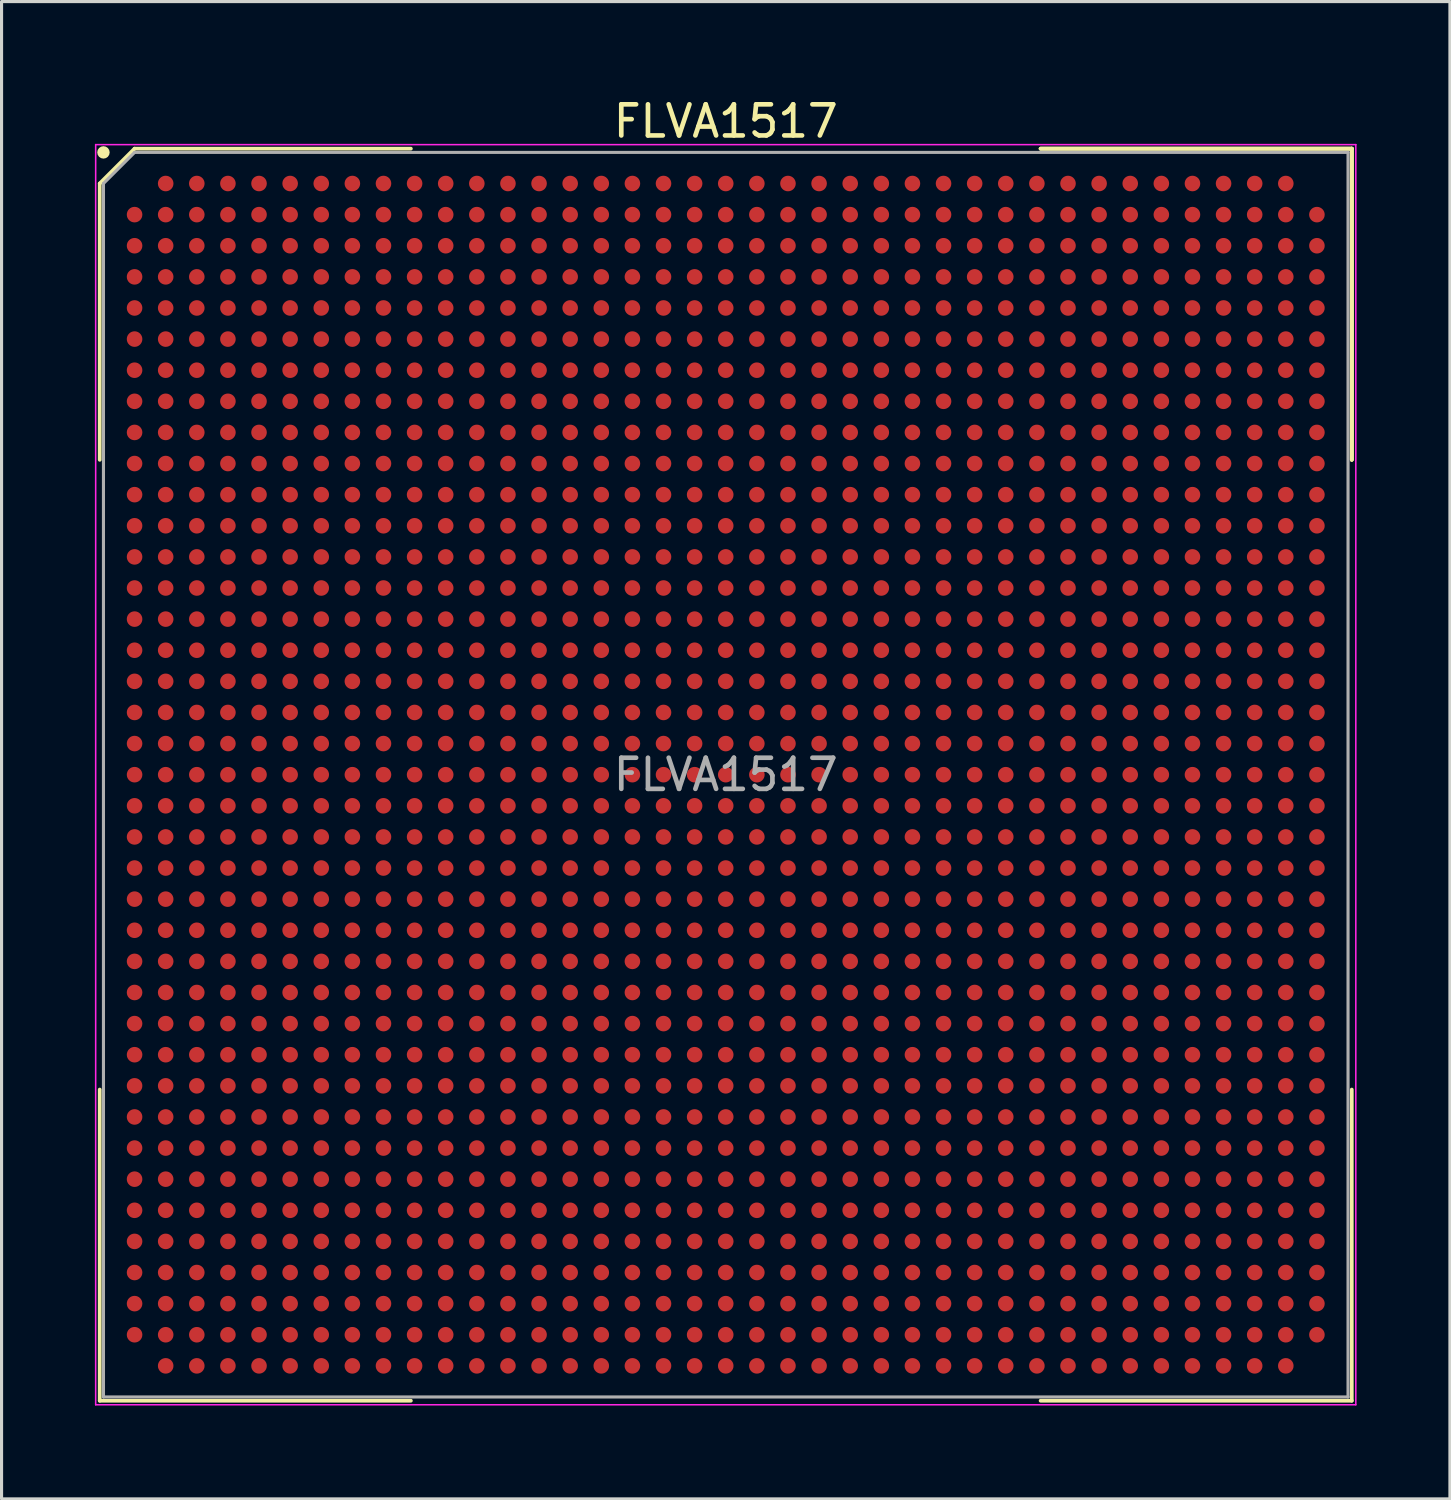
<source format=kicad_pcb>
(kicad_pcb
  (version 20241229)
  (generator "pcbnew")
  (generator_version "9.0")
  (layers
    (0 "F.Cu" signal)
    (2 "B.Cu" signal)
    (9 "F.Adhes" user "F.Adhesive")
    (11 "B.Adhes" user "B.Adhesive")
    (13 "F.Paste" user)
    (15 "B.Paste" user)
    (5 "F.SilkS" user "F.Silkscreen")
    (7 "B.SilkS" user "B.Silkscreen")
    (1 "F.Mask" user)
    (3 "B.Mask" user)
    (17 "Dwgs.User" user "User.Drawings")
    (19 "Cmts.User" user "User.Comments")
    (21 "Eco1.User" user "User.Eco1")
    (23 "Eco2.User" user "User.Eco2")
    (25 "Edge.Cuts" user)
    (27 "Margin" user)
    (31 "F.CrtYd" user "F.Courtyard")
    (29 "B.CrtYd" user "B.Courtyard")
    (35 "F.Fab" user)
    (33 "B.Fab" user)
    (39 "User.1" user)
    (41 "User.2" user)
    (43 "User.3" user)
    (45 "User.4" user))
  (footprint "FLVA1517"
    (layer "F.Cu")
    (at 20.275 21.848)
    (property "Reference" "FLVA1517" (at 0 -21 0) (layer "F.SilkS") (effects (font (size 1 1) (thickness 0.15))))
    (attr smd)
    (fp_line (start -20.12 -19) (end -20.12 -10.12) (stroke (width 0.12) (type solid)) (layer "F.SilkS"))
    (fp_line (start -20.12 20.12) (end -20.12 10.12) (stroke (width 0.12) (type solid)) (layer "F.SilkS"))
    (fp_line (start -19 -20.12) (end -20.12 -19) (stroke (width 0.12) (type solid)) (layer "F.SilkS"))
    (fp_line (start -10.12 -20.12) (end -19 -20.12) (stroke (width 0.12) (type solid)) (layer "F.SilkS"))
    (fp_line (start -10.12 20.12) (end -20.12 20.12) (stroke (width 0.12) (type solid)) (layer "F.SilkS"))
    (fp_line (start 10.12 -20.12) (end 20.12 -20.12) (stroke (width 0.12) (type solid)) (layer "F.SilkS"))
    (fp_line (start 10.12 -20.12) (end 20.12 -20.12) (stroke (width 0.12) (type solid)) (layer "F.SilkS"))
    (fp_line (start 10.12 -20.12) (end 20.12 -20.12) (stroke (width 0.12) (type solid)) (layer "F.SilkS"))
    (fp_line (start 10.12 20.12) (end 20.12 20.12) (stroke (width 0.12) (type solid)) (layer "F.SilkS"))
    (fp_line (start 20.12 -20.12) (end 20.12 -10.12) (stroke (width 0.12) (type solid)) (layer "F.SilkS"))
    (fp_line (start 20.12 -20.12) (end 20.12 -10.12) (stroke (width 0.12) (type solid)) (layer "F.SilkS"))
    (fp_line (start 20.12 -20.12) (end 20.12 -10.12) (stroke (width 0.12) (type solid)) (layer "F.SilkS"))
    (fp_line (start 20.12 20.12) (end 20.12 10.12) (stroke (width 0.12) (type solid)) (layer "F.SilkS"))
    (fp_circle (center -20 -20) (end -20 -19.9) (stroke (width 0.2) (type solid)) (fill no) (layer "F.SilkS"))
    (fp_line (start -20.25 -20.25) (end 20.25 -20.25) (stroke (width 0.05) (type solid)) (layer "F.CrtYd"))
    (fp_line (start -20.25 20.25) (end -20.25 -20.25) (stroke (width 0.05) (type solid)) (layer "F.CrtYd"))
    (fp_line (start 20.25 -20.25) (end 20.25 20.25) (stroke (width 0.05) (type solid)) (layer "F.CrtYd"))
    (fp_line (start 20.25 20.25) (end -20.25 20.25) (stroke (width 0.05) (type solid)) (layer "F.CrtYd"))
    (fp_line (start -20 -19) (end -20 20) (stroke (width 0.1) (type solid)) (layer "F.Fab"))
    (fp_line (start -20 20) (end 20 20) (stroke (width 0.1) (type solid)) (layer "F.Fab"))
    (fp_line (start -19 -20) (end -20 -19) (stroke (width 0.1) (type solid)) (layer "F.Fab"))
    (fp_line (start 20 -20) (end -19 -20) (stroke (width 0.1) (type solid)) (layer "F.Fab"))
    (fp_line (start 20 20) (end 20 -20) (stroke (width 0.1) (type solid)) (layer "F.Fab"))
    (fp_text user "${REFERENCE}" (at 0 0 0) (layer "F.Fab") (effects (font (size 1 1) (thickness 0.15))))
    (pad "A2" smd circle (at -18 -19) (size 0.5 0.5) (layers "F.Cu" "F.Mask" "F.Paste"))
    (pad "A3" smd circle (at -17 -19) (size 0.5 0.5) (layers "F.Cu" "F.Mask" "F.Paste"))
    (pad "A4" smd circle (at -16 -19) (size 0.5 0.5) (layers "F.Cu" "F.Mask" "F.Paste"))
    (pad "A5" smd circle (at -15 -19) (size 0.5 0.5) (layers "F.Cu" "F.Mask" "F.Paste"))
    (pad "A6" smd circle (at -14 -19) (size 0.5 0.5) (layers "F.Cu" "F.Mask" "F.Paste"))
    (pad "A7" smd circle (at -13 -19) (size 0.5 0.5) (layers "F.Cu" "F.Mask" "F.Paste"))
    (pad "A8" smd circle (at -12 -19) (size 0.5 0.5) (layers "F.Cu" "F.Mask" "F.Paste"))
    (pad "A9" smd circle (at -11 -19) (size 0.5 0.5) (layers "F.Cu" "F.Mask" "F.Paste"))
    (pad "A10" smd circle (at -10 -19) (size 0.5 0.5) (layers "F.Cu" "F.Mask" "F.Paste"))
    (pad "A11" smd circle (at -9 -19) (size 0.5 0.5) (layers "F.Cu" "F.Mask" "F.Paste"))
    (pad "A12" smd circle (at -8 -19) (size 0.5 0.5) (layers "F.Cu" "F.Mask" "F.Paste"))
    (pad "A13" smd circle (at -7 -19) (size 0.5 0.5) (layers "F.Cu" "F.Mask" "F.Paste"))
    (pad "A14" smd circle (at -6 -19) (size 0.5 0.5) (layers "F.Cu" "F.Mask" "F.Paste"))
    (pad "A15" smd circle (at -5 -19) (size 0.5 0.5) (layers "F.Cu" "F.Mask" "F.Paste"))
    (pad "A16" smd circle (at -4 -19) (size 0.5 0.5) (layers "F.Cu" "F.Mask" "F.Paste"))
    (pad "A17" smd circle (at -3 -19) (size 0.5 0.5) (layers "F.Cu" "F.Mask" "F.Paste"))
    (pad "A18" smd circle (at -2 -19) (size 0.5 0.5) (layers "F.Cu" "F.Mask" "F.Paste"))
    (pad "A19" smd circle (at -1 -19) (size 0.5 0.5) (layers "F.Cu" "F.Mask" "F.Paste"))
    (pad "A20" smd circle (at 0 -19) (size 0.5 0.5) (layers "F.Cu" "F.Mask" "F.Paste"))
    (pad "A21" smd circle (at 1 -19) (size 0.5 0.5) (layers "F.Cu" "F.Mask" "F.Paste"))
    (pad "A22" smd circle (at 2 -19) (size 0.5 0.5) (layers "F.Cu" "F.Mask" "F.Paste"))
    (pad "A23" smd circle (at 3 -19) (size 0.5 0.5) (layers "F.Cu" "F.Mask" "F.Paste"))
    (pad "A24" smd circle (at 4 -19) (size 0.5 0.5) (layers "F.Cu" "F.Mask" "F.Paste"))
    (pad "A25" smd circle (at 5 -19) (size 0.5 0.5) (layers "F.Cu" "F.Mask" "F.Paste"))
    (pad "A26" smd circle (at 6 -19) (size 0.5 0.5) (layers "F.Cu" "F.Mask" "F.Paste"))
    (pad "A27" smd circle (at 7 -19) (size 0.5 0.5) (layers "F.Cu" "F.Mask" "F.Paste"))
    (pad "A28" smd circle (at 8 -19) (size 0.5 0.5) (layers "F.Cu" "F.Mask" "F.Paste"))
    (pad "A29" smd circle (at 9 -19) (size 0.5 0.5) (layers "F.Cu" "F.Mask" "F.Paste"))
    (pad "A30" smd circle (at 10 -19) (size 0.5 0.5) (layers "F.Cu" "F.Mask" "F.Paste"))
    (pad "A31" smd circle (at 11 -19) (size 0.5 0.5) (layers "F.Cu" "F.Mask" "F.Paste"))
    (pad "A32" smd circle (at 12 -19) (size 0.5 0.5) (layers "F.Cu" "F.Mask" "F.Paste"))
    (pad "A33" smd circle (at 13 -19) (size 0.5 0.5) (layers "F.Cu" "F.Mask" "F.Paste"))
    (pad "A34" smd circle (at 14 -19) (size 0.5 0.5) (layers "F.Cu" "F.Mask" "F.Paste"))
    (pad "A35" smd circle (at 15 -19) (size 0.5 0.5) (layers "F.Cu" "F.Mask" "F.Paste"))
    (pad "A36" smd circle (at 16 -19) (size 0.5 0.5) (layers "F.Cu" "F.Mask" "F.Paste"))
    (pad "A37" smd circle (at 17 -19) (size 0.5 0.5) (layers "F.Cu" "F.Mask" "F.Paste"))
    (pad "A38" smd circle (at 18 -19) (size 0.5 0.5) (layers "F.Cu" "F.Mask" "F.Paste"))
    (pad "AA1" smd circle (at -19 1) (size 0.5 0.5) (layers "F.Cu" "F.Mask" "F.Paste"))
    (pad "AA2" smd circle (at -18 1) (size 0.5 0.5) (layers "F.Cu" "F.Mask" "F.Paste"))
    (pad "AA3" smd circle (at -17 1) (size 0.5 0.5) (layers "F.Cu" "F.Mask" "F.Paste"))
    (pad "AA4" smd circle (at -16 1) (size 0.5 0.5) (layers "F.Cu" "F.Mask" "F.Paste"))
    (pad "AA5" smd circle (at -15 1) (size 0.5 0.5) (layers "F.Cu" "F.Mask" "F.Paste"))
    (pad "AA6" smd circle (at -14 1) (size 0.5 0.5) (layers "F.Cu" "F.Mask" "F.Paste"))
    (pad "AA7" smd circle (at -13 1) (size 0.5 0.5) (layers "F.Cu" "F.Mask" "F.Paste"))
    (pad "AA8" smd circle (at -12 1) (size 0.5 0.5) (layers "F.Cu" "F.Mask" "F.Paste"))
    (pad "AA9" smd circle (at -11 1) (size 0.5 0.5) (layers "F.Cu" "F.Mask" "F.Paste"))
    (pad "AA10" smd circle (at -10 1) (size 0.5 0.5) (layers "F.Cu" "F.Mask" "F.Paste"))
    (pad "AA11" smd circle (at -9 1) (size 0.5 0.5) (layers "F.Cu" "F.Mask" "F.Paste"))
    (pad "AA12" smd circle (at -8 1) (size 0.5 0.5) (layers "F.Cu" "F.Mask" "F.Paste"))
    (pad "AA13" smd circle (at -7 1) (size 0.5 0.5) (layers "F.Cu" "F.Mask" "F.Paste"))
    (pad "AA14" smd circle (at -6 1) (size 0.5 0.5) (layers "F.Cu" "F.Mask" "F.Paste"))
    (pad "AA15" smd circle (at -5 1) (size 0.5 0.5) (layers "F.Cu" "F.Mask" "F.Paste"))
    (pad "AA16" smd circle (at -4 1) (size 0.5 0.5) (layers "F.Cu" "F.Mask" "F.Paste"))
    (pad "AA17" smd circle (at -3 1) (size 0.5 0.5) (layers "F.Cu" "F.Mask" "F.Paste"))
    (pad "AA18" smd circle (at -2 1) (size 0.5 0.5) (layers "F.Cu" "F.Mask" "F.Paste"))
    (pad "AA19" smd circle (at -1 1) (size 0.5 0.5) (layers "F.Cu" "F.Mask" "F.Paste"))
    (pad "AA20" smd circle (at 0 1) (size 0.5 0.5) (layers "F.Cu" "F.Mask" "F.Paste"))
    (pad "AA21" smd circle (at 1 1) (size 0.5 0.5) (layers "F.Cu" "F.Mask" "F.Paste"))
    (pad "AA22" smd circle (at 2 1) (size 0.5 0.5) (layers "F.Cu" "F.Mask" "F.Paste"))
    (pad "AA23" smd circle (at 3 1) (size 0.5 0.5) (layers "F.Cu" "F.Mask" "F.Paste"))
    (pad "AA24" smd circle (at 4 1) (size 0.5 0.5) (layers "F.Cu" "F.Mask" "F.Paste"))
    (pad "AA25" smd circle (at 5 1) (size 0.5 0.5) (layers "F.Cu" "F.Mask" "F.Paste"))
    (pad "AA26" smd circle (at 6 1) (size 0.5 0.5) (layers "F.Cu" "F.Mask" "F.Paste"))
    (pad "AA27" smd circle (at 7 1) (size 0.5 0.5) (layers "F.Cu" "F.Mask" "F.Paste"))
    (pad "AA28" smd circle (at 8 1) (size 0.5 0.5) (layers "F.Cu" "F.Mask" "F.Paste"))
    (pad "AA29" smd circle (at 9 1) (size 0.5 0.5) (layers "F.Cu" "F.Mask" "F.Paste"))
    (pad "AA30" smd circle (at 10 1) (size 0.5 0.5) (layers "F.Cu" "F.Mask" "F.Paste"))
    (pad "AA31" smd circle (at 11 1) (size 0.5 0.5) (layers "F.Cu" "F.Mask" "F.Paste"))
    (pad "AA32" smd circle (at 12 1) (size 0.5 0.5) (layers "F.Cu" "F.Mask" "F.Paste"))
    (pad "AA33" smd circle (at 13 1) (size 0.5 0.5) (layers "F.Cu" "F.Mask" "F.Paste"))
    (pad "AA34" smd circle (at 14 1) (size 0.5 0.5) (layers "F.Cu" "F.Mask" "F.Paste"))
    (pad "AA35" smd circle (at 15 1) (size 0.5 0.5) (layers "F.Cu" "F.Mask" "F.Paste"))
    (pad "AA36" smd circle (at 16 1) (size 0.5 0.5) (layers "F.Cu" "F.Mask" "F.Paste"))
    (pad "AA37" smd circle (at 17 1) (size 0.5 0.5) (layers "F.Cu" "F.Mask" "F.Paste"))
    (pad "AA38" smd circle (at 18 1) (size 0.5 0.5) (layers "F.Cu" "F.Mask" "F.Paste"))
    (pad "AA39" smd circle (at 19 1) (size 0.5 0.5) (layers "F.Cu" "F.Mask" "F.Paste"))
    (pad "AB1" smd circle (at -19 2) (size 0.5 0.5) (layers "F.Cu" "F.Mask" "F.Paste"))
    (pad "AB2" smd circle (at -18 2) (size 0.5 0.5) (layers "F.Cu" "F.Mask" "F.Paste"))
    (pad "AB3" smd circle (at -17 2) (size 0.5 0.5) (layers "F.Cu" "F.Mask" "F.Paste"))
    (pad "AB4" smd circle (at -16 2) (size 0.5 0.5) (layers "F.Cu" "F.Mask" "F.Paste"))
    (pad "AB5" smd circle (at -15 2) (size 0.5 0.5) (layers "F.Cu" "F.Mask" "F.Paste"))
    (pad "AB6" smd circle (at -14 2) (size 0.5 0.5) (layers "F.Cu" "F.Mask" "F.Paste"))
    (pad "AB7" smd circle (at -13 2) (size 0.5 0.5) (layers "F.Cu" "F.Mask" "F.Paste"))
    (pad "AB8" smd circle (at -12 2) (size 0.5 0.5) (layers "F.Cu" "F.Mask" "F.Paste"))
    (pad "AB9" smd circle (at -11 2) (size 0.5 0.5) (layers "F.Cu" "F.Mask" "F.Paste"))
    (pad "AB10" smd circle (at -10 2) (size 0.5 0.5) (layers "F.Cu" "F.Mask" "F.Paste"))
    (pad "AB11" smd circle (at -9 2) (size 0.5 0.5) (layers "F.Cu" "F.Mask" "F.Paste"))
    (pad "AB12" smd circle (at -8 2) (size 0.5 0.5) (layers "F.Cu" "F.Mask" "F.Paste"))
    (pad "AB13" smd circle (at -7 2) (size 0.5 0.5) (layers "F.Cu" "F.Mask" "F.Paste"))
    (pad "AB14" smd circle (at -6 2) (size 0.5 0.5) (layers "F.Cu" "F.Mask" "F.Paste"))
    (pad "AB15" smd circle (at -5 2) (size 0.5 0.5) (layers "F.Cu" "F.Mask" "F.Paste"))
    (pad "AB16" smd circle (at -4 2) (size 0.5 0.5) (layers "F.Cu" "F.Mask" "F.Paste"))
    (pad "AB17" smd circle (at -3 2) (size 0.5 0.5) (layers "F.Cu" "F.Mask" "F.Paste"))
    (pad "AB18" smd circle (at -2 2) (size 0.5 0.5) (layers "F.Cu" "F.Mask" "F.Paste"))
    (pad "AB19" smd circle (at -1 2) (size 0.5 0.5) (layers "F.Cu" "F.Mask" "F.Paste"))
    (pad "AB20" smd circle (at 0 2) (size 0.5 0.5) (layers "F.Cu" "F.Mask" "F.Paste"))
    (pad "AB21" smd circle (at 1 2) (size 0.5 0.5) (layers "F.Cu" "F.Mask" "F.Paste"))
    (pad "AB22" smd circle (at 2 2) (size 0.5 0.5) (layers "F.Cu" "F.Mask" "F.Paste"))
    (pad "AB23" smd circle (at 3 2) (size 0.5 0.5) (layers "F.Cu" "F.Mask" "F.Paste"))
    (pad "AB24" smd circle (at 4 2) (size 0.5 0.5) (layers "F.Cu" "F.Mask" "F.Paste"))
    (pad "AB25" smd circle (at 5 2) (size 0.5 0.5) (layers "F.Cu" "F.Mask" "F.Paste"))
    (pad "AB26" smd circle (at 6 2) (size 0.5 0.5) (layers "F.Cu" "F.Mask" "F.Paste"))
    (pad "AB27" smd circle (at 7 2) (size 0.5 0.5) (layers "F.Cu" "F.Mask" "F.Paste"))
    (pad "AB28" smd circle (at 8 2) (size 0.5 0.5) (layers "F.Cu" "F.Mask" "F.Paste"))
    (pad "AB29" smd circle (at 9 2) (size 0.5 0.5) (layers "F.Cu" "F.Mask" "F.Paste"))
    (pad "AB30" smd circle (at 10 2) (size 0.5 0.5) (layers "F.Cu" "F.Mask" "F.Paste"))
    (pad "AB31" smd circle (at 11 2) (size 0.5 0.5) (layers "F.Cu" "F.Mask" "F.Paste"))
    (pad "AB32" smd circle (at 12 2) (size 0.5 0.5) (layers "F.Cu" "F.Mask" "F.Paste"))
    (pad "AB33" smd circle (at 13 2) (size 0.5 0.5) (layers "F.Cu" "F.Mask" "F.Paste"))
    (pad "AB34" smd circle (at 14 2) (size 0.5 0.5) (layers "F.Cu" "F.Mask" "F.Paste"))
    (pad "AB35" smd circle (at 15 2) (size 0.5 0.5) (layers "F.Cu" "F.Mask" "F.Paste"))
    (pad "AB36" smd circle (at 16 2) (size 0.5 0.5) (layers "F.Cu" "F.Mask" "F.Paste"))
    (pad "AB37" smd circle (at 17 2) (size 0.5 0.5) (layers "F.Cu" "F.Mask" "F.Paste"))
    (pad "AB38" smd circle (at 18 2) (size 0.5 0.5) (layers "F.Cu" "F.Mask" "F.Paste"))
    (pad "AB39" smd circle (at 19 2) (size 0.5 0.5) (layers "F.Cu" "F.Mask" "F.Paste"))
    (pad "AC1" smd circle (at -19 3) (size 0.5 0.5) (layers "F.Cu" "F.Mask" "F.Paste"))
    (pad "AC2" smd circle (at -18 3) (size 0.5 0.5) (layers "F.Cu" "F.Mask" "F.Paste"))
    (pad "AC3" smd circle (at -17 3) (size 0.5 0.5) (layers "F.Cu" "F.Mask" "F.Paste"))
    (pad "AC4" smd circle (at -16 3) (size 0.5 0.5) (layers "F.Cu" "F.Mask" "F.Paste"))
    (pad "AC5" smd circle (at -15 3) (size 0.5 0.5) (layers "F.Cu" "F.Mask" "F.Paste"))
    (pad "AC6" smd circle (at -14 3) (size 0.5 0.5) (layers "F.Cu" "F.Mask" "F.Paste"))
    (pad "AC7" smd circle (at -13 3) (size 0.5 0.5) (layers "F.Cu" "F.Mask" "F.Paste"))
    (pad "AC8" smd circle (at -12 3) (size 0.5 0.5) (layers "F.Cu" "F.Mask" "F.Paste"))
    (pad "AC9" smd circle (at -11 3) (size 0.5 0.5) (layers "F.Cu" "F.Mask" "F.Paste"))
    (pad "AC10" smd circle (at -10 3) (size 0.5 0.5) (layers "F.Cu" "F.Mask" "F.Paste"))
    (pad "AC11" smd circle (at -9 3) (size 0.5 0.5) (layers "F.Cu" "F.Mask" "F.Paste"))
    (pad "AC12" smd circle (at -8 3) (size 0.5 0.5) (layers "F.Cu" "F.Mask" "F.Paste"))
    (pad "AC13" smd circle (at -7 3) (size 0.5 0.5) (layers "F.Cu" "F.Mask" "F.Paste"))
    (pad "AC14" smd circle (at -6 3) (size 0.5 0.5) (layers "F.Cu" "F.Mask" "F.Paste"))
    (pad "AC15" smd circle (at -5 3) (size 0.5 0.5) (layers "F.Cu" "F.Mask" "F.Paste"))
    (pad "AC16" smd circle (at -4 3) (size 0.5 0.5) (layers "F.Cu" "F.Mask" "F.Paste"))
    (pad "AC17" smd circle (at -3 3) (size 0.5 0.5) (layers "F.Cu" "F.Mask" "F.Paste"))
    (pad "AC18" smd circle (at -2 3) (size 0.5 0.5) (layers "F.Cu" "F.Mask" "F.Paste"))
    (pad "AC19" smd circle (at -1 3) (size 0.5 0.5) (layers "F.Cu" "F.Mask" "F.Paste"))
    (pad "AC20" smd circle (at 0 3) (size 0.5 0.5) (layers "F.Cu" "F.Mask" "F.Paste"))
    (pad "AC21" smd circle (at 1 3) (size 0.5 0.5) (layers "F.Cu" "F.Mask" "F.Paste"))
    (pad "AC22" smd circle (at 2 3) (size 0.5 0.5) (layers "F.Cu" "F.Mask" "F.Paste"))
    (pad "AC23" smd circle (at 3 3) (size 0.5 0.5) (layers "F.Cu" "F.Mask" "F.Paste"))
    (pad "AC24" smd circle (at 4 3) (size 0.5 0.5) (layers "F.Cu" "F.Mask" "F.Paste"))
    (pad "AC25" smd circle (at 5 3) (size 0.5 0.5) (layers "F.Cu" "F.Mask" "F.Paste"))
    (pad "AC26" smd circle (at 6 3) (size 0.5 0.5) (layers "F.Cu" "F.Mask" "F.Paste"))
    (pad "AC27" smd circle (at 7 3) (size 0.5 0.5) (layers "F.Cu" "F.Mask" "F.Paste"))
    (pad "AC28" smd circle (at 8 3) (size 0.5 0.5) (layers "F.Cu" "F.Mask" "F.Paste"))
    (pad "AC29" smd circle (at 9 3) (size 0.5 0.5) (layers "F.Cu" "F.Mask" "F.Paste"))
    (pad "AC30" smd circle (at 10 3) (size 0.5 0.5) (layers "F.Cu" "F.Mask" "F.Paste"))
    (pad "AC31" smd circle (at 11 3) (size 0.5 0.5) (layers "F.Cu" "F.Mask" "F.Paste"))
    (pad "AC32" smd circle (at 12 3) (size 0.5 0.5) (layers "F.Cu" "F.Mask" "F.Paste"))
    (pad "AC33" smd circle (at 13 3) (size 0.5 0.5) (layers "F.Cu" "F.Mask" "F.Paste"))
    (pad "AC34" smd circle (at 14 3) (size 0.5 0.5) (layers "F.Cu" "F.Mask" "F.Paste"))
    (pad "AC35" smd circle (at 15 3) (size 0.5 0.5) (layers "F.Cu" "F.Mask" "F.Paste"))
    (pad "AC36" smd circle (at 16 3) (size 0.5 0.5) (layers "F.Cu" "F.Mask" "F.Paste"))
    (pad "AC37" smd circle (at 17 3) (size 0.5 0.5) (layers "F.Cu" "F.Mask" "F.Paste"))
    (pad "AC38" smd circle (at 18 3) (size 0.5 0.5) (layers "F.Cu" "F.Mask" "F.Paste"))
    (pad "AC39" smd circle (at 19 3) (size 0.5 0.5) (layers "F.Cu" "F.Mask" "F.Paste"))
    (pad "AD1" smd circle (at -19 4) (size 0.5 0.5) (layers "F.Cu" "F.Mask" "F.Paste"))
    (pad "AD2" smd circle (at -18 4) (size 0.5 0.5) (layers "F.Cu" "F.Mask" "F.Paste"))
    (pad "AD3" smd circle (at -17 4) (size 0.5 0.5) (layers "F.Cu" "F.Mask" "F.Paste"))
    (pad "AD4" smd circle (at -16 4) (size 0.5 0.5) (layers "F.Cu" "F.Mask" "F.Paste"))
    (pad "AD5" smd circle (at -15 4) (size 0.5 0.5) (layers "F.Cu" "F.Mask" "F.Paste"))
    (pad "AD6" smd circle (at -14 4) (size 0.5 0.5) (layers "F.Cu" "F.Mask" "F.Paste"))
    (pad "AD7" smd circle (at -13 4) (size 0.5 0.5) (layers "F.Cu" "F.Mask" "F.Paste"))
    (pad "AD8" smd circle (at -12 4) (size 0.5 0.5) (layers "F.Cu" "F.Mask" "F.Paste"))
    (pad "AD9" smd circle (at -11 4) (size 0.5 0.5) (layers "F.Cu" "F.Mask" "F.Paste"))
    (pad "AD10" smd circle (at -10 4) (size 0.5 0.5) (layers "F.Cu" "F.Mask" "F.Paste"))
    (pad "AD11" smd circle (at -9 4) (size 0.5 0.5) (layers "F.Cu" "F.Mask" "F.Paste"))
    (pad "AD12" smd circle (at -8 4) (size 0.5 0.5) (layers "F.Cu" "F.Mask" "F.Paste"))
    (pad "AD13" smd circle (at -7 4) (size 0.5 0.5) (layers "F.Cu" "F.Mask" "F.Paste"))
    (pad "AD14" smd circle (at -6 4) (size 0.5 0.5) (layers "F.Cu" "F.Mask" "F.Paste"))
    (pad "AD15" smd circle (at -5 4) (size 0.5 0.5) (layers "F.Cu" "F.Mask" "F.Paste"))
    (pad "AD16" smd circle (at -4 4) (size 0.5 0.5) (layers "F.Cu" "F.Mask" "F.Paste"))
    (pad "AD17" smd circle (at -3 4) (size 0.5 0.5) (layers "F.Cu" "F.Mask" "F.Paste"))
    (pad "AD18" smd circle (at -2 4) (size 0.5 0.5) (layers "F.Cu" "F.Mask" "F.Paste"))
    (pad "AD19" smd circle (at -1 4) (size 0.5 0.5) (layers "F.Cu" "F.Mask" "F.Paste"))
    (pad "AD20" smd circle (at 0 4) (size 0.5 0.5) (layers "F.Cu" "F.Mask" "F.Paste"))
    (pad "AD21" smd circle (at 1 4) (size 0.5 0.5) (layers "F.Cu" "F.Mask" "F.Paste"))
    (pad "AD22" smd circle (at 2 4) (size 0.5 0.5) (layers "F.Cu" "F.Mask" "F.Paste"))
    (pad "AD23" smd circle (at 3 4) (size 0.5 0.5) (layers "F.Cu" "F.Mask" "F.Paste"))
    (pad "AD24" smd circle (at 4 4) (size 0.5 0.5) (layers "F.Cu" "F.Mask" "F.Paste"))
    (pad "AD25" smd circle (at 5 4) (size 0.5 0.5) (layers "F.Cu" "F.Mask" "F.Paste"))
    (pad "AD26" smd circle (at 6 4) (size 0.5 0.5) (layers "F.Cu" "F.Mask" "F.Paste"))
    (pad "AD27" smd circle (at 7 4) (size 0.5 0.5) (layers "F.Cu" "F.Mask" "F.Paste"))
    (pad "AD28" smd circle (at 8 4) (size 0.5 0.5) (layers "F.Cu" "F.Mask" "F.Paste"))
    (pad "AD29" smd circle (at 9 4) (size 0.5 0.5) (layers "F.Cu" "F.Mask" "F.Paste"))
    (pad "AD30" smd circle (at 10 4) (size 0.5 0.5) (layers "F.Cu" "F.Mask" "F.Paste"))
    (pad "AD31" smd circle (at 11 4) (size 0.5 0.5) (layers "F.Cu" "F.Mask" "F.Paste"))
    (pad "AD32" smd circle (at 12 4) (size 0.5 0.5) (layers "F.Cu" "F.Mask" "F.Paste"))
    (pad "AD33" smd circle (at 13 4) (size 0.5 0.5) (layers "F.Cu" "F.Mask" "F.Paste"))
    (pad "AD34" smd circle (at 14 4) (size 0.5 0.5) (layers "F.Cu" "F.Mask" "F.Paste"))
    (pad "AD35" smd circle (at 15 4) (size 0.5 0.5) (layers "F.Cu" "F.Mask" "F.Paste"))
    (pad "AD36" smd circle (at 16 4) (size 0.5 0.5) (layers "F.Cu" "F.Mask" "F.Paste"))
    (pad "AD37" smd circle (at 17 4) (size 0.5 0.5) (layers "F.Cu" "F.Mask" "F.Paste"))
    (pad "AD38" smd circle (at 18 4) (size 0.5 0.5) (layers "F.Cu" "F.Mask" "F.Paste"))
    (pad "AD39" smd circle (at 19 4) (size 0.5 0.5) (layers "F.Cu" "F.Mask" "F.Paste"))
    (pad "AE1" smd circle (at -19 5) (size 0.5 0.5) (layers "F.Cu" "F.Mask" "F.Paste"))
    (pad "AE2" smd circle (at -18 5) (size 0.5 0.5) (layers "F.Cu" "F.Mask" "F.Paste"))
    (pad "AE3" smd circle (at -17 5) (size 0.5 0.5) (layers "F.Cu" "F.Mask" "F.Paste"))
    (pad "AE4" smd circle (at -16 5) (size 0.5 0.5) (layers "F.Cu" "F.Mask" "F.Paste"))
    (pad "AE5" smd circle (at -15 5) (size 0.5 0.5) (layers "F.Cu" "F.Mask" "F.Paste"))
    (pad "AE6" smd circle (at -14 5) (size 0.5 0.5) (layers "F.Cu" "F.Mask" "F.Paste"))
    (pad "AE7" smd circle (at -13 5) (size 0.5 0.5) (layers "F.Cu" "F.Mask" "F.Paste"))
    (pad "AE8" smd circle (at -12 5) (size 0.5 0.5) (layers "F.Cu" "F.Mask" "F.Paste"))
    (pad "AE9" smd circle (at -11 5) (size 0.5 0.5) (layers "F.Cu" "F.Mask" "F.Paste"))
    (pad "AE10" smd circle (at -10 5) (size 0.5 0.5) (layers "F.Cu" "F.Mask" "F.Paste"))
    (pad "AE11" smd circle (at -9 5) (size 0.5 0.5) (layers "F.Cu" "F.Mask" "F.Paste"))
    (pad "AE12" smd circle (at -8 5) (size 0.5 0.5) (layers "F.Cu" "F.Mask" "F.Paste"))
    (pad "AE13" smd circle (at -7 5) (size 0.5 0.5) (layers "F.Cu" "F.Mask" "F.Paste"))
    (pad "AE14" smd circle (at -6 5) (size 0.5 0.5) (layers "F.Cu" "F.Mask" "F.Paste"))
    (pad "AE15" smd circle (at -5 5) (size 0.5 0.5) (layers "F.Cu" "F.Mask" "F.Paste"))
    (pad "AE16" smd circle (at -4 5) (size 0.5 0.5) (layers "F.Cu" "F.Mask" "F.Paste"))
    (pad "AE17" smd circle (at -3 5) (size 0.5 0.5) (layers "F.Cu" "F.Mask" "F.Paste"))
    (pad "AE18" smd circle (at -2 5) (size 0.5 0.5) (layers "F.Cu" "F.Mask" "F.Paste"))
    (pad "AE19" smd circle (at -1 5) (size 0.5 0.5) (layers "F.Cu" "F.Mask" "F.Paste"))
    (pad "AE20" smd circle (at 0 5) (size 0.5 0.5) (layers "F.Cu" "F.Mask" "F.Paste"))
    (pad "AE21" smd circle (at 1 5) (size 0.5 0.5) (layers "F.Cu" "F.Mask" "F.Paste"))
    (pad "AE22" smd circle (at 2 5) (size 0.5 0.5) (layers "F.Cu" "F.Mask" "F.Paste"))
    (pad "AE23" smd circle (at 3 5) (size 0.5 0.5) (layers "F.Cu" "F.Mask" "F.Paste"))
    (pad "AE24" smd circle (at 4 5) (size 0.5 0.5) (layers "F.Cu" "F.Mask" "F.Paste"))
    (pad "AE25" smd circle (at 5 5) (size 0.5 0.5) (layers "F.Cu" "F.Mask" "F.Paste"))
    (pad "AE26" smd circle (at 6 5) (size 0.5 0.5) (layers "F.Cu" "F.Mask" "F.Paste"))
    (pad "AE27" smd circle (at 7 5) (size 0.5 0.5) (layers "F.Cu" "F.Mask" "F.Paste"))
    (pad "AE28" smd circle (at 8 5) (size 0.5 0.5) (layers "F.Cu" "F.Mask" "F.Paste"))
    (pad "AE29" smd circle (at 9 5) (size 0.5 0.5) (layers "F.Cu" "F.Mask" "F.Paste"))
    (pad "AE30" smd circle (at 10 5) (size 0.5 0.5) (layers "F.Cu" "F.Mask" "F.Paste"))
    (pad "AE31" smd circle (at 11 5) (size 0.5 0.5) (layers "F.Cu" "F.Mask" "F.Paste"))
    (pad "AE32" smd circle (at 12 5) (size 0.5 0.5) (layers "F.Cu" "F.Mask" "F.Paste"))
    (pad "AE33" smd circle (at 13 5) (size 0.5 0.5) (layers "F.Cu" "F.Mask" "F.Paste"))
    (pad "AE34" smd circle (at 14 5) (size 0.5 0.5) (layers "F.Cu" "F.Mask" "F.Paste"))
    (pad "AE35" smd circle (at 15 5) (size 0.5 0.5) (layers "F.Cu" "F.Mask" "F.Paste"))
    (pad "AE36" smd circle (at 16 5) (size 0.5 0.5) (layers "F.Cu" "F.Mask" "F.Paste"))
    (pad "AE37" smd circle (at 17 5) (size 0.5 0.5) (layers "F.Cu" "F.Mask" "F.Paste"))
    (pad "AE38" smd circle (at 18 5) (size 0.5 0.5) (layers "F.Cu" "F.Mask" "F.Paste"))
    (pad "AE39" smd circle (at 19 5) (size 0.5 0.5) (layers "F.Cu" "F.Mask" "F.Paste"))
    (pad "AF1" smd circle (at -19 6) (size 0.5 0.5) (layers "F.Cu" "F.Mask" "F.Paste"))
    (pad "AF2" smd circle (at -18 6) (size 0.5 0.5) (layers "F.Cu" "F.Mask" "F.Paste"))
    (pad "AF3" smd circle (at -17 6) (size 0.5 0.5) (layers "F.Cu" "F.Mask" "F.Paste"))
    (pad "AF4" smd circle (at -16 6) (size 0.5 0.5) (layers "F.Cu" "F.Mask" "F.Paste"))
    (pad "AF5" smd circle (at -15 6) (size 0.5 0.5) (layers "F.Cu" "F.Mask" "F.Paste"))
    (pad "AF6" smd circle (at -14 6) (size 0.5 0.5) (layers "F.Cu" "F.Mask" "F.Paste"))
    (pad "AF7" smd circle (at -13 6) (size 0.5 0.5) (layers "F.Cu" "F.Mask" "F.Paste"))
    (pad "AF8" smd circle (at -12 6) (size 0.5 0.5) (layers "F.Cu" "F.Mask" "F.Paste"))
    (pad "AF9" smd circle (at -11 6) (size 0.5 0.5) (layers "F.Cu" "F.Mask" "F.Paste"))
    (pad "AF10" smd circle (at -10 6) (size 0.5 0.5) (layers "F.Cu" "F.Mask" "F.Paste"))
    (pad "AF11" smd circle (at -9 6) (size 0.5 0.5) (layers "F.Cu" "F.Mask" "F.Paste"))
    (pad "AF12" smd circle (at -8 6) (size 0.5 0.5) (layers "F.Cu" "F.Mask" "F.Paste"))
    (pad "AF13" smd circle (at -7 6) (size 0.5 0.5) (layers "F.Cu" "F.Mask" "F.Paste"))
    (pad "AF14" smd circle (at -6 6) (size 0.5 0.5) (layers "F.Cu" "F.Mask" "F.Paste"))
    (pad "AF15" smd circle (at -5 6) (size 0.5 0.5) (layers "F.Cu" "F.Mask" "F.Paste"))
    (pad "AF16" smd circle (at -4 6) (size 0.5 0.5) (layers "F.Cu" "F.Mask" "F.Paste"))
    (pad "AF17" smd circle (at -3 6) (size 0.5 0.5) (layers "F.Cu" "F.Mask" "F.Paste"))
    (pad "AF18" smd circle (at -2 6) (size 0.5 0.5) (layers "F.Cu" "F.Mask" "F.Paste"))
    (pad "AF19" smd circle (at -1 6) (size 0.5 0.5) (layers "F.Cu" "F.Mask" "F.Paste"))
    (pad "AF20" smd circle (at 0 6) (size 0.5 0.5) (layers "F.Cu" "F.Mask" "F.Paste"))
    (pad "AF21" smd circle (at 1 6) (size 0.5 0.5) (layers "F.Cu" "F.Mask" "F.Paste"))
    (pad "AF22" smd circle (at 2 6) (size 0.5 0.5) (layers "F.Cu" "F.Mask" "F.Paste"))
    (pad "AF23" smd circle (at 3 6) (size 0.5 0.5) (layers "F.Cu" "F.Mask" "F.Paste"))
    (pad "AF24" smd circle (at 4 6) (size 0.5 0.5) (layers "F.Cu" "F.Mask" "F.Paste"))
    (pad "AF25" smd circle (at 5 6) (size 0.5 0.5) (layers "F.Cu" "F.Mask" "F.Paste"))
    (pad "AF26" smd circle (at 6 6) (size 0.5 0.5) (layers "F.Cu" "F.Mask" "F.Paste"))
    (pad "AF27" smd circle (at 7 6) (size 0.5 0.5) (layers "F.Cu" "F.Mask" "F.Paste"))
    (pad "AF28" smd circle (at 8 6) (size 0.5 0.5) (layers "F.Cu" "F.Mask" "F.Paste"))
    (pad "AF29" smd circle (at 9 6) (size 0.5 0.5) (layers "F.Cu" "F.Mask" "F.Paste"))
    (pad "AF30" smd circle (at 10 6) (size 0.5 0.5) (layers "F.Cu" "F.Mask" "F.Paste"))
    (pad "AF31" smd circle (at 11 6) (size 0.5 0.5) (layers "F.Cu" "F.Mask" "F.Paste"))
    (pad "AF32" smd circle (at 12 6) (size 0.5 0.5) (layers "F.Cu" "F.Mask" "F.Paste"))
    (pad "AF33" smd circle (at 13 6) (size 0.5 0.5) (layers "F.Cu" "F.Mask" "F.Paste"))
    (pad "AF34" smd circle (at 14 6) (size 0.5 0.5) (layers "F.Cu" "F.Mask" "F.Paste"))
    (pad "AF35" smd circle (at 15 6) (size 0.5 0.5) (layers "F.Cu" "F.Mask" "F.Paste"))
    (pad "AF36" smd circle (at 16 6) (size 0.5 0.5) (layers "F.Cu" "F.Mask" "F.Paste"))
    (pad "AF37" smd circle (at 17 6) (size 0.5 0.5) (layers "F.Cu" "F.Mask" "F.Paste"))
    (pad "AF38" smd circle (at 18 6) (size 0.5 0.5) (layers "F.Cu" "F.Mask" "F.Paste"))
    (pad "AF39" smd circle (at 19 6) (size 0.5 0.5) (layers "F.Cu" "F.Mask" "F.Paste"))
    (pad "AG1" smd circle (at -19 7) (size 0.5 0.5) (layers "F.Cu" "F.Mask" "F.Paste"))
    (pad "AG2" smd circle (at -18 7) (size 0.5 0.5) (layers "F.Cu" "F.Mask" "F.Paste"))
    (pad "AG3" smd circle (at -17 7) (size 0.5 0.5) (layers "F.Cu" "F.Mask" "F.Paste"))
    (pad "AG4" smd circle (at -16 7) (size 0.5 0.5) (layers "F.Cu" "F.Mask" "F.Paste"))
    (pad "AG5" smd circle (at -15 7) (size 0.5 0.5) (layers "F.Cu" "F.Mask" "F.Paste"))
    (pad "AG6" smd circle (at -14 7) (size 0.5 0.5) (layers "F.Cu" "F.Mask" "F.Paste"))
    (pad "AG7" smd circle (at -13 7) (size 0.5 0.5) (layers "F.Cu" "F.Mask" "F.Paste"))
    (pad "AG8" smd circle (at -12 7) (size 0.5 0.5) (layers "F.Cu" "F.Mask" "F.Paste"))
    (pad "AG9" smd circle (at -11 7) (size 0.5 0.5) (layers "F.Cu" "F.Mask" "F.Paste"))
    (pad "AG10" smd circle (at -10 7) (size 0.5 0.5) (layers "F.Cu" "F.Mask" "F.Paste"))
    (pad "AG11" smd circle (at -9 7) (size 0.5 0.5) (layers "F.Cu" "F.Mask" "F.Paste"))
    (pad "AG12" smd circle (at -8 7) (size 0.5 0.5) (layers "F.Cu" "F.Mask" "F.Paste"))
    (pad "AG13" smd circle (at -7 7) (size 0.5 0.5) (layers "F.Cu" "F.Mask" "F.Paste"))
    (pad "AG14" smd circle (at -6 7) (size 0.5 0.5) (layers "F.Cu" "F.Mask" "F.Paste"))
    (pad "AG15" smd circle (at -5 7) (size 0.5 0.5) (layers "F.Cu" "F.Mask" "F.Paste"))
    (pad "AG16" smd circle (at -4 7) (size 0.5 0.5) (layers "F.Cu" "F.Mask" "F.Paste"))
    (pad "AG17" smd circle (at -3 7) (size 0.5 0.5) (layers "F.Cu" "F.Mask" "F.Paste"))
    (pad "AG18" smd circle (at -2 7) (size 0.5 0.5) (layers "F.Cu" "F.Mask" "F.Paste"))
    (pad "AG19" smd circle (at -1 7) (size 0.5 0.5) (layers "F.Cu" "F.Mask" "F.Paste"))
    (pad "AG20" smd circle (at 0 7) (size 0.5 0.5) (layers "F.Cu" "F.Mask" "F.Paste"))
    (pad "AG21" smd circle (at 1 7) (size 0.5 0.5) (layers "F.Cu" "F.Mask" "F.Paste"))
    (pad "AG22" smd circle (at 2 7) (size 0.5 0.5) (layers "F.Cu" "F.Mask" "F.Paste"))
    (pad "AG23" smd circle (at 3 7) (size 0.5 0.5) (layers "F.Cu" "F.Mask" "F.Paste"))
    (pad "AG24" smd circle (at 4 7) (size 0.5 0.5) (layers "F.Cu" "F.Mask" "F.Paste"))
    (pad "AG25" smd circle (at 5 7) (size 0.5 0.5) (layers "F.Cu" "F.Mask" "F.Paste"))
    (pad "AG26" smd circle (at 6 7) (size 0.5 0.5) (layers "F.Cu" "F.Mask" "F.Paste"))
    (pad "AG27" smd circle (at 7 7) (size 0.5 0.5) (layers "F.Cu" "F.Mask" "F.Paste"))
    (pad "AG28" smd circle (at 8 7) (size 0.5 0.5) (layers "F.Cu" "F.Mask" "F.Paste"))
    (pad "AG29" smd circle (at 9 7) (size 0.5 0.5) (layers "F.Cu" "F.Mask" "F.Paste"))
    (pad "AG30" smd circle (at 10 7) (size 0.5 0.5) (layers "F.Cu" "F.Mask" "F.Paste"))
    (pad "AG31" smd circle (at 11 7) (size 0.5 0.5) (layers "F.Cu" "F.Mask" "F.Paste"))
    (pad "AG32" smd circle (at 12 7) (size 0.5 0.5) (layers "F.Cu" "F.Mask" "F.Paste"))
    (pad "AG33" smd circle (at 13 7) (size 0.5 0.5) (layers "F.Cu" "F.Mask" "F.Paste"))
    (pad "AG34" smd circle (at 14 7) (size 0.5 0.5) (layers "F.Cu" "F.Mask" "F.Paste"))
    (pad "AG35" smd circle (at 15 7) (size 0.5 0.5) (layers "F.Cu" "F.Mask" "F.Paste"))
    (pad "AG36" smd circle (at 16 7) (size 0.5 0.5) (layers "F.Cu" "F.Mask" "F.Paste"))
    (pad "AG37" smd circle (at 17 7) (size 0.5 0.5) (layers "F.Cu" "F.Mask" "F.Paste"))
    (pad "AG38" smd circle (at 18 7) (size 0.5 0.5) (layers "F.Cu" "F.Mask" "F.Paste"))
    (pad "AG39" smd circle (at 19 7) (size 0.5 0.5) (layers "F.Cu" "F.Mask" "F.Paste"))
    (pad "AH1" smd circle (at -19 8) (size 0.5 0.5) (layers "F.Cu" "F.Mask" "F.Paste"))
    (pad "AH2" smd circle (at -18 8) (size 0.5 0.5) (layers "F.Cu" "F.Mask" "F.Paste"))
    (pad "AH3" smd circle (at -17 8) (size 0.5 0.5) (layers "F.Cu" "F.Mask" "F.Paste"))
    (pad "AH4" smd circle (at -16 8) (size 0.5 0.5) (layers "F.Cu" "F.Mask" "F.Paste"))
    (pad "AH5" smd circle (at -15 8) (size 0.5 0.5) (layers "F.Cu" "F.Mask" "F.Paste"))
    (pad "AH6" smd circle (at -14 8) (size 0.5 0.5) (layers "F.Cu" "F.Mask" "F.Paste"))
    (pad "AH7" smd circle (at -13 8) (size 0.5 0.5) (layers "F.Cu" "F.Mask" "F.Paste"))
    (pad "AH8" smd circle (at -12 8) (size 0.5 0.5) (layers "F.Cu" "F.Mask" "F.Paste"))
    (pad "AH9" smd circle (at -11 8) (size 0.5 0.5) (layers "F.Cu" "F.Mask" "F.Paste"))
    (pad "AH10" smd circle (at -10 8) (size 0.5 0.5) (layers "F.Cu" "F.Mask" "F.Paste"))
    (pad "AH11" smd circle (at -9 8) (size 0.5 0.5) (layers "F.Cu" "F.Mask" "F.Paste"))
    (pad "AH12" smd circle (at -8 8) (size 0.5 0.5) (layers "F.Cu" "F.Mask" "F.Paste"))
    (pad "AH13" smd circle (at -7 8) (size 0.5 0.5) (layers "F.Cu" "F.Mask" "F.Paste"))
    (pad "AH14" smd circle (at -6 8) (size 0.5 0.5) (layers "F.Cu" "F.Mask" "F.Paste"))
    (pad "AH15" smd circle (at -5 8) (size 0.5 0.5) (layers "F.Cu" "F.Mask" "F.Paste"))
    (pad "AH16" smd circle (at -4 8) (size 0.5 0.5) (layers "F.Cu" "F.Mask" "F.Paste"))
    (pad "AH17" smd circle (at -3 8) (size 0.5 0.5) (layers "F.Cu" "F.Mask" "F.Paste"))
    (pad "AH18" smd circle (at -2 8) (size 0.5 0.5) (layers "F.Cu" "F.Mask" "F.Paste"))
    (pad "AH19" smd circle (at -1 8) (size 0.5 0.5) (layers "F.Cu" "F.Mask" "F.Paste"))
    (pad "AH20" smd circle (at 0 8) (size 0.5 0.5) (layers "F.Cu" "F.Mask" "F.Paste"))
    (pad "AH21" smd circle (at 1 8) (size 0.5 0.5) (layers "F.Cu" "F.Mask" "F.Paste"))
    (pad "AH22" smd circle (at 2 8) (size 0.5 0.5) (layers "F.Cu" "F.Mask" "F.Paste"))
    (pad "AH23" smd circle (at 3 8) (size 0.5 0.5) (layers "F.Cu" "F.Mask" "F.Paste"))
    (pad "AH24" smd circle (at 4 8) (size 0.5 0.5) (layers "F.Cu" "F.Mask" "F.Paste"))
    (pad "AH25" smd circle (at 5 8) (size 0.5 0.5) (layers "F.Cu" "F.Mask" "F.Paste"))
    (pad "AH26" smd circle (at 6 8) (size 0.5 0.5) (layers "F.Cu" "F.Mask" "F.Paste"))
    (pad "AH27" smd circle (at 7 8) (size 0.5 0.5) (layers "F.Cu" "F.Mask" "F.Paste"))
    (pad "AH28" smd circle (at 8 8) (size 0.5 0.5) (layers "F.Cu" "F.Mask" "F.Paste"))
    (pad "AH29" smd circle (at 9 8) (size 0.5 0.5) (layers "F.Cu" "F.Mask" "F.Paste"))
    (pad "AH30" smd circle (at 10 8) (size 0.5 0.5) (layers "F.Cu" "F.Mask" "F.Paste"))
    (pad "AH31" smd circle (at 11 8) (size 0.5 0.5) (layers "F.Cu" "F.Mask" "F.Paste"))
    (pad "AH32" smd circle (at 12 8) (size 0.5 0.5) (layers "F.Cu" "F.Mask" "F.Paste"))
    (pad "AH33" smd circle (at 13 8) (size 0.5 0.5) (layers "F.Cu" "F.Mask" "F.Paste"))
    (pad "AH34" smd circle (at 14 8) (size 0.5 0.5) (layers "F.Cu" "F.Mask" "F.Paste"))
    (pad "AH35" smd circle (at 15 8) (size 0.5 0.5) (layers "F.Cu" "F.Mask" "F.Paste"))
    (pad "AH36" smd circle (at 16 8) (size 0.5 0.5) (layers "F.Cu" "F.Mask" "F.Paste"))
    (pad "AH37" smd circle (at 17 8) (size 0.5 0.5) (layers "F.Cu" "F.Mask" "F.Paste"))
    (pad "AH38" smd circle (at 18 8) (size 0.5 0.5) (layers "F.Cu" "F.Mask" "F.Paste"))
    (pad "AH39" smd circle (at 19 8) (size 0.5 0.5) (layers "F.Cu" "F.Mask" "F.Paste"))
    (pad "AJ1" smd circle (at -19 9) (size 0.5 0.5) (layers "F.Cu" "F.Mask" "F.Paste"))
    (pad "AJ2" smd circle (at -18 9) (size 0.5 0.5) (layers "F.Cu" "F.Mask" "F.Paste"))
    (pad "AJ3" smd circle (at -17 9) (size 0.5 0.5) (layers "F.Cu" "F.Mask" "F.Paste"))
    (pad "AJ4" smd circle (at -16 9) (size 0.5 0.5) (layers "F.Cu" "F.Mask" "F.Paste"))
    (pad "AJ5" smd circle (at -15 9) (size 0.5 0.5) (layers "F.Cu" "F.Mask" "F.Paste"))
    (pad "AJ6" smd circle (at -14 9) (size 0.5 0.5) (layers "F.Cu" "F.Mask" "F.Paste"))
    (pad "AJ7" smd circle (at -13 9) (size 0.5 0.5) (layers "F.Cu" "F.Mask" "F.Paste"))
    (pad "AJ8" smd circle (at -12 9) (size 0.5 0.5) (layers "F.Cu" "F.Mask" "F.Paste"))
    (pad "AJ9" smd circle (at -11 9) (size 0.5 0.5) (layers "F.Cu" "F.Mask" "F.Paste"))
    (pad "AJ10" smd circle (at -10 9) (size 0.5 0.5) (layers "F.Cu" "F.Mask" "F.Paste"))
    (pad "AJ11" smd circle (at -9 9) (size 0.5 0.5) (layers "F.Cu" "F.Mask" "F.Paste"))
    (pad "AJ12" smd circle (at -8 9) (size 0.5 0.5) (layers "F.Cu" "F.Mask" "F.Paste"))
    (pad "AJ13" smd circle (at -7 9) (size 0.5 0.5) (layers "F.Cu" "F.Mask" "F.Paste"))
    (pad "AJ14" smd circle (at -6 9) (size 0.5 0.5) (layers "F.Cu" "F.Mask" "F.Paste"))
    (pad "AJ15" smd circle (at -5 9) (size 0.5 0.5) (layers "F.Cu" "F.Mask" "F.Paste"))
    (pad "AJ16" smd circle (at -4 9) (size 0.5 0.5) (layers "F.Cu" "F.Mask" "F.Paste"))
    (pad "AJ17" smd circle (at -3 9) (size 0.5 0.5) (layers "F.Cu" "F.Mask" "F.Paste"))
    (pad "AJ18" smd circle (at -2 9) (size 0.5 0.5) (layers "F.Cu" "F.Mask" "F.Paste"))
    (pad "AJ19" smd circle (at -1 9) (size 0.5 0.5) (layers "F.Cu" "F.Mask" "F.Paste"))
    (pad "AJ20" smd circle (at 0 9) (size 0.5 0.5) (layers "F.Cu" "F.Mask" "F.Paste"))
    (pad "AJ21" smd circle (at 1 9) (size 0.5 0.5) (layers "F.Cu" "F.Mask" "F.Paste"))
    (pad "AJ22" smd circle (at 2 9) (size 0.5 0.5) (layers "F.Cu" "F.Mask" "F.Paste"))
    (pad "AJ23" smd circle (at 3 9) (size 0.5 0.5) (layers "F.Cu" "F.Mask" "F.Paste"))
    (pad "AJ24" smd circle (at 4 9) (size 0.5 0.5) (layers "F.Cu" "F.Mask" "F.Paste"))
    (pad "AJ25" smd circle (at 5 9) (size 0.5 0.5) (layers "F.Cu" "F.Mask" "F.Paste"))
    (pad "AJ26" smd circle (at 6 9) (size 0.5 0.5) (layers "F.Cu" "F.Mask" "F.Paste"))
    (pad "AJ27" smd circle (at 7 9) (size 0.5 0.5) (layers "F.Cu" "F.Mask" "F.Paste"))
    (pad "AJ28" smd circle (at 8 9) (size 0.5 0.5) (layers "F.Cu" "F.Mask" "F.Paste"))
    (pad "AJ29" smd circle (at 9 9) (size 0.5 0.5) (layers "F.Cu" "F.Mask" "F.Paste"))
    (pad "AJ30" smd circle (at 10 9) (size 0.5 0.5) (layers "F.Cu" "F.Mask" "F.Paste"))
    (pad "AJ31" smd circle (at 11 9) (size 0.5 0.5) (layers "F.Cu" "F.Mask" "F.Paste"))
    (pad "AJ32" smd circle (at 12 9) (size 0.5 0.5) (layers "F.Cu" "F.Mask" "F.Paste"))
    (pad "AJ33" smd circle (at 13 9) (size 0.5 0.5) (layers "F.Cu" "F.Mask" "F.Paste"))
    (pad "AJ34" smd circle (at 14 9) (size 0.5 0.5) (layers "F.Cu" "F.Mask" "F.Paste"))
    (pad "AJ35" smd circle (at 15 9) (size 0.5 0.5) (layers "F.Cu" "F.Mask" "F.Paste"))
    (pad "AJ36" smd circle (at 16 9) (size 0.5 0.5) (layers "F.Cu" "F.Mask" "F.Paste"))
    (pad "AJ37" smd circle (at 17 9) (size 0.5 0.5) (layers "F.Cu" "F.Mask" "F.Paste"))
    (pad "AJ38" smd circle (at 18 9) (size 0.5 0.5) (layers "F.Cu" "F.Mask" "F.Paste"))
    (pad "AJ39" smd circle (at 19 9) (size 0.5 0.5) (layers "F.Cu" "F.Mask" "F.Paste"))
    (pad "AK1" smd circle (at -19 10) (size 0.5 0.5) (layers "F.Cu" "F.Mask" "F.Paste"))
    (pad "AK2" smd circle (at -18 10) (size 0.5 0.5) (layers "F.Cu" "F.Mask" "F.Paste"))
    (pad "AK3" smd circle (at -17 10) (size 0.5 0.5) (layers "F.Cu" "F.Mask" "F.Paste"))
    (pad "AK4" smd circle (at -16 10) (size 0.5 0.5) (layers "F.Cu" "F.Mask" "F.Paste"))
    (pad "AK5" smd circle (at -15 10) (size 0.5 0.5) (layers "F.Cu" "F.Mask" "F.Paste"))
    (pad "AK6" smd circle (at -14 10) (size 0.5 0.5) (layers "F.Cu" "F.Mask" "F.Paste"))
    (pad "AK7" smd circle (at -13 10) (size 0.5 0.5) (layers "F.Cu" "F.Mask" "F.Paste"))
    (pad "AK8" smd circle (at -12 10) (size 0.5 0.5) (layers "F.Cu" "F.Mask" "F.Paste"))
    (pad "AK9" smd circle (at -11 10) (size 0.5 0.5) (layers "F.Cu" "F.Mask" "F.Paste"))
    (pad "AK10" smd circle (at -10 10) (size 0.5 0.5) (layers "F.Cu" "F.Mask" "F.Paste"))
    (pad "AK11" smd circle (at -9 10) (size 0.5 0.5) (layers "F.Cu" "F.Mask" "F.Paste"))
    (pad "AK12" smd circle (at -8 10) (size 0.5 0.5) (layers "F.Cu" "F.Mask" "F.Paste"))
    (pad "AK13" smd circle (at -7 10) (size 0.5 0.5) (layers "F.Cu" "F.Mask" "F.Paste"))
    (pad "AK14" smd circle (at -6 10) (size 0.5 0.5) (layers "F.Cu" "F.Mask" "F.Paste"))
    (pad "AK15" smd circle (at -5 10) (size 0.5 0.5) (layers "F.Cu" "F.Mask" "F.Paste"))
    (pad "AK16" smd circle (at -4 10) (size 0.5 0.5) (layers "F.Cu" "F.Mask" "F.Paste"))
    (pad "AK17" smd circle (at -3 10) (size 0.5 0.5) (layers "F.Cu" "F.Mask" "F.Paste"))
    (pad "AK18" smd circle (at -2 10) (size 0.5 0.5) (layers "F.Cu" "F.Mask" "F.Paste"))
    (pad "AK19" smd circle (at -1 10) (size 0.5 0.5) (layers "F.Cu" "F.Mask" "F.Paste"))
    (pad "AK20" smd circle (at 0 10) (size 0.5 0.5) (layers "F.Cu" "F.Mask" "F.Paste"))
    (pad "AK21" smd circle (at 1 10) (size 0.5 0.5) (layers "F.Cu" "F.Mask" "F.Paste"))
    (pad "AK22" smd circle (at 2 10) (size 0.5 0.5) (layers "F.Cu" "F.Mask" "F.Paste"))
    (pad "AK23" smd circle (at 3 10) (size 0.5 0.5) (layers "F.Cu" "F.Mask" "F.Paste"))
    (pad "AK24" smd circle (at 4 10) (size 0.5 0.5) (layers "F.Cu" "F.Mask" "F.Paste"))
    (pad "AK25" smd circle (at 5 10) (size 0.5 0.5) (layers "F.Cu" "F.Mask" "F.Paste"))
    (pad "AK26" smd circle (at 6 10) (size 0.5 0.5) (layers "F.Cu" "F.Mask" "F.Paste"))
    (pad "AK27" smd circle (at 7 10) (size 0.5 0.5) (layers "F.Cu" "F.Mask" "F.Paste"))
    (pad "AK28" smd circle (at 8 10) (size 0.5 0.5) (layers "F.Cu" "F.Mask" "F.Paste"))
    (pad "AK29" smd circle (at 9 10) (size 0.5 0.5) (layers "F.Cu" "F.Mask" "F.Paste"))
    (pad "AK30" smd circle (at 10 10) (size 0.5 0.5) (layers "F.Cu" "F.Mask" "F.Paste"))
    (pad "AK31" smd circle (at 11 10) (size 0.5 0.5) (layers "F.Cu" "F.Mask" "F.Paste"))
    (pad "AK32" smd circle (at 12 10) (size 0.5 0.5) (layers "F.Cu" "F.Mask" "F.Paste"))
    (pad "AK33" smd circle (at 13 10) (size 0.5 0.5) (layers "F.Cu" "F.Mask" "F.Paste"))
    (pad "AK34" smd circle (at 14 10) (size 0.5 0.5) (layers "F.Cu" "F.Mask" "F.Paste"))
    (pad "AK35" smd circle (at 15 10) (size 0.5 0.5) (layers "F.Cu" "F.Mask" "F.Paste"))
    (pad "AK36" smd circle (at 16 10) (size 0.5 0.5) (layers "F.Cu" "F.Mask" "F.Paste"))
    (pad "AK37" smd circle (at 17 10) (size 0.5 0.5) (layers "F.Cu" "F.Mask" "F.Paste"))
    (pad "AK38" smd circle (at 18 10) (size 0.5 0.5) (layers "F.Cu" "F.Mask" "F.Paste"))
    (pad "AK39" smd circle (at 19 10) (size 0.5 0.5) (layers "F.Cu" "F.Mask" "F.Paste"))
    (pad "AL1" smd circle (at -19 11) (size 0.5 0.5) (layers "F.Cu" "F.Mask" "F.Paste"))
    (pad "AL2" smd circle (at -18 11) (size 0.5 0.5) (layers "F.Cu" "F.Mask" "F.Paste"))
    (pad "AL3" smd circle (at -17 11) (size 0.5 0.5) (layers "F.Cu" "F.Mask" "F.Paste"))
    (pad "AL4" smd circle (at -16 11) (size 0.5 0.5) (layers "F.Cu" "F.Mask" "F.Paste"))
    (pad "AL5" smd circle (at -15 11) (size 0.5 0.5) (layers "F.Cu" "F.Mask" "F.Paste"))
    (pad "AL6" smd circle (at -14 11) (size 0.5 0.5) (layers "F.Cu" "F.Mask" "F.Paste"))
    (pad "AL7" smd circle (at -13 11) (size 0.5 0.5) (layers "F.Cu" "F.Mask" "F.Paste"))
    (pad "AL8" smd circle (at -12 11) (size 0.5 0.5) (layers "F.Cu" "F.Mask" "F.Paste"))
    (pad "AL9" smd circle (at -11 11) (size 0.5 0.5) (layers "F.Cu" "F.Mask" "F.Paste"))
    (pad "AL10" smd circle (at -10 11) (size 0.5 0.5) (layers "F.Cu" "F.Mask" "F.Paste"))
    (pad "AL11" smd circle (at -9 11) (size 0.5 0.5) (layers "F.Cu" "F.Mask" "F.Paste"))
    (pad "AL12" smd circle (at -8 11) (size 0.5 0.5) (layers "F.Cu" "F.Mask" "F.Paste"))
    (pad "AL13" smd circle (at -7 11) (size 0.5 0.5) (layers "F.Cu" "F.Mask" "F.Paste"))
    (pad "AL14" smd circle (at -6 11) (size 0.5 0.5) (layers "F.Cu" "F.Mask" "F.Paste"))
    (pad "AL15" smd circle (at -5 11) (size 0.5 0.5) (layers "F.Cu" "F.Mask" "F.Paste"))
    (pad "AL16" smd circle (at -4 11) (size 0.5 0.5) (layers "F.Cu" "F.Mask" "F.Paste"))
    (pad "AL17" smd circle (at -3 11) (size 0.5 0.5) (layers "F.Cu" "F.Mask" "F.Paste"))
    (pad "AL18" smd circle (at -2 11) (size 0.5 0.5) (layers "F.Cu" "F.Mask" "F.Paste"))
    (pad "AL19" smd circle (at -1 11) (size 0.5 0.5) (layers "F.Cu" "F.Mask" "F.Paste"))
    (pad "AL20" smd circle (at 0 11) (size 0.5 0.5) (layers "F.Cu" "F.Mask" "F.Paste"))
    (pad "AL21" smd circle (at 1 11) (size 0.5 0.5) (layers "F.Cu" "F.Mask" "F.Paste"))
    (pad "AL22" smd circle (at 2 11) (size 0.5 0.5) (layers "F.Cu" "F.Mask" "F.Paste"))
    (pad "AL23" smd circle (at 3 11) (size 0.5 0.5) (layers "F.Cu" "F.Mask" "F.Paste"))
    (pad "AL24" smd circle (at 4 11) (size 0.5 0.5) (layers "F.Cu" "F.Mask" "F.Paste"))
    (pad "AL25" smd circle (at 5 11) (size 0.5 0.5) (layers "F.Cu" "F.Mask" "F.Paste"))
    (pad "AL26" smd circle (at 6 11) (size 0.5 0.5) (layers "F.Cu" "F.Mask" "F.Paste"))
    (pad "AL27" smd circle (at 7 11) (size 0.5 0.5) (layers "F.Cu" "F.Mask" "F.Paste"))
    (pad "AL28" smd circle (at 8 11) (size 0.5 0.5) (layers "F.Cu" "F.Mask" "F.Paste"))
    (pad "AL29" smd circle (at 9 11) (size 0.5 0.5) (layers "F.Cu" "F.Mask" "F.Paste"))
    (pad "AL30" smd circle (at 10 11) (size 0.5 0.5) (layers "F.Cu" "F.Mask" "F.Paste"))
    (pad "AL31" smd circle (at 11 11) (size 0.5 0.5) (layers "F.Cu" "F.Mask" "F.Paste"))
    (pad "AL32" smd circle (at 12 11) (size 0.5 0.5) (layers "F.Cu" "F.Mask" "F.Paste"))
    (pad "AL33" smd circle (at 13 11) (size 0.5 0.5) (layers "F.Cu" "F.Mask" "F.Paste"))
    (pad "AL34" smd circle (at 14 11) (size 0.5 0.5) (layers "F.Cu" "F.Mask" "F.Paste"))
    (pad "AL35" smd circle (at 15 11) (size 0.5 0.5) (layers "F.Cu" "F.Mask" "F.Paste"))
    (pad "AL36" smd circle (at 16 11) (size 0.5 0.5) (layers "F.Cu" "F.Mask" "F.Paste"))
    (pad "AL37" smd circle (at 17 11) (size 0.5 0.5) (layers "F.Cu" "F.Mask" "F.Paste"))
    (pad "AL38" smd circle (at 18 11) (size 0.5 0.5) (layers "F.Cu" "F.Mask" "F.Paste"))
    (pad "AL39" smd circle (at 19 11) (size 0.5 0.5) (layers "F.Cu" "F.Mask" "F.Paste"))
    (pad "AM1" smd circle (at -19 12) (size 0.5 0.5) (layers "F.Cu" "F.Mask" "F.Paste"))
    (pad "AM2" smd circle (at -18 12) (size 0.5 0.5) (layers "F.Cu" "F.Mask" "F.Paste"))
    (pad "AM3" smd circle (at -17 12) (size 0.5 0.5) (layers "F.Cu" "F.Mask" "F.Paste"))
    (pad "AM4" smd circle (at -16 12) (size 0.5 0.5) (layers "F.Cu" "F.Mask" "F.Paste"))
    (pad "AM5" smd circle (at -15 12) (size 0.5 0.5) (layers "F.Cu" "F.Mask" "F.Paste"))
    (pad "AM6" smd circle (at -14 12) (size 0.5 0.5) (layers "F.Cu" "F.Mask" "F.Paste"))
    (pad "AM7" smd circle (at -13 12) (size 0.5 0.5) (layers "F.Cu" "F.Mask" "F.Paste"))
    (pad "AM8" smd circle (at -12 12) (size 0.5 0.5) (layers "F.Cu" "F.Mask" "F.Paste"))
    (pad "AM9" smd circle (at -11 12) (size 0.5 0.5) (layers "F.Cu" "F.Mask" "F.Paste"))
    (pad "AM10" smd circle (at -10 12) (size 0.5 0.5) (layers "F.Cu" "F.Mask" "F.Paste"))
    (pad "AM11" smd circle (at -9 12) (size 0.5 0.5) (layers "F.Cu" "F.Mask" "F.Paste"))
    (pad "AM12" smd circle (at -8 12) (size 0.5 0.5) (layers "F.Cu" "F.Mask" "F.Paste"))
    (pad "AM13" smd circle (at -7 12) (size 0.5 0.5) (layers "F.Cu" "F.Mask" "F.Paste"))
    (pad "AM14" smd circle (at -6 12) (size 0.5 0.5) (layers "F.Cu" "F.Mask" "F.Paste"))
    (pad "AM15" smd circle (at -5 12) (size 0.5 0.5) (layers "F.Cu" "F.Mask" "F.Paste"))
    (pad "AM16" smd circle (at -4 12) (size 0.5 0.5) (layers "F.Cu" "F.Mask" "F.Paste"))
    (pad "AM17" smd circle (at -3 12) (size 0.5 0.5) (layers "F.Cu" "F.Mask" "F.Paste"))
    (pad "AM18" smd circle (at -2 12) (size 0.5 0.5) (layers "F.Cu" "F.Mask" "F.Paste"))
    (pad "AM19" smd circle (at -1 12) (size 0.5 0.5) (layers "F.Cu" "F.Mask" "F.Paste"))
    (pad "AM20" smd circle (at 0 12) (size 0.5 0.5) (layers "F.Cu" "F.Mask" "F.Paste"))
    (pad "AM21" smd circle (at 1 12) (size 0.5 0.5) (layers "F.Cu" "F.Mask" "F.Paste"))
    (pad "AM22" smd circle (at 2 12) (size 0.5 0.5) (layers "F.Cu" "F.Mask" "F.Paste"))
    (pad "AM23" smd circle (at 3 12) (size 0.5 0.5) (layers "F.Cu" "F.Mask" "F.Paste"))
    (pad "AM24" smd circle (at 4 12) (size 0.5 0.5) (layers "F.Cu" "F.Mask" "F.Paste"))
    (pad "AM25" smd circle (at 5 12) (size 0.5 0.5) (layers "F.Cu" "F.Mask" "F.Paste"))
    (pad "AM26" smd circle (at 6 12) (size 0.5 0.5) (layers "F.Cu" "F.Mask" "F.Paste"))
    (pad "AM27" smd circle (at 7 12) (size 0.5 0.5) (layers "F.Cu" "F.Mask" "F.Paste"))
    (pad "AM28" smd circle (at 8 12) (size 0.5 0.5) (layers "F.Cu" "F.Mask" "F.Paste"))
    (pad "AM29" smd circle (at 9 12) (size 0.5 0.5) (layers "F.Cu" "F.Mask" "F.Paste"))
    (pad "AM30" smd circle (at 10 12) (size 0.5 0.5) (layers "F.Cu" "F.Mask" "F.Paste"))
    (pad "AM31" smd circle (at 11 12) (size 0.5 0.5) (layers "F.Cu" "F.Mask" "F.Paste"))
    (pad "AM32" smd circle (at 12 12) (size 0.5 0.5) (layers "F.Cu" "F.Mask" "F.Paste"))
    (pad "AM33" smd circle (at 13 12) (size 0.5 0.5) (layers "F.Cu" "F.Mask" "F.Paste"))
    (pad "AM34" smd circle (at 14 12) (size 0.5 0.5) (layers "F.Cu" "F.Mask" "F.Paste"))
    (pad "AM35" smd circle (at 15 12) (size 0.5 0.5) (layers "F.Cu" "F.Mask" "F.Paste"))
    (pad "AM36" smd circle (at 16 12) (size 0.5 0.5) (layers "F.Cu" "F.Mask" "F.Paste"))
    (pad "AM37" smd circle (at 17 12) (size 0.5 0.5) (layers "F.Cu" "F.Mask" "F.Paste"))
    (pad "AM38" smd circle (at 18 12) (size 0.5 0.5) (layers "F.Cu" "F.Mask" "F.Paste"))
    (pad "AM39" smd circle (at 19 12) (size 0.5 0.5) (layers "F.Cu" "F.Mask" "F.Paste"))
    (pad "AN1" smd circle (at -19 13) (size 0.5 0.5) (layers "F.Cu" "F.Mask" "F.Paste"))
    (pad "AN2" smd circle (at -18 13) (size 0.5 0.5) (layers "F.Cu" "F.Mask" "F.Paste"))
    (pad "AN3" smd circle (at -17 13) (size 0.5 0.5) (layers "F.Cu" "F.Mask" "F.Paste"))
    (pad "AN4" smd circle (at -16 13) (size 0.5 0.5) (layers "F.Cu" "F.Mask" "F.Paste"))
    (pad "AN5" smd circle (at -15 13) (size 0.5 0.5) (layers "F.Cu" "F.Mask" "F.Paste"))
    (pad "AN6" smd circle (at -14 13) (size 0.5 0.5) (layers "F.Cu" "F.Mask" "F.Paste"))
    (pad "AN7" smd circle (at -13 13) (size 0.5 0.5) (layers "F.Cu" "F.Mask" "F.Paste"))
    (pad "AN8" smd circle (at -12 13) (size 0.5 0.5) (layers "F.Cu" "F.Mask" "F.Paste"))
    (pad "AN9" smd circle (at -11 13) (size 0.5 0.5) (layers "F.Cu" "F.Mask" "F.Paste"))
    (pad "AN10" smd circle (at -10 13) (size 0.5 0.5) (layers "F.Cu" "F.Mask" "F.Paste"))
    (pad "AN11" smd circle (at -9 13) (size 0.5 0.5) (layers "F.Cu" "F.Mask" "F.Paste"))
    (pad "AN12" smd circle (at -8 13) (size 0.5 0.5) (layers "F.Cu" "F.Mask" "F.Paste"))
    (pad "AN13" smd circle (at -7 13) (size 0.5 0.5) (layers "F.Cu" "F.Mask" "F.Paste"))
    (pad "AN14" smd circle (at -6 13) (size 0.5 0.5) (layers "F.Cu" "F.Mask" "F.Paste"))
    (pad "AN15" smd circle (at -5 13) (size 0.5 0.5) (layers "F.Cu" "F.Mask" "F.Paste"))
    (pad "AN16" smd circle (at -4 13) (size 0.5 0.5) (layers "F.Cu" "F.Mask" "F.Paste"))
    (pad "AN17" smd circle (at -3 13) (size 0.5 0.5) (layers "F.Cu" "F.Mask" "F.Paste"))
    (pad "AN18" smd circle (at -2 13) (size 0.5 0.5) (layers "F.Cu" "F.Mask" "F.Paste"))
    (pad "AN19" smd circle (at -1 13) (size 0.5 0.5) (layers "F.Cu" "F.Mask" "F.Paste"))
    (pad "AN20" smd circle (at 0 13) (size 0.5 0.5) (layers "F.Cu" "F.Mask" "F.Paste"))
    (pad "AN21" smd circle (at 1 13) (size 0.5 0.5) (layers "F.Cu" "F.Mask" "F.Paste"))
    (pad "AN22" smd circle (at 2 13) (size 0.5 0.5) (layers "F.Cu" "F.Mask" "F.Paste"))
    (pad "AN23" smd circle (at 3 13) (size 0.5 0.5) (layers "F.Cu" "F.Mask" "F.Paste"))
    (pad "AN24" smd circle (at 4 13) (size 0.5 0.5) (layers "F.Cu" "F.Mask" "F.Paste"))
    (pad "AN25" smd circle (at 5 13) (size 0.5 0.5) (layers "F.Cu" "F.Mask" "F.Paste"))
    (pad "AN26" smd circle (at 6 13) (size 0.5 0.5) (layers "F.Cu" "F.Mask" "F.Paste"))
    (pad "AN27" smd circle (at 7 13) (size 0.5 0.5) (layers "F.Cu" "F.Mask" "F.Paste"))
    (pad "AN28" smd circle (at 8 13) (size 0.5 0.5) (layers "F.Cu" "F.Mask" "F.Paste"))
    (pad "AN29" smd circle (at 9 13) (size 0.5 0.5) (layers "F.Cu" "F.Mask" "F.Paste"))
    (pad "AN30" smd circle (at 10 13) (size 0.5 0.5) (layers "F.Cu" "F.Mask" "F.Paste"))
    (pad "AN31" smd circle (at 11 13) (size 0.5 0.5) (layers "F.Cu" "F.Mask" "F.Paste"))
    (pad "AN32" smd circle (at 12 13) (size 0.5 0.5) (layers "F.Cu" "F.Mask" "F.Paste"))
    (pad "AN33" smd circle (at 13 13) (size 0.5 0.5) (layers "F.Cu" "F.Mask" "F.Paste"))
    (pad "AN34" smd circle (at 14 13) (size 0.5 0.5) (layers "F.Cu" "F.Mask" "F.Paste"))
    (pad "AN35" smd circle (at 15 13) (size 0.5 0.5) (layers "F.Cu" "F.Mask" "F.Paste"))
    (pad "AN36" smd circle (at 16 13) (size 0.5 0.5) (layers "F.Cu" "F.Mask" "F.Paste"))
    (pad "AN37" smd circle (at 17 13) (size 0.5 0.5) (layers "F.Cu" "F.Mask" "F.Paste"))
    (pad "AN38" smd circle (at 18 13) (size 0.5 0.5) (layers "F.Cu" "F.Mask" "F.Paste"))
    (pad "AN39" smd circle (at 19 13) (size 0.5 0.5) (layers "F.Cu" "F.Mask" "F.Paste"))
    (pad "AP1" smd circle (at -19 14) (size 0.5 0.5) (layers "F.Cu" "F.Mask" "F.Paste"))
    (pad "AP2" smd circle (at -18 14) (size 0.5 0.5) (layers "F.Cu" "F.Mask" "F.Paste"))
    (pad "AP3" smd circle (at -17 14) (size 0.5 0.5) (layers "F.Cu" "F.Mask" "F.Paste"))
    (pad "AP4" smd circle (at -16 14) (size 0.5 0.5) (layers "F.Cu" "F.Mask" "F.Paste"))
    (pad "AP5" smd circle (at -15 14) (size 0.5 0.5) (layers "F.Cu" "F.Mask" "F.Paste"))
    (pad "AP6" smd circle (at -14 14) (size 0.5 0.5) (layers "F.Cu" "F.Mask" "F.Paste"))
    (pad "AP7" smd circle (at -13 14) (size 0.5 0.5) (layers "F.Cu" "F.Mask" "F.Paste"))
    (pad "AP8" smd circle (at -12 14) (size 0.5 0.5) (layers "F.Cu" "F.Mask" "F.Paste"))
    (pad "AP9" smd circle (at -11 14) (size 0.5 0.5) (layers "F.Cu" "F.Mask" "F.Paste"))
    (pad "AP10" smd circle (at -10 14) (size 0.5 0.5) (layers "F.Cu" "F.Mask" "F.Paste"))
    (pad "AP11" smd circle (at -9 14) (size 0.5 0.5) (layers "F.Cu" "F.Mask" "F.Paste"))
    (pad "AP12" smd circle (at -8 14) (size 0.5 0.5) (layers "F.Cu" "F.Mask" "F.Paste"))
    (pad "AP13" smd circle (at -7 14) (size 0.5 0.5) (layers "F.Cu" "F.Mask" "F.Paste"))
    (pad "AP14" smd circle (at -6 14) (size 0.5 0.5) (layers "F.Cu" "F.Mask" "F.Paste"))
    (pad "AP15" smd circle (at -5 14) (size 0.5 0.5) (layers "F.Cu" "F.Mask" "F.Paste"))
    (pad "AP16" smd circle (at -4 14) (size 0.5 0.5) (layers "F.Cu" "F.Mask" "F.Paste"))
    (pad "AP17" smd circle (at -3 14) (size 0.5 0.5) (layers "F.Cu" "F.Mask" "F.Paste"))
    (pad "AP18" smd circle (at -2 14) (size 0.5 0.5) (layers "F.Cu" "F.Mask" "F.Paste"))
    (pad "AP19" smd circle (at -1 14) (size 0.5 0.5) (layers "F.Cu" "F.Mask" "F.Paste"))
    (pad "AP20" smd circle (at 0 14) (size 0.5 0.5) (layers "F.Cu" "F.Mask" "F.Paste"))
    (pad "AP21" smd circle (at 1 14) (size 0.5 0.5) (layers "F.Cu" "F.Mask" "F.Paste"))
    (pad "AP22" smd circle (at 2 14) (size 0.5 0.5) (layers "F.Cu" "F.Mask" "F.Paste"))
    (pad "AP23" smd circle (at 3 14) (size 0.5 0.5) (layers "F.Cu" "F.Mask" "F.Paste"))
    (pad "AP24" smd circle (at 4 14) (size 0.5 0.5) (layers "F.Cu" "F.Mask" "F.Paste"))
    (pad "AP25" smd circle (at 5 14) (size 0.5 0.5) (layers "F.Cu" "F.Mask" "F.Paste"))
    (pad "AP26" smd circle (at 6 14) (size 0.5 0.5) (layers "F.Cu" "F.Mask" "F.Paste"))
    (pad "AP27" smd circle (at 7 14) (size 0.5 0.5) (layers "F.Cu" "F.Mask" "F.Paste"))
    (pad "AP28" smd circle (at 8 14) (size 0.5 0.5) (layers "F.Cu" "F.Mask" "F.Paste"))
    (pad "AP29" smd circle (at 9 14) (size 0.5 0.5) (layers "F.Cu" "F.Mask" "F.Paste"))
    (pad "AP30" smd circle (at 10 14) (size 0.5 0.5) (layers "F.Cu" "F.Mask" "F.Paste"))
    (pad "AP31" smd circle (at 11 14) (size 0.5 0.5) (layers "F.Cu" "F.Mask" "F.Paste"))
    (pad "AP32" smd circle (at 12 14) (size 0.5 0.5) (layers "F.Cu" "F.Mask" "F.Paste"))
    (pad "AP33" smd circle (at 13 14) (size 0.5 0.5) (layers "F.Cu" "F.Mask" "F.Paste"))
    (pad "AP34" smd circle (at 14 14) (size 0.5 0.5) (layers "F.Cu" "F.Mask" "F.Paste"))
    (pad "AP35" smd circle (at 15 14) (size 0.5 0.5) (layers "F.Cu" "F.Mask" "F.Paste"))
    (pad "AP36" smd circle (at 16 14) (size 0.5 0.5) (layers "F.Cu" "F.Mask" "F.Paste"))
    (pad "AP37" smd circle (at 17 14) (size 0.5 0.5) (layers "F.Cu" "F.Mask" "F.Paste"))
    (pad "AP38" smd circle (at 18 14) (size 0.5 0.5) (layers "F.Cu" "F.Mask" "F.Paste"))
    (pad "AP39" smd circle (at 19 14) (size 0.5 0.5) (layers "F.Cu" "F.Mask" "F.Paste"))
    (pad "AR1" smd circle (at -19 15) (size 0.5 0.5) (layers "F.Cu" "F.Mask" "F.Paste"))
    (pad "AR2" smd circle (at -18 15) (size 0.5 0.5) (layers "F.Cu" "F.Mask" "F.Paste"))
    (pad "AR3" smd circle (at -17 15) (size 0.5 0.5) (layers "F.Cu" "F.Mask" "F.Paste"))
    (pad "AR4" smd circle (at -16 15) (size 0.5 0.5) (layers "F.Cu" "F.Mask" "F.Paste"))
    (pad "AR5" smd circle (at -15 15) (size 0.5 0.5) (layers "F.Cu" "F.Mask" "F.Paste"))
    (pad "AR6" smd circle (at -14 15) (size 0.5 0.5) (layers "F.Cu" "F.Mask" "F.Paste"))
    (pad "AR7" smd circle (at -13 15) (size 0.5 0.5) (layers "F.Cu" "F.Mask" "F.Paste"))
    (pad "AR8" smd circle (at -12 15) (size 0.5 0.5) (layers "F.Cu" "F.Mask" "F.Paste"))
    (pad "AR9" smd circle (at -11 15) (size 0.5 0.5) (layers "F.Cu" "F.Mask" "F.Paste"))
    (pad "AR10" smd circle (at -10 15) (size 0.5 0.5) (layers "F.Cu" "F.Mask" "F.Paste"))
    (pad "AR11" smd circle (at -9 15) (size 0.5 0.5) (layers "F.Cu" "F.Mask" "F.Paste"))
    (pad "AR12" smd circle (at -8 15) (size 0.5 0.5) (layers "F.Cu" "F.Mask" "F.Paste"))
    (pad "AR13" smd circle (at -7 15) (size 0.5 0.5) (layers "F.Cu" "F.Mask" "F.Paste"))
    (pad "AR14" smd circle (at -6 15) (size 0.5 0.5) (layers "F.Cu" "F.Mask" "F.Paste"))
    (pad "AR15" smd circle (at -5 15) (size 0.5 0.5) (layers "F.Cu" "F.Mask" "F.Paste"))
    (pad "AR16" smd circle (at -4 15) (size 0.5 0.5) (layers "F.Cu" "F.Mask" "F.Paste"))
    (pad "AR17" smd circle (at -3 15) (size 0.5 0.5) (layers "F.Cu" "F.Mask" "F.Paste"))
    (pad "AR18" smd circle (at -2 15) (size 0.5 0.5) (layers "F.Cu" "F.Mask" "F.Paste"))
    (pad "AR19" smd circle (at -1 15) (size 0.5 0.5) (layers "F.Cu" "F.Mask" "F.Paste"))
    (pad "AR20" smd circle (at 0 15) (size 0.5 0.5) (layers "F.Cu" "F.Mask" "F.Paste"))
    (pad "AR21" smd circle (at 1 15) (size 0.5 0.5) (layers "F.Cu" "F.Mask" "F.Paste"))
    (pad "AR22" smd circle (at 2 15) (size 0.5 0.5) (layers "F.Cu" "F.Mask" "F.Paste"))
    (pad "AR23" smd circle (at 3 15) (size 0.5 0.5) (layers "F.Cu" "F.Mask" "F.Paste"))
    (pad "AR24" smd circle (at 4 15) (size 0.5 0.5) (layers "F.Cu" "F.Mask" "F.Paste"))
    (pad "AR25" smd circle (at 5 15) (size 0.5 0.5) (layers "F.Cu" "F.Mask" "F.Paste"))
    (pad "AR26" smd circle (at 6 15) (size 0.5 0.5) (layers "F.Cu" "F.Mask" "F.Paste"))
    (pad "AR27" smd circle (at 7 15) (size 0.5 0.5) (layers "F.Cu" "F.Mask" "F.Paste"))
    (pad "AR28" smd circle (at 8 15) (size 0.5 0.5) (layers "F.Cu" "F.Mask" "F.Paste"))
    (pad "AR29" smd circle (at 9 15) (size 0.5 0.5) (layers "F.Cu" "F.Mask" "F.Paste"))
    (pad "AR30" smd circle (at 10 15) (size 0.5 0.5) (layers "F.Cu" "F.Mask" "F.Paste"))
    (pad "AR31" smd circle (at 11 15) (size 0.5 0.5) (layers "F.Cu" "F.Mask" "F.Paste"))
    (pad "AR32" smd circle (at 12 15) (size 0.5 0.5) (layers "F.Cu" "F.Mask" "F.Paste"))
    (pad "AR33" smd circle (at 13 15) (size 0.5 0.5) (layers "F.Cu" "F.Mask" "F.Paste"))
    (pad "AR34" smd circle (at 14 15) (size 0.5 0.5) (layers "F.Cu" "F.Mask" "F.Paste"))
    (pad "AR35" smd circle (at 15 15) (size 0.5 0.5) (layers "F.Cu" "F.Mask" "F.Paste"))
    (pad "AR36" smd circle (at 16 15) (size 0.5 0.5) (layers "F.Cu" "F.Mask" "F.Paste"))
    (pad "AR37" smd circle (at 17 15) (size 0.5 0.5) (layers "F.Cu" "F.Mask" "F.Paste"))
    (pad "AR38" smd circle (at 18 15) (size 0.5 0.5) (layers "F.Cu" "F.Mask" "F.Paste"))
    (pad "AR39" smd circle (at 19 15) (size 0.5 0.5) (layers "F.Cu" "F.Mask" "F.Paste"))
    (pad "AT1" smd circle (at -19 16) (size 0.5 0.5) (layers "F.Cu" "F.Mask" "F.Paste"))
    (pad "AT2" smd circle (at -18 16) (size 0.5 0.5) (layers "F.Cu" "F.Mask" "F.Paste"))
    (pad "AT3" smd circle (at -17 16) (size 0.5 0.5) (layers "F.Cu" "F.Mask" "F.Paste"))
    (pad "AT4" smd circle (at -16 16) (size 0.5 0.5) (layers "F.Cu" "F.Mask" "F.Paste"))
    (pad "AT5" smd circle (at -15 16) (size 0.5 0.5) (layers "F.Cu" "F.Mask" "F.Paste"))
    (pad "AT6" smd circle (at -14 16) (size 0.5 0.5) (layers "F.Cu" "F.Mask" "F.Paste"))
    (pad "AT7" smd circle (at -13 16) (size 0.5 0.5) (layers "F.Cu" "F.Mask" "F.Paste"))
    (pad "AT8" smd circle (at -12 16) (size 0.5 0.5) (layers "F.Cu" "F.Mask" "F.Paste"))
    (pad "AT9" smd circle (at -11 16) (size 0.5 0.5) (layers "F.Cu" "F.Mask" "F.Paste"))
    (pad "AT10" smd circle (at -10 16) (size 0.5 0.5) (layers "F.Cu" "F.Mask" "F.Paste"))
    (pad "AT11" smd circle (at -9 16) (size 0.5 0.5) (layers "F.Cu" "F.Mask" "F.Paste"))
    (pad "AT12" smd circle (at -8 16) (size 0.5 0.5) (layers "F.Cu" "F.Mask" "F.Paste"))
    (pad "AT13" smd circle (at -7 16) (size 0.5 0.5) (layers "F.Cu" "F.Mask" "F.Paste"))
    (pad "AT14" smd circle (at -6 16) (size 0.5 0.5) (layers "F.Cu" "F.Mask" "F.Paste"))
    (pad "AT15" smd circle (at -5 16) (size 0.5 0.5) (layers "F.Cu" "F.Mask" "F.Paste"))
    (pad "AT16" smd circle (at -4 16) (size 0.5 0.5) (layers "F.Cu" "F.Mask" "F.Paste"))
    (pad "AT17" smd circle (at -3 16) (size 0.5 0.5) (layers "F.Cu" "F.Mask" "F.Paste"))
    (pad "AT18" smd circle (at -2 16) (size 0.5 0.5) (layers "F.Cu" "F.Mask" "F.Paste"))
    (pad "AT19" smd circle (at -1 16) (size 0.5 0.5) (layers "F.Cu" "F.Mask" "F.Paste"))
    (pad "AT20" smd circle (at 0 16) (size 0.5 0.5) (layers "F.Cu" "F.Mask" "F.Paste"))
    (pad "AT21" smd circle (at 1 16) (size 0.5 0.5) (layers "F.Cu" "F.Mask" "F.Paste"))
    (pad "AT22" smd circle (at 2 16) (size 0.5 0.5) (layers "F.Cu" "F.Mask" "F.Paste"))
    (pad "AT23" smd circle (at 3 16) (size 0.5 0.5) (layers "F.Cu" "F.Mask" "F.Paste"))
    (pad "AT24" smd circle (at 4 16) (size 0.5 0.5) (layers "F.Cu" "F.Mask" "F.Paste"))
    (pad "AT25" smd circle (at 5 16) (size 0.5 0.5) (layers "F.Cu" "F.Mask" "F.Paste"))
    (pad "AT26" smd circle (at 6 16) (size 0.5 0.5) (layers "F.Cu" "F.Mask" "F.Paste"))
    (pad "AT27" smd circle (at 7 16) (size 0.5 0.5) (layers "F.Cu" "F.Mask" "F.Paste"))
    (pad "AT28" smd circle (at 8 16) (size 0.5 0.5) (layers "F.Cu" "F.Mask" "F.Paste"))
    (pad "AT29" smd circle (at 9 16) (size 0.5 0.5) (layers "F.Cu" "F.Mask" "F.Paste"))
    (pad "AT30" smd circle (at 10 16) (size 0.5 0.5) (layers "F.Cu" "F.Mask" "F.Paste"))
    (pad "AT31" smd circle (at 11 16) (size 0.5 0.5) (layers "F.Cu" "F.Mask" "F.Paste"))
    (pad "AT32" smd circle (at 12 16) (size 0.5 0.5) (layers "F.Cu" "F.Mask" "F.Paste"))
    (pad "AT33" smd circle (at 13 16) (size 0.5 0.5) (layers "F.Cu" "F.Mask" "F.Paste"))
    (pad "AT34" smd circle (at 14 16) (size 0.5 0.5) (layers "F.Cu" "F.Mask" "F.Paste"))
    (pad "AT35" smd circle (at 15 16) (size 0.5 0.5) (layers "F.Cu" "F.Mask" "F.Paste"))
    (pad "AT36" smd circle (at 16 16) (size 0.5 0.5) (layers "F.Cu" "F.Mask" "F.Paste"))
    (pad "AT37" smd circle (at 17 16) (size 0.5 0.5) (layers "F.Cu" "F.Mask" "F.Paste"))
    (pad "AT38" smd circle (at 18 16) (size 0.5 0.5) (layers "F.Cu" "F.Mask" "F.Paste"))
    (pad "AT39" smd circle (at 19 16) (size 0.5 0.5) (layers "F.Cu" "F.Mask" "F.Paste"))
    (pad "AU1" smd circle (at -19 17) (size 0.5 0.5) (layers "F.Cu" "F.Mask" "F.Paste"))
    (pad "AU2" smd circle (at -18 17) (size 0.5 0.5) (layers "F.Cu" "F.Mask" "F.Paste"))
    (pad "AU3" smd circle (at -17 17) (size 0.5 0.5) (layers "F.Cu" "F.Mask" "F.Paste"))
    (pad "AU4" smd circle (at -16 17) (size 0.5 0.5) (layers "F.Cu" "F.Mask" "F.Paste"))
    (pad "AU5" smd circle (at -15 17) (size 0.5 0.5) (layers "F.Cu" "F.Mask" "F.Paste"))
    (pad "AU6" smd circle (at -14 17) (size 0.5 0.5) (layers "F.Cu" "F.Mask" "F.Paste"))
    (pad "AU7" smd circle (at -13 17) (size 0.5 0.5) (layers "F.Cu" "F.Mask" "F.Paste"))
    (pad "AU8" smd circle (at -12 17) (size 0.5 0.5) (layers "F.Cu" "F.Mask" "F.Paste"))
    (pad "AU9" smd circle (at -11 17) (size 0.5 0.5) (layers "F.Cu" "F.Mask" "F.Paste"))
    (pad "AU10" smd circle (at -10 17) (size 0.5 0.5) (layers "F.Cu" "F.Mask" "F.Paste"))
    (pad "AU11" smd circle (at -9 17) (size 0.5 0.5) (layers "F.Cu" "F.Mask" "F.Paste"))
    (pad "AU12" smd circle (at -8 17) (size 0.5 0.5) (layers "F.Cu" "F.Mask" "F.Paste"))
    (pad "AU13" smd circle (at -7 17) (size 0.5 0.5) (layers "F.Cu" "F.Mask" "F.Paste"))
    (pad "AU14" smd circle (at -6 17) (size 0.5 0.5) (layers "F.Cu" "F.Mask" "F.Paste"))
    (pad "AU15" smd circle (at -5 17) (size 0.5 0.5) (layers "F.Cu" "F.Mask" "F.Paste"))
    (pad "AU16" smd circle (at -4 17) (size 0.5 0.5) (layers "F.Cu" "F.Mask" "F.Paste"))
    (pad "AU17" smd circle (at -3 17) (size 0.5 0.5) (layers "F.Cu" "F.Mask" "F.Paste"))
    (pad "AU18" smd circle (at -2 17) (size 0.5 0.5) (layers "F.Cu" "F.Mask" "F.Paste"))
    (pad "AU19" smd circle (at -1 17) (size 0.5 0.5) (layers "F.Cu" "F.Mask" "F.Paste"))
    (pad "AU20" smd circle (at 0 17) (size 0.5 0.5) (layers "F.Cu" "F.Mask" "F.Paste"))
    (pad "AU21" smd circle (at 1 17) (size 0.5 0.5) (layers "F.Cu" "F.Mask" "F.Paste"))
    (pad "AU22" smd circle (at 2 17) (size 0.5 0.5) (layers "F.Cu" "F.Mask" "F.Paste"))
    (pad "AU23" smd circle (at 3 17) (size 0.5 0.5) (layers "F.Cu" "F.Mask" "F.Paste"))
    (pad "AU24" smd circle (at 4 17) (size 0.5 0.5) (layers "F.Cu" "F.Mask" "F.Paste"))
    (pad "AU25" smd circle (at 5 17) (size 0.5 0.5) (layers "F.Cu" "F.Mask" "F.Paste"))
    (pad "AU26" smd circle (at 6 17) (size 0.5 0.5) (layers "F.Cu" "F.Mask" "F.Paste"))
    (pad "AU27" smd circle (at 7 17) (size 0.5 0.5) (layers "F.Cu" "F.Mask" "F.Paste"))
    (pad "AU28" smd circle (at 8 17) (size 0.5 0.5) (layers "F.Cu" "F.Mask" "F.Paste"))
    (pad "AU29" smd circle (at 9 17) (size 0.5 0.5) (layers "F.Cu" "F.Mask" "F.Paste"))
    (pad "AU30" smd circle (at 10 17) (size 0.5 0.5) (layers "F.Cu" "F.Mask" "F.Paste"))
    (pad "AU31" smd circle (at 11 17) (size 0.5 0.5) (layers "F.Cu" "F.Mask" "F.Paste"))
    (pad "AU32" smd circle (at 12 17) (size 0.5 0.5) (layers "F.Cu" "F.Mask" "F.Paste"))
    (pad "AU33" smd circle (at 13 17) (size 0.5 0.5) (layers "F.Cu" "F.Mask" "F.Paste"))
    (pad "AU34" smd circle (at 14 17) (size 0.5 0.5) (layers "F.Cu" "F.Mask" "F.Paste"))
    (pad "AU35" smd circle (at 15 17) (size 0.5 0.5) (layers "F.Cu" "F.Mask" "F.Paste"))
    (pad "AU36" smd circle (at 16 17) (size 0.5 0.5) (layers "F.Cu" "F.Mask" "F.Paste"))
    (pad "AU37" smd circle (at 17 17) (size 0.5 0.5) (layers "F.Cu" "F.Mask" "F.Paste"))
    (pad "AU38" smd circle (at 18 17) (size 0.5 0.5) (layers "F.Cu" "F.Mask" "F.Paste"))
    (pad "AU39" smd circle (at 19 17) (size 0.5 0.5) (layers "F.Cu" "F.Mask" "F.Paste"))
    (pad "AV1" smd circle (at -19 18) (size 0.5 0.5) (layers "F.Cu" "F.Mask" "F.Paste"))
    (pad "AV2" smd circle (at -18 18) (size 0.5 0.5) (layers "F.Cu" "F.Mask" "F.Paste"))
    (pad "AV3" smd circle (at -17 18) (size 0.5 0.5) (layers "F.Cu" "F.Mask" "F.Paste"))
    (pad "AV4" smd circle (at -16 18) (size 0.5 0.5) (layers "F.Cu" "F.Mask" "F.Paste"))
    (pad "AV5" smd circle (at -15 18) (size 0.5 0.5) (layers "F.Cu" "F.Mask" "F.Paste"))
    (pad "AV6" smd circle (at -14 18) (size 0.5 0.5) (layers "F.Cu" "F.Mask" "F.Paste"))
    (pad "AV7" smd circle (at -13 18) (size 0.5 0.5) (layers "F.Cu" "F.Mask" "F.Paste"))
    (pad "AV8" smd circle (at -12 18) (size 0.5 0.5) (layers "F.Cu" "F.Mask" "F.Paste"))
    (pad "AV9" smd circle (at -11 18) (size 0.5 0.5) (layers "F.Cu" "F.Mask" "F.Paste"))
    (pad "AV10" smd circle (at -10 18) (size 0.5 0.5) (layers "F.Cu" "F.Mask" "F.Paste"))
    (pad "AV11" smd circle (at -9 18) (size 0.5 0.5) (layers "F.Cu" "F.Mask" "F.Paste"))
    (pad "AV12" smd circle (at -8 18) (size 0.5 0.5) (layers "F.Cu" "F.Mask" "F.Paste"))
    (pad "AV13" smd circle (at -7 18) (size 0.5 0.5) (layers "F.Cu" "F.Mask" "F.Paste"))
    (pad "AV14" smd circle (at -6 18) (size 0.5 0.5) (layers "F.Cu" "F.Mask" "F.Paste"))
    (pad "AV15" smd circle (at -5 18) (size 0.5 0.5) (layers "F.Cu" "F.Mask" "F.Paste"))
    (pad "AV16" smd circle (at -4 18) (size 0.5 0.5) (layers "F.Cu" "F.Mask" "F.Paste"))
    (pad "AV17" smd circle (at -3 18) (size 0.5 0.5) (layers "F.Cu" "F.Mask" "F.Paste"))
    (pad "AV18" smd circle (at -2 18) (size 0.5 0.5) (layers "F.Cu" "F.Mask" "F.Paste"))
    (pad "AV19" smd circle (at -1 18) (size 0.5 0.5) (layers "F.Cu" "F.Mask" "F.Paste"))
    (pad "AV20" smd circle (at 0 18) (size 0.5 0.5) (layers "F.Cu" "F.Mask" "F.Paste"))
    (pad "AV21" smd circle (at 1 18) (size 0.5 0.5) (layers "F.Cu" "F.Mask" "F.Paste"))
    (pad "AV22" smd circle (at 2 18) (size 0.5 0.5) (layers "F.Cu" "F.Mask" "F.Paste"))
    (pad "AV23" smd circle (at 3 18) (size 0.5 0.5) (layers "F.Cu" "F.Mask" "F.Paste"))
    (pad "AV24" smd circle (at 4 18) (size 0.5 0.5) (layers "F.Cu" "F.Mask" "F.Paste"))
    (pad "AV25" smd circle (at 5 18) (size 0.5 0.5) (layers "F.Cu" "F.Mask" "F.Paste"))
    (pad "AV26" smd circle (at 6 18) (size 0.5 0.5) (layers "F.Cu" "F.Mask" "F.Paste"))
    (pad "AV27" smd circle (at 7 18) (size 0.5 0.5) (layers "F.Cu" "F.Mask" "F.Paste"))
    (pad "AV28" smd circle (at 8 18) (size 0.5 0.5) (layers "F.Cu" "F.Mask" "F.Paste"))
    (pad "AV29" smd circle (at 9 18) (size 0.5 0.5) (layers "F.Cu" "F.Mask" "F.Paste"))
    (pad "AV30" smd circle (at 10 18) (size 0.5 0.5) (layers "F.Cu" "F.Mask" "F.Paste"))
    (pad "AV31" smd circle (at 11 18) (size 0.5 0.5) (layers "F.Cu" "F.Mask" "F.Paste"))
    (pad "AV32" smd circle (at 12 18) (size 0.5 0.5) (layers "F.Cu" "F.Mask" "F.Paste"))
    (pad "AV33" smd circle (at 13 18) (size 0.5 0.5) (layers "F.Cu" "F.Mask" "F.Paste"))
    (pad "AV34" smd circle (at 14 18) (size 0.5 0.5) (layers "F.Cu" "F.Mask" "F.Paste"))
    (pad "AV35" smd circle (at 15 18) (size 0.5 0.5) (layers "F.Cu" "F.Mask" "F.Paste"))
    (pad "AV36" smd circle (at 16 18) (size 0.5 0.5) (layers "F.Cu" "F.Mask" "F.Paste"))
    (pad "AV37" smd circle (at 17 18) (size 0.5 0.5) (layers "F.Cu" "F.Mask" "F.Paste"))
    (pad "AV38" smd circle (at 18 18) (size 0.5 0.5) (layers "F.Cu" "F.Mask" "F.Paste"))
    (pad "AV39" smd circle (at 19 18) (size 0.5 0.5) (layers "F.Cu" "F.Mask" "F.Paste"))
    (pad "AW2" smd circle (at -18 19) (size 0.5 0.5) (layers "F.Cu" "F.Mask" "F.Paste"))
    (pad "AW3" smd circle (at -17 19) (size 0.5 0.5) (layers "F.Cu" "F.Mask" "F.Paste"))
    (pad "AW4" smd circle (at -16 19) (size 0.5 0.5) (layers "F.Cu" "F.Mask" "F.Paste"))
    (pad "AW5" smd circle (at -15 19) (size 0.5 0.5) (layers "F.Cu" "F.Mask" "F.Paste"))
    (pad "AW6" smd circle (at -14 19) (size 0.5 0.5) (layers "F.Cu" "F.Mask" "F.Paste"))
    (pad "AW7" smd circle (at -13 19) (size 0.5 0.5) (layers "F.Cu" "F.Mask" "F.Paste"))
    (pad "AW8" smd circle (at -12 19) (size 0.5 0.5) (layers "F.Cu" "F.Mask" "F.Paste"))
    (pad "AW9" smd circle (at -11 19) (size 0.5 0.5) (layers "F.Cu" "F.Mask" "F.Paste"))
    (pad "AW10" smd circle (at -10 19) (size 0.5 0.5) (layers "F.Cu" "F.Mask" "F.Paste"))
    (pad "AW11" smd circle (at -9 19) (size 0.5 0.5) (layers "F.Cu" "F.Mask" "F.Paste"))
    (pad "AW12" smd circle (at -8 19) (size 0.5 0.5) (layers "F.Cu" "F.Mask" "F.Paste"))
    (pad "AW13" smd circle (at -7 19) (size 0.5 0.5) (layers "F.Cu" "F.Mask" "F.Paste"))
    (pad "AW14" smd circle (at -6 19) (size 0.5 0.5) (layers "F.Cu" "F.Mask" "F.Paste"))
    (pad "AW15" smd circle (at -5 19) (size 0.5 0.5) (layers "F.Cu" "F.Mask" "F.Paste"))
    (pad "AW16" smd circle (at -4 19) (size 0.5 0.5) (layers "F.Cu" "F.Mask" "F.Paste"))
    (pad "AW17" smd circle (at -3 19) (size 0.5 0.5) (layers "F.Cu" "F.Mask" "F.Paste"))
    (pad "AW18" smd circle (at -2 19) (size 0.5 0.5) (layers "F.Cu" "F.Mask" "F.Paste"))
    (pad "AW19" smd circle (at -1 19) (size 0.5 0.5) (layers "F.Cu" "F.Mask" "F.Paste"))
    (pad "AW20" smd circle (at 0 19) (size 0.5 0.5) (layers "F.Cu" "F.Mask" "F.Paste"))
    (pad "AW21" smd circle (at 1 19) (size 0.5 0.5) (layers "F.Cu" "F.Mask" "F.Paste"))
    (pad "AW22" smd circle (at 2 19) (size 0.5 0.5) (layers "F.Cu" "F.Mask" "F.Paste"))
    (pad "AW23" smd circle (at 3 19) (size 0.5 0.5) (layers "F.Cu" "F.Mask" "F.Paste"))
    (pad "AW24" smd circle (at 4 19) (size 0.5 0.5) (layers "F.Cu" "F.Mask" "F.Paste"))
    (pad "AW25" smd circle (at 5 19) (size 0.5 0.5) (layers "F.Cu" "F.Mask" "F.Paste"))
    (pad "AW26" smd circle (at 6 19) (size 0.5 0.5) (layers "F.Cu" "F.Mask" "F.Paste"))
    (pad "AW27" smd circle (at 7 19) (size 0.5 0.5) (layers "F.Cu" "F.Mask" "F.Paste"))
    (pad "AW28" smd circle (at 8 19) (size 0.5 0.5) (layers "F.Cu" "F.Mask" "F.Paste"))
    (pad "AW29" smd circle (at 9 19) (size 0.5 0.5) (layers "F.Cu" "F.Mask" "F.Paste"))
    (pad "AW30" smd circle (at 10 19) (size 0.5 0.5) (layers "F.Cu" "F.Mask" "F.Paste"))
    (pad "AW31" smd circle (at 11 19) (size 0.5 0.5) (layers "F.Cu" "F.Mask" "F.Paste"))
    (pad "AW32" smd circle (at 12 19) (size 0.5 0.5) (layers "F.Cu" "F.Mask" "F.Paste"))
    (pad "AW33" smd circle (at 13 19) (size 0.5 0.5) (layers "F.Cu" "F.Mask" "F.Paste"))
    (pad "AW34" smd circle (at 14 19) (size 0.5 0.5) (layers "F.Cu" "F.Mask" "F.Paste"))
    (pad "AW35" smd circle (at 15 19) (size 0.5 0.5) (layers "F.Cu" "F.Mask" "F.Paste"))
    (pad "AW36" smd circle (at 16 19) (size 0.5 0.5) (layers "F.Cu" "F.Mask" "F.Paste"))
    (pad "AW37" smd circle (at 17 19) (size 0.5 0.5) (layers "F.Cu" "F.Mask" "F.Paste"))
    (pad "AW38" smd circle (at 18 19) (size 0.5 0.5) (layers "F.Cu" "F.Mask" "F.Paste"))
    (pad "B1" smd circle (at -19 -18) (size 0.5 0.5) (layers "F.Cu" "F.Mask" "F.Paste"))
    (pad "B2" smd circle (at -18 -18) (size 0.5 0.5) (layers "F.Cu" "F.Mask" "F.Paste"))
    (pad "B3" smd circle (at -17 -18) (size 0.5 0.5) (layers "F.Cu" "F.Mask" "F.Paste"))
    (pad "B4" smd circle (at -16 -18) (size 0.5 0.5) (layers "F.Cu" "F.Mask" "F.Paste"))
    (pad "B5" smd circle (at -15 -18) (size 0.5 0.5) (layers "F.Cu" "F.Mask" "F.Paste"))
    (pad "B6" smd circle (at -14 -18) (size 0.5 0.5) (layers "F.Cu" "F.Mask" "F.Paste"))
    (pad "B7" smd circle (at -13 -18) (size 0.5 0.5) (layers "F.Cu" "F.Mask" "F.Paste"))
    (pad "B8" smd circle (at -12 -18) (size 0.5 0.5) (layers "F.Cu" "F.Mask" "F.Paste"))
    (pad "B9" smd circle (at -11 -18) (size 0.5 0.5) (layers "F.Cu" "F.Mask" "F.Paste"))
    (pad "B10" smd circle (at -10 -18) (size 0.5 0.5) (layers "F.Cu" "F.Mask" "F.Paste"))
    (pad "B11" smd circle (at -9 -18) (size 0.5 0.5) (layers "F.Cu" "F.Mask" "F.Paste"))
    (pad "B12" smd circle (at -8 -18) (size 0.5 0.5) (layers "F.Cu" "F.Mask" "F.Paste"))
    (pad "B13" smd circle (at -7 -18) (size 0.5 0.5) (layers "F.Cu" "F.Mask" "F.Paste"))
    (pad "B14" smd circle (at -6 -18) (size 0.5 0.5) (layers "F.Cu" "F.Mask" "F.Paste"))
    (pad "B15" smd circle (at -5 -18) (size 0.5 0.5) (layers "F.Cu" "F.Mask" "F.Paste"))
    (pad "B16" smd circle (at -4 -18) (size 0.5 0.5) (layers "F.Cu" "F.Mask" "F.Paste"))
    (pad "B17" smd circle (at -3 -18) (size 0.5 0.5) (layers "F.Cu" "F.Mask" "F.Paste"))
    (pad "B18" smd circle (at -2 -18) (size 0.5 0.5) (layers "F.Cu" "F.Mask" "F.Paste"))
    (pad "B19" smd circle (at -1 -18) (size 0.5 0.5) (layers "F.Cu" "F.Mask" "F.Paste"))
    (pad "B20" smd circle (at 0 -18) (size 0.5 0.5) (layers "F.Cu" "F.Mask" "F.Paste"))
    (pad "B21" smd circle (at 1 -18) (size 0.5 0.5) (layers "F.Cu" "F.Mask" "F.Paste"))
    (pad "B22" smd circle (at 2 -18) (size 0.5 0.5) (layers "F.Cu" "F.Mask" "F.Paste"))
    (pad "B23" smd circle (at 3 -18) (size 0.5 0.5) (layers "F.Cu" "F.Mask" "F.Paste"))
    (pad "B24" smd circle (at 4 -18) (size 0.5 0.5) (layers "F.Cu" "F.Mask" "F.Paste"))
    (pad "B25" smd circle (at 5 -18) (size 0.5 0.5) (layers "F.Cu" "F.Mask" "F.Paste"))
    (pad "B26" smd circle (at 6 -18) (size 0.5 0.5) (layers "F.Cu" "F.Mask" "F.Paste"))
    (pad "B27" smd circle (at 7 -18) (size 0.5 0.5) (layers "F.Cu" "F.Mask" "F.Paste"))
    (pad "B28" smd circle (at 8 -18) (size 0.5 0.5) (layers "F.Cu" "F.Mask" "F.Paste"))
    (pad "B29" smd circle (at 9 -18) (size 0.5 0.5) (layers "F.Cu" "F.Mask" "F.Paste"))
    (pad "B30" smd circle (at 10 -18) (size 0.5 0.5) (layers "F.Cu" "F.Mask" "F.Paste"))
    (pad "B31" smd circle (at 11 -18) (size 0.5 0.5) (layers "F.Cu" "F.Mask" "F.Paste"))
    (pad "B32" smd circle (at 12 -18) (size 0.5 0.5) (layers "F.Cu" "F.Mask" "F.Paste"))
    (pad "B33" smd circle (at 13 -18) (size 0.5 0.5) (layers "F.Cu" "F.Mask" "F.Paste"))
    (pad "B34" smd circle (at 14 -18) (size 0.5 0.5) (layers "F.Cu" "F.Mask" "F.Paste"))
    (pad "B35" smd circle (at 15 -18) (size 0.5 0.5) (layers "F.Cu" "F.Mask" "F.Paste"))
    (pad "B36" smd circle (at 16 -18) (size 0.5 0.5) (layers "F.Cu" "F.Mask" "F.Paste"))
    (pad "B37" smd circle (at 17 -18) (size 0.5 0.5) (layers "F.Cu" "F.Mask" "F.Paste"))
    (pad "B38" smd circle (at 18 -18) (size 0.5 0.5) (layers "F.Cu" "F.Mask" "F.Paste"))
    (pad "B39" smd circle (at 19 -18) (size 0.5 0.5) (layers "F.Cu" "F.Mask" "F.Paste"))
    (pad "C1" smd circle (at -19 -17) (size 0.5 0.5) (layers "F.Cu" "F.Mask" "F.Paste"))
    (pad "C2" smd circle (at -18 -17) (size 0.5 0.5) (layers "F.Cu" "F.Mask" "F.Paste"))
    (pad "C3" smd circle (at -17 -17) (size 0.5 0.5) (layers "F.Cu" "F.Mask" "F.Paste"))
    (pad "C4" smd circle (at -16 -17) (size 0.5 0.5) (layers "F.Cu" "F.Mask" "F.Paste"))
    (pad "C5" smd circle (at -15 -17) (size 0.5 0.5) (layers "F.Cu" "F.Mask" "F.Paste"))
    (pad "C6" smd circle (at -14 -17) (size 0.5 0.5) (layers "F.Cu" "F.Mask" "F.Paste"))
    (pad "C7" smd circle (at -13 -17) (size 0.5 0.5) (layers "F.Cu" "F.Mask" "F.Paste"))
    (pad "C8" smd circle (at -12 -17) (size 0.5 0.5) (layers "F.Cu" "F.Mask" "F.Paste"))
    (pad "C9" smd circle (at -11 -17) (size 0.5 0.5) (layers "F.Cu" "F.Mask" "F.Paste"))
    (pad "C10" smd circle (at -10 -17) (size 0.5 0.5) (layers "F.Cu" "F.Mask" "F.Paste"))
    (pad "C11" smd circle (at -9 -17) (size 0.5 0.5) (layers "F.Cu" "F.Mask" "F.Paste"))
    (pad "C12" smd circle (at -8 -17) (size 0.5 0.5) (layers "F.Cu" "F.Mask" "F.Paste"))
    (pad "C13" smd circle (at -7 -17) (size 0.5 0.5) (layers "F.Cu" "F.Mask" "F.Paste"))
    (pad "C14" smd circle (at -6 -17) (size 0.5 0.5) (layers "F.Cu" "F.Mask" "F.Paste"))
    (pad "C15" smd circle (at -5 -17) (size 0.5 0.5) (layers "F.Cu" "F.Mask" "F.Paste"))
    (pad "C16" smd circle (at -4 -17) (size 0.5 0.5) (layers "F.Cu" "F.Mask" "F.Paste"))
    (pad "C17" smd circle (at -3 -17) (size 0.5 0.5) (layers "F.Cu" "F.Mask" "F.Paste"))
    (pad "C18" smd circle (at -2 -17) (size 0.5 0.5) (layers "F.Cu" "F.Mask" "F.Paste"))
    (pad "C19" smd circle (at -1 -17) (size 0.5 0.5) (layers "F.Cu" "F.Mask" "F.Paste"))
    (pad "C20" smd circle (at 0 -17) (size 0.5 0.5) (layers "F.Cu" "F.Mask" "F.Paste"))
    (pad "C21" smd circle (at 1 -17) (size 0.5 0.5) (layers "F.Cu" "F.Mask" "F.Paste"))
    (pad "C22" smd circle (at 2 -17) (size 0.5 0.5) (layers "F.Cu" "F.Mask" "F.Paste"))
    (pad "C23" smd circle (at 3 -17) (size 0.5 0.5) (layers "F.Cu" "F.Mask" "F.Paste"))
    (pad "C24" smd circle (at 4 -17) (size 0.5 0.5) (layers "F.Cu" "F.Mask" "F.Paste"))
    (pad "C25" smd circle (at 5 -17) (size 0.5 0.5) (layers "F.Cu" "F.Mask" "F.Paste"))
    (pad "C26" smd circle (at 6 -17) (size 0.5 0.5) (layers "F.Cu" "F.Mask" "F.Paste"))
    (pad "C27" smd circle (at 7 -17) (size 0.5 0.5) (layers "F.Cu" "F.Mask" "F.Paste"))
    (pad "C28" smd circle (at 8 -17) (size 0.5 0.5) (layers "F.Cu" "F.Mask" "F.Paste"))
    (pad "C29" smd circle (at 9 -17) (size 0.5 0.5) (layers "F.Cu" "F.Mask" "F.Paste"))
    (pad "C30" smd circle (at 10 -17) (size 0.5 0.5) (layers "F.Cu" "F.Mask" "F.Paste"))
    (pad "C31" smd circle (at 11 -17) (size 0.5 0.5) (layers "F.Cu" "F.Mask" "F.Paste"))
    (pad "C32" smd circle (at 12 -17) (size 0.5 0.5) (layers "F.Cu" "F.Mask" "F.Paste"))
    (pad "C33" smd circle (at 13 -17) (size 0.5 0.5) (layers "F.Cu" "F.Mask" "F.Paste"))
    (pad "C34" smd circle (at 14 -17) (size 0.5 0.5) (layers "F.Cu" "F.Mask" "F.Paste"))
    (pad "C35" smd circle (at 15 -17) (size 0.5 0.5) (layers "F.Cu" "F.Mask" "F.Paste"))
    (pad "C36" smd circle (at 16 -17) (size 0.5 0.5) (layers "F.Cu" "F.Mask" "F.Paste"))
    (pad "C37" smd circle (at 17 -17) (size 0.5 0.5) (layers "F.Cu" "F.Mask" "F.Paste"))
    (pad "C38" smd circle (at 18 -17) (size 0.5 0.5) (layers "F.Cu" "F.Mask" "F.Paste"))
    (pad "C39" smd circle (at 19 -17) (size 0.5 0.5) (layers "F.Cu" "F.Mask" "F.Paste"))
    (pad "D1" smd circle (at -19 -16) (size 0.5 0.5) (layers "F.Cu" "F.Mask" "F.Paste"))
    (pad "D2" smd circle (at -18 -16) (size 0.5 0.5) (layers "F.Cu" "F.Mask" "F.Paste"))
    (pad "D3" smd circle (at -17 -16) (size 0.5 0.5) (layers "F.Cu" "F.Mask" "F.Paste"))
    (pad "D4" smd circle (at -16 -16) (size 0.5 0.5) (layers "F.Cu" "F.Mask" "F.Paste"))
    (pad "D5" smd circle (at -15 -16) (size 0.5 0.5) (layers "F.Cu" "F.Mask" "F.Paste"))
    (pad "D6" smd circle (at -14 -16) (size 0.5 0.5) (layers "F.Cu" "F.Mask" "F.Paste"))
    (pad "D7" smd circle (at -13 -16) (size 0.5 0.5) (layers "F.Cu" "F.Mask" "F.Paste"))
    (pad "D8" smd circle (at -12 -16) (size 0.5 0.5) (layers "F.Cu" "F.Mask" "F.Paste"))
    (pad "D9" smd circle (at -11 -16) (size 0.5 0.5) (layers "F.Cu" "F.Mask" "F.Paste"))
    (pad "D10" smd circle (at -10 -16) (size 0.5 0.5) (layers "F.Cu" "F.Mask" "F.Paste"))
    (pad "D11" smd circle (at -9 -16) (size 0.5 0.5) (layers "F.Cu" "F.Mask" "F.Paste"))
    (pad "D12" smd circle (at -8 -16) (size 0.5 0.5) (layers "F.Cu" "F.Mask" "F.Paste"))
    (pad "D13" smd circle (at -7 -16) (size 0.5 0.5) (layers "F.Cu" "F.Mask" "F.Paste"))
    (pad "D14" smd circle (at -6 -16) (size 0.5 0.5) (layers "F.Cu" "F.Mask" "F.Paste"))
    (pad "D15" smd circle (at -5 -16) (size 0.5 0.5) (layers "F.Cu" "F.Mask" "F.Paste"))
    (pad "D16" smd circle (at -4 -16) (size 0.5 0.5) (layers "F.Cu" "F.Mask" "F.Paste"))
    (pad "D17" smd circle (at -3 -16) (size 0.5 0.5) (layers "F.Cu" "F.Mask" "F.Paste"))
    (pad "D18" smd circle (at -2 -16) (size 0.5 0.5) (layers "F.Cu" "F.Mask" "F.Paste"))
    (pad "D19" smd circle (at -1 -16) (size 0.5 0.5) (layers "F.Cu" "F.Mask" "F.Paste"))
    (pad "D20" smd circle (at 0 -16) (size 0.5 0.5) (layers "F.Cu" "F.Mask" "F.Paste"))
    (pad "D21" smd circle (at 1 -16) (size 0.5 0.5) (layers "F.Cu" "F.Mask" "F.Paste"))
    (pad "D22" smd circle (at 2 -16) (size 0.5 0.5) (layers "F.Cu" "F.Mask" "F.Paste"))
    (pad "D23" smd circle (at 3 -16) (size 0.5 0.5) (layers "F.Cu" "F.Mask" "F.Paste"))
    (pad "D24" smd circle (at 4 -16) (size 0.5 0.5) (layers "F.Cu" "F.Mask" "F.Paste"))
    (pad "D25" smd circle (at 5 -16) (size 0.5 0.5) (layers "F.Cu" "F.Mask" "F.Paste"))
    (pad "D26" smd circle (at 6 -16) (size 0.5 0.5) (layers "F.Cu" "F.Mask" "F.Paste"))
    (pad "D27" smd circle (at 7 -16) (size 0.5 0.5) (layers "F.Cu" "F.Mask" "F.Paste"))
    (pad "D28" smd circle (at 8 -16) (size 0.5 0.5) (layers "F.Cu" "F.Mask" "F.Paste"))
    (pad "D29" smd circle (at 9 -16) (size 0.5 0.5) (layers "F.Cu" "F.Mask" "F.Paste"))
    (pad "D30" smd circle (at 10 -16) (size 0.5 0.5) (layers "F.Cu" "F.Mask" "F.Paste"))
    (pad "D31" smd circle (at 11 -16) (size 0.5 0.5) (layers "F.Cu" "F.Mask" "F.Paste"))
    (pad "D32" smd circle (at 12 -16) (size 0.5 0.5) (layers "F.Cu" "F.Mask" "F.Paste"))
    (pad "D33" smd circle (at 13 -16) (size 0.5 0.5) (layers "F.Cu" "F.Mask" "F.Paste"))
    (pad "D34" smd circle (at 14 -16) (size 0.5 0.5) (layers "F.Cu" "F.Mask" "F.Paste"))
    (pad "D35" smd circle (at 15 -16) (size 0.5 0.5) (layers "F.Cu" "F.Mask" "F.Paste"))
    (pad "D36" smd circle (at 16 -16) (size 0.5 0.5) (layers "F.Cu" "F.Mask" "F.Paste"))
    (pad "D37" smd circle (at 17 -16) (size 0.5 0.5) (layers "F.Cu" "F.Mask" "F.Paste"))
    (pad "D38" smd circle (at 18 -16) (size 0.5 0.5) (layers "F.Cu" "F.Mask" "F.Paste"))
    (pad "D39" smd circle (at 19 -16) (size 0.5 0.5) (layers "F.Cu" "F.Mask" "F.Paste"))
    (pad "E1" smd circle (at -19 -15) (size 0.5 0.5) (layers "F.Cu" "F.Mask" "F.Paste"))
    (pad "E2" smd circle (at -18 -15) (size 0.5 0.5) (layers "F.Cu" "F.Mask" "F.Paste"))
    (pad "E3" smd circle (at -17 -15) (size 0.5 0.5) (layers "F.Cu" "F.Mask" "F.Paste"))
    (pad "E4" smd circle (at -16 -15) (size 0.5 0.5) (layers "F.Cu" "F.Mask" "F.Paste"))
    (pad "E5" smd circle (at -15 -15) (size 0.5 0.5) (layers "F.Cu" "F.Mask" "F.Paste"))
    (pad "E6" smd circle (at -14 -15) (size 0.5 0.5) (layers "F.Cu" "F.Mask" "F.Paste"))
    (pad "E7" smd circle (at -13 -15) (size 0.5 0.5) (layers "F.Cu" "F.Mask" "F.Paste"))
    (pad "E8" smd circle (at -12 -15) (size 0.5 0.5) (layers "F.Cu" "F.Mask" "F.Paste"))
    (pad "E9" smd circle (at -11 -15) (size 0.5 0.5) (layers "F.Cu" "F.Mask" "F.Paste"))
    (pad "E10" smd circle (at -10 -15) (size 0.5 0.5) (layers "F.Cu" "F.Mask" "F.Paste"))
    (pad "E11" smd circle (at -9 -15) (size 0.5 0.5) (layers "F.Cu" "F.Mask" "F.Paste"))
    (pad "E12" smd circle (at -8 -15) (size 0.5 0.5) (layers "F.Cu" "F.Mask" "F.Paste"))
    (pad "E13" smd circle (at -7 -15) (size 0.5 0.5) (layers "F.Cu" "F.Mask" "F.Paste"))
    (pad "E14" smd circle (at -6 -15) (size 0.5 0.5) (layers "F.Cu" "F.Mask" "F.Paste"))
    (pad "E15" smd circle (at -5 -15) (size 0.5 0.5) (layers "F.Cu" "F.Mask" "F.Paste"))
    (pad "E16" smd circle (at -4 -15) (size 0.5 0.5) (layers "F.Cu" "F.Mask" "F.Paste"))
    (pad "E17" smd circle (at -3 -15) (size 0.5 0.5) (layers "F.Cu" "F.Mask" "F.Paste"))
    (pad "E18" smd circle (at -2 -15) (size 0.5 0.5) (layers "F.Cu" "F.Mask" "F.Paste"))
    (pad "E19" smd circle (at -1 -15) (size 0.5 0.5) (layers "F.Cu" "F.Mask" "F.Paste"))
    (pad "E20" smd circle (at 0 -15) (size 0.5 0.5) (layers "F.Cu" "F.Mask" "F.Paste"))
    (pad "E21" smd circle (at 1 -15) (size 0.5 0.5) (layers "F.Cu" "F.Mask" "F.Paste"))
    (pad "E22" smd circle (at 2 -15) (size 0.5 0.5) (layers "F.Cu" "F.Mask" "F.Paste"))
    (pad "E23" smd circle (at 3 -15) (size 0.5 0.5) (layers "F.Cu" "F.Mask" "F.Paste"))
    (pad "E24" smd circle (at 4 -15) (size 0.5 0.5) (layers "F.Cu" "F.Mask" "F.Paste"))
    (pad "E25" smd circle (at 5 -15) (size 0.5 0.5) (layers "F.Cu" "F.Mask" "F.Paste"))
    (pad "E26" smd circle (at 6 -15) (size 0.5 0.5) (layers "F.Cu" "F.Mask" "F.Paste"))
    (pad "E27" smd circle (at 7 -15) (size 0.5 0.5) (layers "F.Cu" "F.Mask" "F.Paste"))
    (pad "E28" smd circle (at 8 -15) (size 0.5 0.5) (layers "F.Cu" "F.Mask" "F.Paste"))
    (pad "E29" smd circle (at 9 -15) (size 0.5 0.5) (layers "F.Cu" "F.Mask" "F.Paste"))
    (pad "E30" smd circle (at 10 -15) (size 0.5 0.5) (layers "F.Cu" "F.Mask" "F.Paste"))
    (pad "E31" smd circle (at 11 -15) (size 0.5 0.5) (layers "F.Cu" "F.Mask" "F.Paste"))
    (pad "E32" smd circle (at 12 -15) (size 0.5 0.5) (layers "F.Cu" "F.Mask" "F.Paste"))
    (pad "E33" smd circle (at 13 -15) (size 0.5 0.5) (layers "F.Cu" "F.Mask" "F.Paste"))
    (pad "E34" smd circle (at 14 -15) (size 0.5 0.5) (layers "F.Cu" "F.Mask" "F.Paste"))
    (pad "E35" smd circle (at 15 -15) (size 0.5 0.5) (layers "F.Cu" "F.Mask" "F.Paste"))
    (pad "E36" smd circle (at 16 -15) (size 0.5 0.5) (layers "F.Cu" "F.Mask" "F.Paste"))
    (pad "E37" smd circle (at 17 -15) (size 0.5 0.5) (layers "F.Cu" "F.Mask" "F.Paste"))
    (pad "E38" smd circle (at 18 -15) (size 0.5 0.5) (layers "F.Cu" "F.Mask" "F.Paste"))
    (pad "E39" smd circle (at 19 -15) (size 0.5 0.5) (layers "F.Cu" "F.Mask" "F.Paste"))
    (pad "F1" smd circle (at -19 -14) (size 0.5 0.5) (layers "F.Cu" "F.Mask" "F.Paste"))
    (pad "F2" smd circle (at -18 -14) (size 0.5 0.5) (layers "F.Cu" "F.Mask" "F.Paste"))
    (pad "F3" smd circle (at -17 -14) (size 0.5 0.5) (layers "F.Cu" "F.Mask" "F.Paste"))
    (pad "F4" smd circle (at -16 -14) (size 0.5 0.5) (layers "F.Cu" "F.Mask" "F.Paste"))
    (pad "F5" smd circle (at -15 -14) (size 0.5 0.5) (layers "F.Cu" "F.Mask" "F.Paste"))
    (pad "F6" smd circle (at -14 -14) (size 0.5 0.5) (layers "F.Cu" "F.Mask" "F.Paste"))
    (pad "F7" smd circle (at -13 -14) (size 0.5 0.5) (layers "F.Cu" "F.Mask" "F.Paste"))
    (pad "F8" smd circle (at -12 -14) (size 0.5 0.5) (layers "F.Cu" "F.Mask" "F.Paste"))
    (pad "F9" smd circle (at -11 -14) (size 0.5 0.5) (layers "F.Cu" "F.Mask" "F.Paste"))
    (pad "F10" smd circle (at -10 -14) (size 0.5 0.5) (layers "F.Cu" "F.Mask" "F.Paste"))
    (pad "F11" smd circle (at -9 -14) (size 0.5 0.5) (layers "F.Cu" "F.Mask" "F.Paste"))
    (pad "F12" smd circle (at -8 -14) (size 0.5 0.5) (layers "F.Cu" "F.Mask" "F.Paste"))
    (pad "F13" smd circle (at -7 -14) (size 0.5 0.5) (layers "F.Cu" "F.Mask" "F.Paste"))
    (pad "F14" smd circle (at -6 -14) (size 0.5 0.5) (layers "F.Cu" "F.Mask" "F.Paste"))
    (pad "F15" smd circle (at -5 -14) (size 0.5 0.5) (layers "F.Cu" "F.Mask" "F.Paste"))
    (pad "F16" smd circle (at -4 -14) (size 0.5 0.5) (layers "F.Cu" "F.Mask" "F.Paste"))
    (pad "F17" smd circle (at -3 -14) (size 0.5 0.5) (layers "F.Cu" "F.Mask" "F.Paste"))
    (pad "F18" smd circle (at -2 -14) (size 0.5 0.5) (layers "F.Cu" "F.Mask" "F.Paste"))
    (pad "F19" smd circle (at -1 -14) (size 0.5 0.5) (layers "F.Cu" "F.Mask" "F.Paste"))
    (pad "F20" smd circle (at 0 -14) (size 0.5 0.5) (layers "F.Cu" "F.Mask" "F.Paste"))
    (pad "F21" smd circle (at 1 -14) (size 0.5 0.5) (layers "F.Cu" "F.Mask" "F.Paste"))
    (pad "F22" smd circle (at 2 -14) (size 0.5 0.5) (layers "F.Cu" "F.Mask" "F.Paste"))
    (pad "F23" smd circle (at 3 -14) (size 0.5 0.5) (layers "F.Cu" "F.Mask" "F.Paste"))
    (pad "F24" smd circle (at 4 -14) (size 0.5 0.5) (layers "F.Cu" "F.Mask" "F.Paste"))
    (pad "F25" smd circle (at 5 -14) (size 0.5 0.5) (layers "F.Cu" "F.Mask" "F.Paste"))
    (pad "F26" smd circle (at 6 -14) (size 0.5 0.5) (layers "F.Cu" "F.Mask" "F.Paste"))
    (pad "F27" smd circle (at 7 -14) (size 0.5 0.5) (layers "F.Cu" "F.Mask" "F.Paste"))
    (pad "F28" smd circle (at 8 -14) (size 0.5 0.5) (layers "F.Cu" "F.Mask" "F.Paste"))
    (pad "F29" smd circle (at 9 -14) (size 0.5 0.5) (layers "F.Cu" "F.Mask" "F.Paste"))
    (pad "F30" smd circle (at 10 -14) (size 0.5 0.5) (layers "F.Cu" "F.Mask" "F.Paste"))
    (pad "F31" smd circle (at 11 -14) (size 0.5 0.5) (layers "F.Cu" "F.Mask" "F.Paste"))
    (pad "F32" smd circle (at 12 -14) (size 0.5 0.5) (layers "F.Cu" "F.Mask" "F.Paste"))
    (pad "F33" smd circle (at 13 -14) (size 0.5 0.5) (layers "F.Cu" "F.Mask" "F.Paste"))
    (pad "F34" smd circle (at 14 -14) (size 0.5 0.5) (layers "F.Cu" "F.Mask" "F.Paste"))
    (pad "F35" smd circle (at 15 -14) (size 0.5 0.5) (layers "F.Cu" "F.Mask" "F.Paste"))
    (pad "F36" smd circle (at 16 -14) (size 0.5 0.5) (layers "F.Cu" "F.Mask" "F.Paste"))
    (pad "F37" smd circle (at 17 -14) (size 0.5 0.5) (layers "F.Cu" "F.Mask" "F.Paste"))
    (pad "F38" smd circle (at 18 -14) (size 0.5 0.5) (layers "F.Cu" "F.Mask" "F.Paste"))
    (pad "F39" smd circle (at 19 -14) (size 0.5 0.5) (layers "F.Cu" "F.Mask" "F.Paste"))
    (pad "G1" smd circle (at -19 -13) (size 0.5 0.5) (layers "F.Cu" "F.Mask" "F.Paste"))
    (pad "G2" smd circle (at -18 -13) (size 0.5 0.5) (layers "F.Cu" "F.Mask" "F.Paste"))
    (pad "G3" smd circle (at -17 -13) (size 0.5 0.5) (layers "F.Cu" "F.Mask" "F.Paste"))
    (pad "G4" smd circle (at -16 -13) (size 0.5 0.5) (layers "F.Cu" "F.Mask" "F.Paste"))
    (pad "G5" smd circle (at -15 -13) (size 0.5 0.5) (layers "F.Cu" "F.Mask" "F.Paste"))
    (pad "G6" smd circle (at -14 -13) (size 0.5 0.5) (layers "F.Cu" "F.Mask" "F.Paste"))
    (pad "G7" smd circle (at -13 -13) (size 0.5 0.5) (layers "F.Cu" "F.Mask" "F.Paste"))
    (pad "G8" smd circle (at -12 -13) (size 0.5 0.5) (layers "F.Cu" "F.Mask" "F.Paste"))
    (pad "G9" smd circle (at -11 -13) (size 0.5 0.5) (layers "F.Cu" "F.Mask" "F.Paste"))
    (pad "G10" smd circle (at -10 -13) (size 0.5 0.5) (layers "F.Cu" "F.Mask" "F.Paste"))
    (pad "G11" smd circle (at -9 -13) (size 0.5 0.5) (layers "F.Cu" "F.Mask" "F.Paste"))
    (pad "G12" smd circle (at -8 -13) (size 0.5 0.5) (layers "F.Cu" "F.Mask" "F.Paste"))
    (pad "G13" smd circle (at -7 -13) (size 0.5 0.5) (layers "F.Cu" "F.Mask" "F.Paste"))
    (pad "G14" smd circle (at -6 -13) (size 0.5 0.5) (layers "F.Cu" "F.Mask" "F.Paste"))
    (pad "G15" smd circle (at -5 -13) (size 0.5 0.5) (layers "F.Cu" "F.Mask" "F.Paste"))
    (pad "G16" smd circle (at -4 -13) (size 0.5 0.5) (layers "F.Cu" "F.Mask" "F.Paste"))
    (pad "G17" smd circle (at -3 -13) (size 0.5 0.5) (layers "F.Cu" "F.Mask" "F.Paste"))
    (pad "G18" smd circle (at -2 -13) (size 0.5 0.5) (layers "F.Cu" "F.Mask" "F.Paste"))
    (pad "G19" smd circle (at -1 -13) (size 0.5 0.5) (layers "F.Cu" "F.Mask" "F.Paste"))
    (pad "G20" smd circle (at 0 -13) (size 0.5 0.5) (layers "F.Cu" "F.Mask" "F.Paste"))
    (pad "G21" smd circle (at 1 -13) (size 0.5 0.5) (layers "F.Cu" "F.Mask" "F.Paste"))
    (pad "G22" smd circle (at 2 -13) (size 0.5 0.5) (layers "F.Cu" "F.Mask" "F.Paste"))
    (pad "G23" smd circle (at 3 -13) (size 0.5 0.5) (layers "F.Cu" "F.Mask" "F.Paste"))
    (pad "G24" smd circle (at 4 -13) (size 0.5 0.5) (layers "F.Cu" "F.Mask" "F.Paste"))
    (pad "G25" smd circle (at 5 -13) (size 0.5 0.5) (layers "F.Cu" "F.Mask" "F.Paste"))
    (pad "G26" smd circle (at 6 -13) (size 0.5 0.5) (layers "F.Cu" "F.Mask" "F.Paste"))
    (pad "G27" smd circle (at 7 -13) (size 0.5 0.5) (layers "F.Cu" "F.Mask" "F.Paste"))
    (pad "G28" smd circle (at 8 -13) (size 0.5 0.5) (layers "F.Cu" "F.Mask" "F.Paste"))
    (pad "G29" smd circle (at 9 -13) (size 0.5 0.5) (layers "F.Cu" "F.Mask" "F.Paste"))
    (pad "G30" smd circle (at 10 -13) (size 0.5 0.5) (layers "F.Cu" "F.Mask" "F.Paste"))
    (pad "G31" smd circle (at 11 -13) (size 0.5 0.5) (layers "F.Cu" "F.Mask" "F.Paste"))
    (pad "G32" smd circle (at 12 -13) (size 0.5 0.5) (layers "F.Cu" "F.Mask" "F.Paste"))
    (pad "G33" smd circle (at 13 -13) (size 0.5 0.5) (layers "F.Cu" "F.Mask" "F.Paste"))
    (pad "G34" smd circle (at 14 -13) (size 0.5 0.5) (layers "F.Cu" "F.Mask" "F.Paste"))
    (pad "G35" smd circle (at 15 -13) (size 0.5 0.5) (layers "F.Cu" "F.Mask" "F.Paste"))
    (pad "G36" smd circle (at 16 -13) (size 0.5 0.5) (layers "F.Cu" "F.Mask" "F.Paste"))
    (pad "G37" smd circle (at 17 -13) (size 0.5 0.5) (layers "F.Cu" "F.Mask" "F.Paste"))
    (pad "G38" smd circle (at 18 -13) (size 0.5 0.5) (layers "F.Cu" "F.Mask" "F.Paste"))
    (pad "G39" smd circle (at 19 -13) (size 0.5 0.5) (layers "F.Cu" "F.Mask" "F.Paste"))
    (pad "H1" smd circle (at -19 -12) (size 0.5 0.5) (layers "F.Cu" "F.Mask" "F.Paste"))
    (pad "H2" smd circle (at -18 -12) (size 0.5 0.5) (layers "F.Cu" "F.Mask" "F.Paste"))
    (pad "H3" smd circle (at -17 -12) (size 0.5 0.5) (layers "F.Cu" "F.Mask" "F.Paste"))
    (pad "H4" smd circle (at -16 -12) (size 0.5 0.5) (layers "F.Cu" "F.Mask" "F.Paste"))
    (pad "H5" smd circle (at -15 -12) (size 0.5 0.5) (layers "F.Cu" "F.Mask" "F.Paste"))
    (pad "H6" smd circle (at -14 -12) (size 0.5 0.5) (layers "F.Cu" "F.Mask" "F.Paste"))
    (pad "H7" smd circle (at -13 -12) (size 0.5 0.5) (layers "F.Cu" "F.Mask" "F.Paste"))
    (pad "H8" smd circle (at -12 -12) (size 0.5 0.5) (layers "F.Cu" "F.Mask" "F.Paste"))
    (pad "H9" smd circle (at -11 -12) (size 0.5 0.5) (layers "F.Cu" "F.Mask" "F.Paste"))
    (pad "H10" smd circle (at -10 -12) (size 0.5 0.5) (layers "F.Cu" "F.Mask" "F.Paste"))
    (pad "H11" smd circle (at -9 -12) (size 0.5 0.5) (layers "F.Cu" "F.Mask" "F.Paste"))
    (pad "H12" smd circle (at -8 -12) (size 0.5 0.5) (layers "F.Cu" "F.Mask" "F.Paste"))
    (pad "H13" smd circle (at -7 -12) (size 0.5 0.5) (layers "F.Cu" "F.Mask" "F.Paste"))
    (pad "H14" smd circle (at -6 -12) (size 0.5 0.5) (layers "F.Cu" "F.Mask" "F.Paste"))
    (pad "H15" smd circle (at -5 -12) (size 0.5 0.5) (layers "F.Cu" "F.Mask" "F.Paste"))
    (pad "H16" smd circle (at -4 -12) (size 0.5 0.5) (layers "F.Cu" "F.Mask" "F.Paste"))
    (pad "H17" smd circle (at -3 -12) (size 0.5 0.5) (layers "F.Cu" "F.Mask" "F.Paste"))
    (pad "H18" smd circle (at -2 -12) (size 0.5 0.5) (layers "F.Cu" "F.Mask" "F.Paste"))
    (pad "H19" smd circle (at -1 -12) (size 0.5 0.5) (layers "F.Cu" "F.Mask" "F.Paste"))
    (pad "H20" smd circle (at 0 -12) (size 0.5 0.5) (layers "F.Cu" "F.Mask" "F.Paste"))
    (pad "H21" smd circle (at 1 -12) (size 0.5 0.5) (layers "F.Cu" "F.Mask" "F.Paste"))
    (pad "H22" smd circle (at 2 -12) (size 0.5 0.5) (layers "F.Cu" "F.Mask" "F.Paste"))
    (pad "H23" smd circle (at 3 -12) (size 0.5 0.5) (layers "F.Cu" "F.Mask" "F.Paste"))
    (pad "H24" smd circle (at 4 -12) (size 0.5 0.5) (layers "F.Cu" "F.Mask" "F.Paste"))
    (pad "H25" smd circle (at 5 -12) (size 0.5 0.5) (layers "F.Cu" "F.Mask" "F.Paste"))
    (pad "H26" smd circle (at 6 -12) (size 0.5 0.5) (layers "F.Cu" "F.Mask" "F.Paste"))
    (pad "H27" smd circle (at 7 -12) (size 0.5 0.5) (layers "F.Cu" "F.Mask" "F.Paste"))
    (pad "H28" smd circle (at 8 -12) (size 0.5 0.5) (layers "F.Cu" "F.Mask" "F.Paste"))
    (pad "H29" smd circle (at 9 -12) (size 0.5 0.5) (layers "F.Cu" "F.Mask" "F.Paste"))
    (pad "H30" smd circle (at 10 -12) (size 0.5 0.5) (layers "F.Cu" "F.Mask" "F.Paste"))
    (pad "H31" smd circle (at 11 -12) (size 0.5 0.5) (layers "F.Cu" "F.Mask" "F.Paste"))
    (pad "H32" smd circle (at 12 -12) (size 0.5 0.5) (layers "F.Cu" "F.Mask" "F.Paste"))
    (pad "H33" smd circle (at 13 -12) (size 0.5 0.5) (layers "F.Cu" "F.Mask" "F.Paste"))
    (pad "H34" smd circle (at 14 -12) (size 0.5 0.5) (layers "F.Cu" "F.Mask" "F.Paste"))
    (pad "H35" smd circle (at 15 -12) (size 0.5 0.5) (layers "F.Cu" "F.Mask" "F.Paste"))
    (pad "H36" smd circle (at 16 -12) (size 0.5 0.5) (layers "F.Cu" "F.Mask" "F.Paste"))
    (pad "H37" smd circle (at 17 -12) (size 0.5 0.5) (layers "F.Cu" "F.Mask" "F.Paste"))
    (pad "H38" smd circle (at 18 -12) (size 0.5 0.5) (layers "F.Cu" "F.Mask" "F.Paste"))
    (pad "H39" smd circle (at 19 -12) (size 0.5 0.5) (layers "F.Cu" "F.Mask" "F.Paste"))
    (pad "J1" smd circle (at -19 -11) (size 0.5 0.5) (layers "F.Cu" "F.Mask" "F.Paste"))
    (pad "J2" smd circle (at -18 -11) (size 0.5 0.5) (layers "F.Cu" "F.Mask" "F.Paste"))
    (pad "J3" smd circle (at -17 -11) (size 0.5 0.5) (layers "F.Cu" "F.Mask" "F.Paste"))
    (pad "J4" smd circle (at -16 -11) (size 0.5 0.5) (layers "F.Cu" "F.Mask" "F.Paste"))
    (pad "J5" smd circle (at -15 -11) (size 0.5 0.5) (layers "F.Cu" "F.Mask" "F.Paste"))
    (pad "J6" smd circle (at -14 -11) (size 0.5 0.5) (layers "F.Cu" "F.Mask" "F.Paste"))
    (pad "J7" smd circle (at -13 -11) (size 0.5 0.5) (layers "F.Cu" "F.Mask" "F.Paste"))
    (pad "J8" smd circle (at -12 -11) (size 0.5 0.5) (layers "F.Cu" "F.Mask" "F.Paste"))
    (pad "J9" smd circle (at -11 -11) (size 0.5 0.5) (layers "F.Cu" "F.Mask" "F.Paste"))
    (pad "J10" smd circle (at -10 -11) (size 0.5 0.5) (layers "F.Cu" "F.Mask" "F.Paste"))
    (pad "J11" smd circle (at -9 -11) (size 0.5 0.5) (layers "F.Cu" "F.Mask" "F.Paste"))
    (pad "J12" smd circle (at -8 -11) (size 0.5 0.5) (layers "F.Cu" "F.Mask" "F.Paste"))
    (pad "J13" smd circle (at -7 -11) (size 0.5 0.5) (layers "F.Cu" "F.Mask" "F.Paste"))
    (pad "J14" smd circle (at -6 -11) (size 0.5 0.5) (layers "F.Cu" "F.Mask" "F.Paste"))
    (pad "J15" smd circle (at -5 -11) (size 0.5 0.5) (layers "F.Cu" "F.Mask" "F.Paste"))
    (pad "J16" smd circle (at -4 -11) (size 0.5 0.5) (layers "F.Cu" "F.Mask" "F.Paste"))
    (pad "J17" smd circle (at -3 -11) (size 0.5 0.5) (layers "F.Cu" "F.Mask" "F.Paste"))
    (pad "J18" smd circle (at -2 -11) (size 0.5 0.5) (layers "F.Cu" "F.Mask" "F.Paste"))
    (pad "J19" smd circle (at -1 -11) (size 0.5 0.5) (layers "F.Cu" "F.Mask" "F.Paste"))
    (pad "J20" smd circle (at 0 -11) (size 0.5 0.5) (layers "F.Cu" "F.Mask" "F.Paste"))
    (pad "J21" smd circle (at 1 -11) (size 0.5 0.5) (layers "F.Cu" "F.Mask" "F.Paste"))
    (pad "J22" smd circle (at 2 -11) (size 0.5 0.5) (layers "F.Cu" "F.Mask" "F.Paste"))
    (pad "J23" smd circle (at 3 -11) (size 0.5 0.5) (layers "F.Cu" "F.Mask" "F.Paste"))
    (pad "J24" smd circle (at 4 -11) (size 0.5 0.5) (layers "F.Cu" "F.Mask" "F.Paste"))
    (pad "J25" smd circle (at 5 -11) (size 0.5 0.5) (layers "F.Cu" "F.Mask" "F.Paste"))
    (pad "J26" smd circle (at 6 -11) (size 0.5 0.5) (layers "F.Cu" "F.Mask" "F.Paste"))
    (pad "J27" smd circle (at 7 -11) (size 0.5 0.5) (layers "F.Cu" "F.Mask" "F.Paste"))
    (pad "J28" smd circle (at 8 -11) (size 0.5 0.5) (layers "F.Cu" "F.Mask" "F.Paste"))
    (pad "J29" smd circle (at 9 -11) (size 0.5 0.5) (layers "F.Cu" "F.Mask" "F.Paste"))
    (pad "J30" smd circle (at 10 -11) (size 0.5 0.5) (layers "F.Cu" "F.Mask" "F.Paste"))
    (pad "J31" smd circle (at 11 -11) (size 0.5 0.5) (layers "F.Cu" "F.Mask" "F.Paste"))
    (pad "J32" smd circle (at 12 -11) (size 0.5 0.5) (layers "F.Cu" "F.Mask" "F.Paste"))
    (pad "J33" smd circle (at 13 -11) (size 0.5 0.5) (layers "F.Cu" "F.Mask" "F.Paste"))
    (pad "J34" smd circle (at 14 -11) (size 0.5 0.5) (layers "F.Cu" "F.Mask" "F.Paste"))
    (pad "J35" smd circle (at 15 -11) (size 0.5 0.5) (layers "F.Cu" "F.Mask" "F.Paste"))
    (pad "J36" smd circle (at 16 -11) (size 0.5 0.5) (layers "F.Cu" "F.Mask" "F.Paste"))
    (pad "J37" smd circle (at 17 -11) (size 0.5 0.5) (layers "F.Cu" "F.Mask" "F.Paste"))
    (pad "J38" smd circle (at 18 -11) (size 0.5 0.5) (layers "F.Cu" "F.Mask" "F.Paste"))
    (pad "J39" smd circle (at 19 -11) (size 0.5 0.5) (layers "F.Cu" "F.Mask" "F.Paste"))
    (pad "K1" smd circle (at -19 -10) (size 0.5 0.5) (layers "F.Cu" "F.Mask" "F.Paste"))
    (pad "K2" smd circle (at -18 -10) (size 0.5 0.5) (layers "F.Cu" "F.Mask" "F.Paste"))
    (pad "K3" smd circle (at -17 -10) (size 0.5 0.5) (layers "F.Cu" "F.Mask" "F.Paste"))
    (pad "K4" smd circle (at -16 -10) (size 0.5 0.5) (layers "F.Cu" "F.Mask" "F.Paste"))
    (pad "K5" smd circle (at -15 -10) (size 0.5 0.5) (layers "F.Cu" "F.Mask" "F.Paste"))
    (pad "K6" smd circle (at -14 -10) (size 0.5 0.5) (layers "F.Cu" "F.Mask" "F.Paste"))
    (pad "K7" smd circle (at -13 -10) (size 0.5 0.5) (layers "F.Cu" "F.Mask" "F.Paste"))
    (pad "K8" smd circle (at -12 -10) (size 0.5 0.5) (layers "F.Cu" "F.Mask" "F.Paste"))
    (pad "K9" smd circle (at -11 -10) (size 0.5 0.5) (layers "F.Cu" "F.Mask" "F.Paste"))
    (pad "K10" smd circle (at -10 -10) (size 0.5 0.5) (layers "F.Cu" "F.Mask" "F.Paste"))
    (pad "K11" smd circle (at -9 -10) (size 0.5 0.5) (layers "F.Cu" "F.Mask" "F.Paste"))
    (pad "K12" smd circle (at -8 -10) (size 0.5 0.5) (layers "F.Cu" "F.Mask" "F.Paste"))
    (pad "K13" smd circle (at -7 -10) (size 0.5 0.5) (layers "F.Cu" "F.Mask" "F.Paste"))
    (pad "K14" smd circle (at -6 -10) (size 0.5 0.5) (layers "F.Cu" "F.Mask" "F.Paste"))
    (pad "K15" smd circle (at -5 -10) (size 0.5 0.5) (layers "F.Cu" "F.Mask" "F.Paste"))
    (pad "K16" smd circle (at -4 -10) (size 0.5 0.5) (layers "F.Cu" "F.Mask" "F.Paste"))
    (pad "K17" smd circle (at -3 -10) (size 0.5 0.5) (layers "F.Cu" "F.Mask" "F.Paste"))
    (pad "K18" smd circle (at -2 -10) (size 0.5 0.5) (layers "F.Cu" "F.Mask" "F.Paste"))
    (pad "K19" smd circle (at -1 -10) (size 0.5 0.5) (layers "F.Cu" "F.Mask" "F.Paste"))
    (pad "K20" smd circle (at 0 -10) (size 0.5 0.5) (layers "F.Cu" "F.Mask" "F.Paste"))
    (pad "K21" smd circle (at 1 -10) (size 0.5 0.5) (layers "F.Cu" "F.Mask" "F.Paste"))
    (pad "K22" smd circle (at 2 -10) (size 0.5 0.5) (layers "F.Cu" "F.Mask" "F.Paste"))
    (pad "K23" smd circle (at 3 -10) (size 0.5 0.5) (layers "F.Cu" "F.Mask" "F.Paste"))
    (pad "K24" smd circle (at 4 -10) (size 0.5 0.5) (layers "F.Cu" "F.Mask" "F.Paste"))
    (pad "K25" smd circle (at 5 -10) (size 0.5 0.5) (layers "F.Cu" "F.Mask" "F.Paste"))
    (pad "K26" smd circle (at 6 -10) (size 0.5 0.5) (layers "F.Cu" "F.Mask" "F.Paste"))
    (pad "K27" smd circle (at 7 -10) (size 0.5 0.5) (layers "F.Cu" "F.Mask" "F.Paste"))
    (pad "K28" smd circle (at 8 -10) (size 0.5 0.5) (layers "F.Cu" "F.Mask" "F.Paste"))
    (pad "K29" smd circle (at 9 -10) (size 0.5 0.5) (layers "F.Cu" "F.Mask" "F.Paste"))
    (pad "K30" smd circle (at 10 -10) (size 0.5 0.5) (layers "F.Cu" "F.Mask" "F.Paste"))
    (pad "K31" smd circle (at 11 -10) (size 0.5 0.5) (layers "F.Cu" "F.Mask" "F.Paste"))
    (pad "K32" smd circle (at 12 -10) (size 0.5 0.5) (layers "F.Cu" "F.Mask" "F.Paste"))
    (pad "K33" smd circle (at 13 -10) (size 0.5 0.5) (layers "F.Cu" "F.Mask" "F.Paste"))
    (pad "K34" smd circle (at 14 -10) (size 0.5 0.5) (layers "F.Cu" "F.Mask" "F.Paste"))
    (pad "K35" smd circle (at 15 -10) (size 0.5 0.5) (layers "F.Cu" "F.Mask" "F.Paste"))
    (pad "K36" smd circle (at 16 -10) (size 0.5 0.5) (layers "F.Cu" "F.Mask" "F.Paste"))
    (pad "K37" smd circle (at 17 -10) (size 0.5 0.5) (layers "F.Cu" "F.Mask" "F.Paste"))
    (pad "K38" smd circle (at 18 -10) (size 0.5 0.5) (layers "F.Cu" "F.Mask" "F.Paste"))
    (pad "K39" smd circle (at 19 -10) (size 0.5 0.5) (layers "F.Cu" "F.Mask" "F.Paste"))
    (pad "L1" smd circle (at -19 -9) (size 0.5 0.5) (layers "F.Cu" "F.Mask" "F.Paste"))
    (pad "L2" smd circle (at -18 -9) (size 0.5 0.5) (layers "F.Cu" "F.Mask" "F.Paste"))
    (pad "L3" smd circle (at -17 -9) (size 0.5 0.5) (layers "F.Cu" "F.Mask" "F.Paste"))
    (pad "L4" smd circle (at -16 -9) (size 0.5 0.5) (layers "F.Cu" "F.Mask" "F.Paste"))
    (pad "L5" smd circle (at -15 -9) (size 0.5 0.5) (layers "F.Cu" "F.Mask" "F.Paste"))
    (pad "L6" smd circle (at -14 -9) (size 0.5 0.5) (layers "F.Cu" "F.Mask" "F.Paste"))
    (pad "L7" smd circle (at -13 -9) (size 0.5 0.5) (layers "F.Cu" "F.Mask" "F.Paste"))
    (pad "L8" smd circle (at -12 -9) (size 0.5 0.5) (layers "F.Cu" "F.Mask" "F.Paste"))
    (pad "L9" smd circle (at -11 -9) (size 0.5 0.5) (layers "F.Cu" "F.Mask" "F.Paste"))
    (pad "L10" smd circle (at -10 -9) (size 0.5 0.5) (layers "F.Cu" "F.Mask" "F.Paste"))
    (pad "L11" smd circle (at -9 -9) (size 0.5 0.5) (layers "F.Cu" "F.Mask" "F.Paste"))
    (pad "L12" smd circle (at -8 -9) (size 0.5 0.5) (layers "F.Cu" "F.Mask" "F.Paste"))
    (pad "L13" smd circle (at -7 -9) (size 0.5 0.5) (layers "F.Cu" "F.Mask" "F.Paste"))
    (pad "L14" smd circle (at -6 -9) (size 0.5 0.5) (layers "F.Cu" "F.Mask" "F.Paste"))
    (pad "L15" smd circle (at -5 -9) (size 0.5 0.5) (layers "F.Cu" "F.Mask" "F.Paste"))
    (pad "L16" smd circle (at -4 -9) (size 0.5 0.5) (layers "F.Cu" "F.Mask" "F.Paste"))
    (pad "L17" smd circle (at -3 -9) (size 0.5 0.5) (layers "F.Cu" "F.Mask" "F.Paste"))
    (pad "L18" smd circle (at -2 -9) (size 0.5 0.5) (layers "F.Cu" "F.Mask" "F.Paste"))
    (pad "L19" smd circle (at -1 -9) (size 0.5 0.5) (layers "F.Cu" "F.Mask" "F.Paste"))
    (pad "L20" smd circle (at 0 -9) (size 0.5 0.5) (layers "F.Cu" "F.Mask" "F.Paste"))
    (pad "L21" smd circle (at 1 -9) (size 0.5 0.5) (layers "F.Cu" "F.Mask" "F.Paste"))
    (pad "L22" smd circle (at 2 -9) (size 0.5 0.5) (layers "F.Cu" "F.Mask" "F.Paste"))
    (pad "L23" smd circle (at 3 -9) (size 0.5 0.5) (layers "F.Cu" "F.Mask" "F.Paste"))
    (pad "L24" smd circle (at 4 -9) (size 0.5 0.5) (layers "F.Cu" "F.Mask" "F.Paste"))
    (pad "L25" smd circle (at 5 -9) (size 0.5 0.5) (layers "F.Cu" "F.Mask" "F.Paste"))
    (pad "L26" smd circle (at 6 -9) (size 0.5 0.5) (layers "F.Cu" "F.Mask" "F.Paste"))
    (pad "L27" smd circle (at 7 -9) (size 0.5 0.5) (layers "F.Cu" "F.Mask" "F.Paste"))
    (pad "L28" smd circle (at 8 -9) (size 0.5 0.5) (layers "F.Cu" "F.Mask" "F.Paste"))
    (pad "L29" smd circle (at 9 -9) (size 0.5 0.5) (layers "F.Cu" "F.Mask" "F.Paste"))
    (pad "L30" smd circle (at 10 -9) (size 0.5 0.5) (layers "F.Cu" "F.Mask" "F.Paste"))
    (pad "L31" smd circle (at 11 -9) (size 0.5 0.5) (layers "F.Cu" "F.Mask" "F.Paste"))
    (pad "L32" smd circle (at 12 -9) (size 0.5 0.5) (layers "F.Cu" "F.Mask" "F.Paste"))
    (pad "L33" smd circle (at 13 -9) (size 0.5 0.5) (layers "F.Cu" "F.Mask" "F.Paste"))
    (pad "L34" smd circle (at 14 -9) (size 0.5 0.5) (layers "F.Cu" "F.Mask" "F.Paste"))
    (pad "L35" smd circle (at 15 -9) (size 0.5 0.5) (layers "F.Cu" "F.Mask" "F.Paste"))
    (pad "L36" smd circle (at 16 -9) (size 0.5 0.5) (layers "F.Cu" "F.Mask" "F.Paste"))
    (pad "L37" smd circle (at 17 -9) (size 0.5 0.5) (layers "F.Cu" "F.Mask" "F.Paste"))
    (pad "L38" smd circle (at 18 -9) (size 0.5 0.5) (layers "F.Cu" "F.Mask" "F.Paste"))
    (pad "L39" smd circle (at 19 -9) (size 0.5 0.5) (layers "F.Cu" "F.Mask" "F.Paste"))
    (pad "M1" smd circle (at -19 -8) (size 0.5 0.5) (layers "F.Cu" "F.Mask" "F.Paste"))
    (pad "M2" smd circle (at -18 -8) (size 0.5 0.5) (layers "F.Cu" "F.Mask" "F.Paste"))
    (pad "M3" smd circle (at -17 -8) (size 0.5 0.5) (layers "F.Cu" "F.Mask" "F.Paste"))
    (pad "M4" smd circle (at -16 -8) (size 0.5 0.5) (layers "F.Cu" "F.Mask" "F.Paste"))
    (pad "M5" smd circle (at -15 -8) (size 0.5 0.5) (layers "F.Cu" "F.Mask" "F.Paste"))
    (pad "M6" smd circle (at -14 -8) (size 0.5 0.5) (layers "F.Cu" "F.Mask" "F.Paste"))
    (pad "M7" smd circle (at -13 -8) (size 0.5 0.5) (layers "F.Cu" "F.Mask" "F.Paste"))
    (pad "M8" smd circle (at -12 -8) (size 0.5 0.5) (layers "F.Cu" "F.Mask" "F.Paste"))
    (pad "M9" smd circle (at -11 -8) (size 0.5 0.5) (layers "F.Cu" "F.Mask" "F.Paste"))
    (pad "M10" smd circle (at -10 -8) (size 0.5 0.5) (layers "F.Cu" "F.Mask" "F.Paste"))
    (pad "M11" smd circle (at -9 -8) (size 0.5 0.5) (layers "F.Cu" "F.Mask" "F.Paste"))
    (pad "M12" smd circle (at -8 -8) (size 0.5 0.5) (layers "F.Cu" "F.Mask" "F.Paste"))
    (pad "M13" smd circle (at -7 -8) (size 0.5 0.5) (layers "F.Cu" "F.Mask" "F.Paste"))
    (pad "M14" smd circle (at -6 -8) (size 0.5 0.5) (layers "F.Cu" "F.Mask" "F.Paste"))
    (pad "M15" smd circle (at -5 -8) (size 0.5 0.5) (layers "F.Cu" "F.Mask" "F.Paste"))
    (pad "M16" smd circle (at -4 -8) (size 0.5 0.5) (layers "F.Cu" "F.Mask" "F.Paste"))
    (pad "M17" smd circle (at -3 -8) (size 0.5 0.5) (layers "F.Cu" "F.Mask" "F.Paste"))
    (pad "M18" smd circle (at -2 -8) (size 0.5 0.5) (layers "F.Cu" "F.Mask" "F.Paste"))
    (pad "M19" smd circle (at -1 -8) (size 0.5 0.5) (layers "F.Cu" "F.Mask" "F.Paste"))
    (pad "M20" smd circle (at 0 -8) (size 0.5 0.5) (layers "F.Cu" "F.Mask" "F.Paste"))
    (pad "M21" smd circle (at 1 -8) (size 0.5 0.5) (layers "F.Cu" "F.Mask" "F.Paste"))
    (pad "M22" smd circle (at 2 -8) (size 0.5 0.5) (layers "F.Cu" "F.Mask" "F.Paste"))
    (pad "M23" smd circle (at 3 -8) (size 0.5 0.5) (layers "F.Cu" "F.Mask" "F.Paste"))
    (pad "M24" smd circle (at 4 -8) (size 0.5 0.5) (layers "F.Cu" "F.Mask" "F.Paste"))
    (pad "M25" smd circle (at 5 -8) (size 0.5 0.5) (layers "F.Cu" "F.Mask" "F.Paste"))
    (pad "M26" smd circle (at 6 -8) (size 0.5 0.5) (layers "F.Cu" "F.Mask" "F.Paste"))
    (pad "M27" smd circle (at 7 -8) (size 0.5 0.5) (layers "F.Cu" "F.Mask" "F.Paste"))
    (pad "M28" smd circle (at 8 -8) (size 0.5 0.5) (layers "F.Cu" "F.Mask" "F.Paste"))
    (pad "M29" smd circle (at 9 -8) (size 0.5 0.5) (layers "F.Cu" "F.Mask" "F.Paste"))
    (pad "M30" smd circle (at 10 -8) (size 0.5 0.5) (layers "F.Cu" "F.Mask" "F.Paste"))
    (pad "M31" smd circle (at 11 -8) (size 0.5 0.5) (layers "F.Cu" "F.Mask" "F.Paste"))
    (pad "M32" smd circle (at 12 -8) (size 0.5 0.5) (layers "F.Cu" "F.Mask" "F.Paste"))
    (pad "M33" smd circle (at 13 -8) (size 0.5 0.5) (layers "F.Cu" "F.Mask" "F.Paste"))
    (pad "M34" smd circle (at 14 -8) (size 0.5 0.5) (layers "F.Cu" "F.Mask" "F.Paste"))
    (pad "M35" smd circle (at 15 -8) (size 0.5 0.5) (layers "F.Cu" "F.Mask" "F.Paste"))
    (pad "M36" smd circle (at 16 -8) (size 0.5 0.5) (layers "F.Cu" "F.Mask" "F.Paste"))
    (pad "M37" smd circle (at 17 -8) (size 0.5 0.5) (layers "F.Cu" "F.Mask" "F.Paste"))
    (pad "M38" smd circle (at 18 -8) (size 0.5 0.5) (layers "F.Cu" "F.Mask" "F.Paste"))
    (pad "M39" smd circle (at 19 -8) (size 0.5 0.5) (layers "F.Cu" "F.Mask" "F.Paste"))
    (pad "N1" smd circle (at -19 -7) (size 0.5 0.5) (layers "F.Cu" "F.Mask" "F.Paste"))
    (pad "N2" smd circle (at -18 -7) (size 0.5 0.5) (layers "F.Cu" "F.Mask" "F.Paste"))
    (pad "N3" smd circle (at -17 -7) (size 0.5 0.5) (layers "F.Cu" "F.Mask" "F.Paste"))
    (pad "N4" smd circle (at -16 -7) (size 0.5 0.5) (layers "F.Cu" "F.Mask" "F.Paste"))
    (pad "N5" smd circle (at -15 -7) (size 0.5 0.5) (layers "F.Cu" "F.Mask" "F.Paste"))
    (pad "N6" smd circle (at -14 -7) (size 0.5 0.5) (layers "F.Cu" "F.Mask" "F.Paste"))
    (pad "N7" smd circle (at -13 -7) (size 0.5 0.5) (layers "F.Cu" "F.Mask" "F.Paste"))
    (pad "N8" smd circle (at -12 -7) (size 0.5 0.5) (layers "F.Cu" "F.Mask" "F.Paste"))
    (pad "N9" smd circle (at -11 -7) (size 0.5 0.5) (layers "F.Cu" "F.Mask" "F.Paste"))
    (pad "N10" smd circle (at -10 -7) (size 0.5 0.5) (layers "F.Cu" "F.Mask" "F.Paste"))
    (pad "N11" smd circle (at -9 -7) (size 0.5 0.5) (layers "F.Cu" "F.Mask" "F.Paste"))
    (pad "N12" smd circle (at -8 -7) (size 0.5 0.5) (layers "F.Cu" "F.Mask" "F.Paste"))
    (pad "N13" smd circle (at -7 -7) (size 0.5 0.5) (layers "F.Cu" "F.Mask" "F.Paste"))
    (pad "N14" smd circle (at -6 -7) (size 0.5 0.5) (layers "F.Cu" "F.Mask" "F.Paste"))
    (pad "N15" smd circle (at -5 -7) (size 0.5 0.5) (layers "F.Cu" "F.Mask" "F.Paste"))
    (pad "N16" smd circle (at -4 -7) (size 0.5 0.5) (layers "F.Cu" "F.Mask" "F.Paste"))
    (pad "N17" smd circle (at -3 -7) (size 0.5 0.5) (layers "F.Cu" "F.Mask" "F.Paste"))
    (pad "N18" smd circle (at -2 -7) (size 0.5 0.5) (layers "F.Cu" "F.Mask" "F.Paste"))
    (pad "N19" smd circle (at -1 -7) (size 0.5 0.5) (layers "F.Cu" "F.Mask" "F.Paste"))
    (pad "N20" smd circle (at 0 -7) (size 0.5 0.5) (layers "F.Cu" "F.Mask" "F.Paste"))
    (pad "N21" smd circle (at 1 -7) (size 0.5 0.5) (layers "F.Cu" "F.Mask" "F.Paste"))
    (pad "N22" smd circle (at 2 -7) (size 0.5 0.5) (layers "F.Cu" "F.Mask" "F.Paste"))
    (pad "N23" smd circle (at 3 -7) (size 0.5 0.5) (layers "F.Cu" "F.Mask" "F.Paste"))
    (pad "N24" smd circle (at 4 -7) (size 0.5 0.5) (layers "F.Cu" "F.Mask" "F.Paste"))
    (pad "N25" smd circle (at 5 -7) (size 0.5 0.5) (layers "F.Cu" "F.Mask" "F.Paste"))
    (pad "N26" smd circle (at 6 -7) (size 0.5 0.5) (layers "F.Cu" "F.Mask" "F.Paste"))
    (pad "N27" smd circle (at 7 -7) (size 0.5 0.5) (layers "F.Cu" "F.Mask" "F.Paste"))
    (pad "N28" smd circle (at 8 -7) (size 0.5 0.5) (layers "F.Cu" "F.Mask" "F.Paste"))
    (pad "N29" smd circle (at 9 -7) (size 0.5 0.5) (layers "F.Cu" "F.Mask" "F.Paste"))
    (pad "N30" smd circle (at 10 -7) (size 0.5 0.5) (layers "F.Cu" "F.Mask" "F.Paste"))
    (pad "N31" smd circle (at 11 -7) (size 0.5 0.5) (layers "F.Cu" "F.Mask" "F.Paste"))
    (pad "N32" smd circle (at 12 -7) (size 0.5 0.5) (layers "F.Cu" "F.Mask" "F.Paste"))
    (pad "N33" smd circle (at 13 -7) (size 0.5 0.5) (layers "F.Cu" "F.Mask" "F.Paste"))
    (pad "N34" smd circle (at 14 -7) (size 0.5 0.5) (layers "F.Cu" "F.Mask" "F.Paste"))
    (pad "N35" smd circle (at 15 -7) (size 0.5 0.5) (layers "F.Cu" "F.Mask" "F.Paste"))
    (pad "N36" smd circle (at 16 -7) (size 0.5 0.5) (layers "F.Cu" "F.Mask" "F.Paste"))
    (pad "N37" smd circle (at 17 -7) (size 0.5 0.5) (layers "F.Cu" "F.Mask" "F.Paste"))
    (pad "N38" smd circle (at 18 -7) (size 0.5 0.5) (layers "F.Cu" "F.Mask" "F.Paste"))
    (pad "N39" smd circle (at 19 -7) (size 0.5 0.5) (layers "F.Cu" "F.Mask" "F.Paste"))
    (pad "P1" smd circle (at -19 -6) (size 0.5 0.5) (layers "F.Cu" "F.Mask" "F.Paste"))
    (pad "P2" smd circle (at -18 -6) (size 0.5 0.5) (layers "F.Cu" "F.Mask" "F.Paste"))
    (pad "P3" smd circle (at -17 -6) (size 0.5 0.5) (layers "F.Cu" "F.Mask" "F.Paste"))
    (pad "P4" smd circle (at -16 -6) (size 0.5 0.5) (layers "F.Cu" "F.Mask" "F.Paste"))
    (pad "P5" smd circle (at -15 -6) (size 0.5 0.5) (layers "F.Cu" "F.Mask" "F.Paste"))
    (pad "P6" smd circle (at -14 -6) (size 0.5 0.5) (layers "F.Cu" "F.Mask" "F.Paste"))
    (pad "P7" smd circle (at -13 -6) (size 0.5 0.5) (layers "F.Cu" "F.Mask" "F.Paste"))
    (pad "P8" smd circle (at -12 -6) (size 0.5 0.5) (layers "F.Cu" "F.Mask" "F.Paste"))
    (pad "P9" smd circle (at -11 -6) (size 0.5 0.5) (layers "F.Cu" "F.Mask" "F.Paste"))
    (pad "P10" smd circle (at -10 -6) (size 0.5 0.5) (layers "F.Cu" "F.Mask" "F.Paste"))
    (pad "P11" smd circle (at -9 -6) (size 0.5 0.5) (layers "F.Cu" "F.Mask" "F.Paste"))
    (pad "P12" smd circle (at -8 -6) (size 0.5 0.5) (layers "F.Cu" "F.Mask" "F.Paste"))
    (pad "P13" smd circle (at -7 -6) (size 0.5 0.5) (layers "F.Cu" "F.Mask" "F.Paste"))
    (pad "P14" smd circle (at -6 -6) (size 0.5 0.5) (layers "F.Cu" "F.Mask" "F.Paste"))
    (pad "P15" smd circle (at -5 -6) (size 0.5 0.5) (layers "F.Cu" "F.Mask" "F.Paste"))
    (pad "P16" smd circle (at -4 -6) (size 0.5 0.5) (layers "F.Cu" "F.Mask" "F.Paste"))
    (pad "P17" smd circle (at -3 -6) (size 0.5 0.5) (layers "F.Cu" "F.Mask" "F.Paste"))
    (pad "P18" smd circle (at -2 -6) (size 0.5 0.5) (layers "F.Cu" "F.Mask" "F.Paste"))
    (pad "P19" smd circle (at -1 -6) (size 0.5 0.5) (layers "F.Cu" "F.Mask" "F.Paste"))
    (pad "P20" smd circle (at 0 -6) (size 0.5 0.5) (layers "F.Cu" "F.Mask" "F.Paste"))
    (pad "P21" smd circle (at 1 -6) (size 0.5 0.5) (layers "F.Cu" "F.Mask" "F.Paste"))
    (pad "P22" smd circle (at 2 -6) (size 0.5 0.5) (layers "F.Cu" "F.Mask" "F.Paste"))
    (pad "P23" smd circle (at 3 -6) (size 0.5 0.5) (layers "F.Cu" "F.Mask" "F.Paste"))
    (pad "P24" smd circle (at 4 -6) (size 0.5 0.5) (layers "F.Cu" "F.Mask" "F.Paste"))
    (pad "P25" smd circle (at 5 -6) (size 0.5 0.5) (layers "F.Cu" "F.Mask" "F.Paste"))
    (pad "P26" smd circle (at 6 -6) (size 0.5 0.5) (layers "F.Cu" "F.Mask" "F.Paste"))
    (pad "P27" smd circle (at 7 -6) (size 0.5 0.5) (layers "F.Cu" "F.Mask" "F.Paste"))
    (pad "P28" smd circle (at 8 -6) (size 0.5 0.5) (layers "F.Cu" "F.Mask" "F.Paste"))
    (pad "P29" smd circle (at 9 -6) (size 0.5 0.5) (layers "F.Cu" "F.Mask" "F.Paste"))
    (pad "P30" smd circle (at 10 -6) (size 0.5 0.5) (layers "F.Cu" "F.Mask" "F.Paste"))
    (pad "P31" smd circle (at 11 -6) (size 0.5 0.5) (layers "F.Cu" "F.Mask" "F.Paste"))
    (pad "P32" smd circle (at 12 -6) (size 0.5 0.5) (layers "F.Cu" "F.Mask" "F.Paste"))
    (pad "P33" smd circle (at 13 -6) (size 0.5 0.5) (layers "F.Cu" "F.Mask" "F.Paste"))
    (pad "P34" smd circle (at 14 -6) (size 0.5 0.5) (layers "F.Cu" "F.Mask" "F.Paste"))
    (pad "P35" smd circle (at 15 -6) (size 0.5 0.5) (layers "F.Cu" "F.Mask" "F.Paste"))
    (pad "P36" smd circle (at 16 -6) (size 0.5 0.5) (layers "F.Cu" "F.Mask" "F.Paste"))
    (pad "P37" smd circle (at 17 -6) (size 0.5 0.5) (layers "F.Cu" "F.Mask" "F.Paste"))
    (pad "P38" smd circle (at 18 -6) (size 0.5 0.5) (layers "F.Cu" "F.Mask" "F.Paste"))
    (pad "P39" smd circle (at 19 -6) (size 0.5 0.5) (layers "F.Cu" "F.Mask" "F.Paste"))
    (pad "R1" smd circle (at -19 -5) (size 0.5 0.5) (layers "F.Cu" "F.Mask" "F.Paste"))
    (pad "R2" smd circle (at -18 -5) (size 0.5 0.5) (layers "F.Cu" "F.Mask" "F.Paste"))
    (pad "R3" smd circle (at -17 -5) (size 0.5 0.5) (layers "F.Cu" "F.Mask" "F.Paste"))
    (pad "R4" smd circle (at -16 -5) (size 0.5 0.5) (layers "F.Cu" "F.Mask" "F.Paste"))
    (pad "R5" smd circle (at -15 -5) (size 0.5 0.5) (layers "F.Cu" "F.Mask" "F.Paste"))
    (pad "R6" smd circle (at -14 -5) (size 0.5 0.5) (layers "F.Cu" "F.Mask" "F.Paste"))
    (pad "R7" smd circle (at -13 -5) (size 0.5 0.5) (layers "F.Cu" "F.Mask" "F.Paste"))
    (pad "R8" smd circle (at -12 -5) (size 0.5 0.5) (layers "F.Cu" "F.Mask" "F.Paste"))
    (pad "R9" smd circle (at -11 -5) (size 0.5 0.5) (layers "F.Cu" "F.Mask" "F.Paste"))
    (pad "R10" smd circle (at -10 -5) (size 0.5 0.5) (layers "F.Cu" "F.Mask" "F.Paste"))
    (pad "R11" smd circle (at -9 -5) (size 0.5 0.5) (layers "F.Cu" "F.Mask" "F.Paste"))
    (pad "R12" smd circle (at -8 -5) (size 0.5 0.5) (layers "F.Cu" "F.Mask" "F.Paste"))
    (pad "R13" smd circle (at -7 -5) (size 0.5 0.5) (layers "F.Cu" "F.Mask" "F.Paste"))
    (pad "R14" smd circle (at -6 -5) (size 0.5 0.5) (layers "F.Cu" "F.Mask" "F.Paste"))
    (pad "R15" smd circle (at -5 -5) (size 0.5 0.5) (layers "F.Cu" "F.Mask" "F.Paste"))
    (pad "R16" smd circle (at -4 -5) (size 0.5 0.5) (layers "F.Cu" "F.Mask" "F.Paste"))
    (pad "R17" smd circle (at -3 -5) (size 0.5 0.5) (layers "F.Cu" "F.Mask" "F.Paste"))
    (pad "R18" smd circle (at -2 -5) (size 0.5 0.5) (layers "F.Cu" "F.Mask" "F.Paste"))
    (pad "R19" smd circle (at -1 -5) (size 0.5 0.5) (layers "F.Cu" "F.Mask" "F.Paste"))
    (pad "R20" smd circle (at 0 -5) (size 0.5 0.5) (layers "F.Cu" "F.Mask" "F.Paste"))
    (pad "R21" smd circle (at 1 -5) (size 0.5 0.5) (layers "F.Cu" "F.Mask" "F.Paste"))
    (pad "R22" smd circle (at 2 -5) (size 0.5 0.5) (layers "F.Cu" "F.Mask" "F.Paste"))
    (pad "R23" smd circle (at 3 -5) (size 0.5 0.5) (layers "F.Cu" "F.Mask" "F.Paste"))
    (pad "R24" smd circle (at 4 -5) (size 0.5 0.5) (layers "F.Cu" "F.Mask" "F.Paste"))
    (pad "R25" smd circle (at 5 -5) (size 0.5 0.5) (layers "F.Cu" "F.Mask" "F.Paste"))
    (pad "R26" smd circle (at 6 -5) (size 0.5 0.5) (layers "F.Cu" "F.Mask" "F.Paste"))
    (pad "R27" smd circle (at 7 -5) (size 0.5 0.5) (layers "F.Cu" "F.Mask" "F.Paste"))
    (pad "R28" smd circle (at 8 -5) (size 0.5 0.5) (layers "F.Cu" "F.Mask" "F.Paste"))
    (pad "R29" smd circle (at 9 -5) (size 0.5 0.5) (layers "F.Cu" "F.Mask" "F.Paste"))
    (pad "R30" smd circle (at 10 -5) (size 0.5 0.5) (layers "F.Cu" "F.Mask" "F.Paste"))
    (pad "R31" smd circle (at 11 -5) (size 0.5 0.5) (layers "F.Cu" "F.Mask" "F.Paste"))
    (pad "R32" smd circle (at 12 -5) (size 0.5 0.5) (layers "F.Cu" "F.Mask" "F.Paste"))
    (pad "R33" smd circle (at 13 -5) (size 0.5 0.5) (layers "F.Cu" "F.Mask" "F.Paste"))
    (pad "R34" smd circle (at 14 -5) (size 0.5 0.5) (layers "F.Cu" "F.Mask" "F.Paste"))
    (pad "R35" smd circle (at 15 -5) (size 0.5 0.5) (layers "F.Cu" "F.Mask" "F.Paste"))
    (pad "R36" smd circle (at 16 -5) (size 0.5 0.5) (layers "F.Cu" "F.Mask" "F.Paste"))
    (pad "R37" smd circle (at 17 -5) (size 0.5 0.5) (layers "F.Cu" "F.Mask" "F.Paste"))
    (pad "R38" smd circle (at 18 -5) (size 0.5 0.5) (layers "F.Cu" "F.Mask" "F.Paste"))
    (pad "R39" smd circle (at 19 -5) (size 0.5 0.5) (layers "F.Cu" "F.Mask" "F.Paste"))
    (pad "T1" smd circle (at -19 -4) (size 0.5 0.5) (layers "F.Cu" "F.Mask" "F.Paste"))
    (pad "T2" smd circle (at -18 -4) (size 0.5 0.5) (layers "F.Cu" "F.Mask" "F.Paste"))
    (pad "T3" smd circle (at -17 -4) (size 0.5 0.5) (layers "F.Cu" "F.Mask" "F.Paste"))
    (pad "T4" smd circle (at -16 -4) (size 0.5 0.5) (layers "F.Cu" "F.Mask" "F.Paste"))
    (pad "T5" smd circle (at -15 -4) (size 0.5 0.5) (layers "F.Cu" "F.Mask" "F.Paste"))
    (pad "T6" smd circle (at -14 -4) (size 0.5 0.5) (layers "F.Cu" "F.Mask" "F.Paste"))
    (pad "T7" smd circle (at -13 -4) (size 0.5 0.5) (layers "F.Cu" "F.Mask" "F.Paste"))
    (pad "T8" smd circle (at -12 -4) (size 0.5 0.5) (layers "F.Cu" "F.Mask" "F.Paste"))
    (pad "T9" smd circle (at -11 -4) (size 0.5 0.5) (layers "F.Cu" "F.Mask" "F.Paste"))
    (pad "T10" smd circle (at -10 -4) (size 0.5 0.5) (layers "F.Cu" "F.Mask" "F.Paste"))
    (pad "T11" smd circle (at -9 -4) (size 0.5 0.5) (layers "F.Cu" "F.Mask" "F.Paste"))
    (pad "T12" smd circle (at -8 -4) (size 0.5 0.5) (layers "F.Cu" "F.Mask" "F.Paste"))
    (pad "T13" smd circle (at -7 -4) (size 0.5 0.5) (layers "F.Cu" "F.Mask" "F.Paste"))
    (pad "T14" smd circle (at -6 -4) (size 0.5 0.5) (layers "F.Cu" "F.Mask" "F.Paste"))
    (pad "T15" smd circle (at -5 -4) (size 0.5 0.5) (layers "F.Cu" "F.Mask" "F.Paste"))
    (pad "T16" smd circle (at -4 -4) (size 0.5 0.5) (layers "F.Cu" "F.Mask" "F.Paste"))
    (pad "T17" smd circle (at -3 -4) (size 0.5 0.5) (layers "F.Cu" "F.Mask" "F.Paste"))
    (pad "T18" smd circle (at -2 -4) (size 0.5 0.5) (layers "F.Cu" "F.Mask" "F.Paste"))
    (pad "T19" smd circle (at -1 -4) (size 0.5 0.5) (layers "F.Cu" "F.Mask" "F.Paste"))
    (pad "T20" smd circle (at 0 -4) (size 0.5 0.5) (layers "F.Cu" "F.Mask" "F.Paste"))
    (pad "T21" smd circle (at 1 -4) (size 0.5 0.5) (layers "F.Cu" "F.Mask" "F.Paste"))
    (pad "T22" smd circle (at 2 -4) (size 0.5 0.5) (layers "F.Cu" "F.Mask" "F.Paste"))
    (pad "T23" smd circle (at 3 -4) (size 0.5 0.5) (layers "F.Cu" "F.Mask" "F.Paste"))
    (pad "T24" smd circle (at 4 -4) (size 0.5 0.5) (layers "F.Cu" "F.Mask" "F.Paste"))
    (pad "T25" smd circle (at 5 -4) (size 0.5 0.5) (layers "F.Cu" "F.Mask" "F.Paste"))
    (pad "T26" smd circle (at 6 -4) (size 0.5 0.5) (layers "F.Cu" "F.Mask" "F.Paste"))
    (pad "T27" smd circle (at 7 -4) (size 0.5 0.5) (layers "F.Cu" "F.Mask" "F.Paste"))
    (pad "T28" smd circle (at 8 -4) (size 0.5 0.5) (layers "F.Cu" "F.Mask" "F.Paste"))
    (pad "T29" smd circle (at 9 -4) (size 0.5 0.5) (layers "F.Cu" "F.Mask" "F.Paste"))
    (pad "T30" smd circle (at 10 -4) (size 0.5 0.5) (layers "F.Cu" "F.Mask" "F.Paste"))
    (pad "T31" smd circle (at 11 -4) (size 0.5 0.5) (layers "F.Cu" "F.Mask" "F.Paste"))
    (pad "T32" smd circle (at 12 -4) (size 0.5 0.5) (layers "F.Cu" "F.Mask" "F.Paste"))
    (pad "T33" smd circle (at 13 -4) (size 0.5 0.5) (layers "F.Cu" "F.Mask" "F.Paste"))
    (pad "T34" smd circle (at 14 -4) (size 0.5 0.5) (layers "F.Cu" "F.Mask" "F.Paste"))
    (pad "T35" smd circle (at 15 -4) (size 0.5 0.5) (layers "F.Cu" "F.Mask" "F.Paste"))
    (pad "T36" smd circle (at 16 -4) (size 0.5 0.5) (layers "F.Cu" "F.Mask" "F.Paste"))
    (pad "T37" smd circle (at 17 -4) (size 0.5 0.5) (layers "F.Cu" "F.Mask" "F.Paste"))
    (pad "T38" smd circle (at 18 -4) (size 0.5 0.5) (layers "F.Cu" "F.Mask" "F.Paste"))
    (pad "T39" smd circle (at 19 -4) (size 0.5 0.5) (layers "F.Cu" "F.Mask" "F.Paste"))
    (pad "U1" smd circle (at -19 -3) (size 0.5 0.5) (layers "F.Cu" "F.Mask" "F.Paste"))
    (pad "U2" smd circle (at -18 -3) (size 0.5 0.5) (layers "F.Cu" "F.Mask" "F.Paste"))
    (pad "U3" smd circle (at -17 -3) (size 0.5 0.5) (layers "F.Cu" "F.Mask" "F.Paste"))
    (pad "U4" smd circle (at -16 -3) (size 0.5 0.5) (layers "F.Cu" "F.Mask" "F.Paste"))
    (pad "U5" smd circle (at -15 -3) (size 0.5 0.5) (layers "F.Cu" "F.Mask" "F.Paste"))
    (pad "U6" smd circle (at -14 -3) (size 0.5 0.5) (layers "F.Cu" "F.Mask" "F.Paste"))
    (pad "U7" smd circle (at -13 -3) (size 0.5 0.5) (layers "F.Cu" "F.Mask" "F.Paste"))
    (pad "U8" smd circle (at -12 -3) (size 0.5 0.5) (layers "F.Cu" "F.Mask" "F.Paste"))
    (pad "U9" smd circle (at -11 -3) (size 0.5 0.5) (layers "F.Cu" "F.Mask" "F.Paste"))
    (pad "U10" smd circle (at -10 -3) (size 0.5 0.5) (layers "F.Cu" "F.Mask" "F.Paste"))
    (pad "U11" smd circle (at -9 -3) (size 0.5 0.5) (layers "F.Cu" "F.Mask" "F.Paste"))
    (pad "U12" smd circle (at -8 -3) (size 0.5 0.5) (layers "F.Cu" "F.Mask" "F.Paste"))
    (pad "U13" smd circle (at -7 -3) (size 0.5 0.5) (layers "F.Cu" "F.Mask" "F.Paste"))
    (pad "U14" smd circle (at -6 -3) (size 0.5 0.5) (layers "F.Cu" "F.Mask" "F.Paste"))
    (pad "U15" smd circle (at -5 -3) (size 0.5 0.5) (layers "F.Cu" "F.Mask" "F.Paste"))
    (pad "U16" smd circle (at -4 -3) (size 0.5 0.5) (layers "F.Cu" "F.Mask" "F.Paste"))
    (pad "U17" smd circle (at -3 -3) (size 0.5 0.5) (layers "F.Cu" "F.Mask" "F.Paste"))
    (pad "U18" smd circle (at -2 -3) (size 0.5 0.5) (layers "F.Cu" "F.Mask" "F.Paste"))
    (pad "U19" smd circle (at -1 -3) (size 0.5 0.5) (layers "F.Cu" "F.Mask" "F.Paste"))
    (pad "U20" smd circle (at 0 -3) (size 0.5 0.5) (layers "F.Cu" "F.Mask" "F.Paste"))
    (pad "U21" smd circle (at 1 -3) (size 0.5 0.5) (layers "F.Cu" "F.Mask" "F.Paste"))
    (pad "U22" smd circle (at 2 -3) (size 0.5 0.5) (layers "F.Cu" "F.Mask" "F.Paste"))
    (pad "U23" smd circle (at 3 -3) (size 0.5 0.5) (layers "F.Cu" "F.Mask" "F.Paste"))
    (pad "U24" smd circle (at 4 -3) (size 0.5 0.5) (layers "F.Cu" "F.Mask" "F.Paste"))
    (pad "U25" smd circle (at 5 -3) (size 0.5 0.5) (layers "F.Cu" "F.Mask" "F.Paste"))
    (pad "U26" smd circle (at 6 -3) (size 0.5 0.5) (layers "F.Cu" "F.Mask" "F.Paste"))
    (pad "U27" smd circle (at 7 -3) (size 0.5 0.5) (layers "F.Cu" "F.Mask" "F.Paste"))
    (pad "U28" smd circle (at 8 -3) (size 0.5 0.5) (layers "F.Cu" "F.Mask" "F.Paste"))
    (pad "U29" smd circle (at 9 -3) (size 0.5 0.5) (layers "F.Cu" "F.Mask" "F.Paste"))
    (pad "U30" smd circle (at 10 -3) (size 0.5 0.5) (layers "F.Cu" "F.Mask" "F.Paste"))
    (pad "U31" smd circle (at 11 -3) (size 0.5 0.5) (layers "F.Cu" "F.Mask" "F.Paste"))
    (pad "U32" smd circle (at 12 -3) (size 0.5 0.5) (layers "F.Cu" "F.Mask" "F.Paste"))
    (pad "U33" smd circle (at 13 -3) (size 0.5 0.5) (layers "F.Cu" "F.Mask" "F.Paste"))
    (pad "U34" smd circle (at 14 -3) (size 0.5 0.5) (layers "F.Cu" "F.Mask" "F.Paste"))
    (pad "U35" smd circle (at 15 -3) (size 0.5 0.5) (layers "F.Cu" "F.Mask" "F.Paste"))
    (pad "U36" smd circle (at 16 -3) (size 0.5 0.5) (layers "F.Cu" "F.Mask" "F.Paste"))
    (pad "U37" smd circle (at 17 -3) (size 0.5 0.5) (layers "F.Cu" "F.Mask" "F.Paste"))
    (pad "U38" smd circle (at 18 -3) (size 0.5 0.5) (layers "F.Cu" "F.Mask" "F.Paste"))
    (pad "U39" smd circle (at 19 -3) (size 0.5 0.5) (layers "F.Cu" "F.Mask" "F.Paste"))
    (pad "V1" smd circle (at -19 -2) (size 0.5 0.5) (layers "F.Cu" "F.Mask" "F.Paste"))
    (pad "V2" smd circle (at -18 -2) (size 0.5 0.5) (layers "F.Cu" "F.Mask" "F.Paste"))
    (pad "V3" smd circle (at -17 -2) (size 0.5 0.5) (layers "F.Cu" "F.Mask" "F.Paste"))
    (pad "V4" smd circle (at -16 -2) (size 0.5 0.5) (layers "F.Cu" "F.Mask" "F.Paste"))
    (pad "V5" smd circle (at -15 -2) (size 0.5 0.5) (layers "F.Cu" "F.Mask" "F.Paste"))
    (pad "V6" smd circle (at -14 -2) (size 0.5 0.5) (layers "F.Cu" "F.Mask" "F.Paste"))
    (pad "V7" smd circle (at -13 -2) (size 0.5 0.5) (layers "F.Cu" "F.Mask" "F.Paste"))
    (pad "V8" smd circle (at -12 -2) (size 0.5 0.5) (layers "F.Cu" "F.Mask" "F.Paste"))
    (pad "V9" smd circle (at -11 -2) (size 0.5 0.5) (layers "F.Cu" "F.Mask" "F.Paste"))
    (pad "V10" smd circle (at -10 -2) (size 0.5 0.5) (layers "F.Cu" "F.Mask" "F.Paste"))
    (pad "V11" smd circle (at -9 -2) (size 0.5 0.5) (layers "F.Cu" "F.Mask" "F.Paste"))
    (pad "V12" smd circle (at -8 -2) (size 0.5 0.5) (layers "F.Cu" "F.Mask" "F.Paste"))
    (pad "V13" smd circle (at -7 -2) (size 0.5 0.5) (layers "F.Cu" "F.Mask" "F.Paste"))
    (pad "V14" smd circle (at -6 -2) (size 0.5 0.5) (layers "F.Cu" "F.Mask" "F.Paste"))
    (pad "V15" smd circle (at -5 -2) (size 0.5 0.5) (layers "F.Cu" "F.Mask" "F.Paste"))
    (pad "V16" smd circle (at -4 -2) (size 0.5 0.5) (layers "F.Cu" "F.Mask" "F.Paste"))
    (pad "V17" smd circle (at -3 -2) (size 0.5 0.5) (layers "F.Cu" "F.Mask" "F.Paste"))
    (pad "V18" smd circle (at -2 -2) (size 0.5 0.5) (layers "F.Cu" "F.Mask" "F.Paste"))
    (pad "V19" smd circle (at -1 -2) (size 0.5 0.5) (layers "F.Cu" "F.Mask" "F.Paste"))
    (pad "V20" smd circle (at 0 -2) (size 0.5 0.5) (layers "F.Cu" "F.Mask" "F.Paste"))
    (pad "V21" smd circle (at 1 -2) (size 0.5 0.5) (layers "F.Cu" "F.Mask" "F.Paste"))
    (pad "V22" smd circle (at 2 -2) (size 0.5 0.5) (layers "F.Cu" "F.Mask" "F.Paste"))
    (pad "V23" smd circle (at 3 -2) (size 0.5 0.5) (layers "F.Cu" "F.Mask" "F.Paste"))
    (pad "V24" smd circle (at 4 -2) (size 0.5 0.5) (layers "F.Cu" "F.Mask" "F.Paste"))
    (pad "V25" smd circle (at 5 -2) (size 0.5 0.5) (layers "F.Cu" "F.Mask" "F.Paste"))
    (pad "V26" smd circle (at 6 -2) (size 0.5 0.5) (layers "F.Cu" "F.Mask" "F.Paste"))
    (pad "V27" smd circle (at 7 -2) (size 0.5 0.5) (layers "F.Cu" "F.Mask" "F.Paste"))
    (pad "V28" smd circle (at 8 -2) (size 0.5 0.5) (layers "F.Cu" "F.Mask" "F.Paste"))
    (pad "V29" smd circle (at 9 -2) (size 0.5 0.5) (layers "F.Cu" "F.Mask" "F.Paste"))
    (pad "V30" smd circle (at 10 -2) (size 0.5 0.5) (layers "F.Cu" "F.Mask" "F.Paste"))
    (pad "V31" smd circle (at 11 -2) (size 0.5 0.5) (layers "F.Cu" "F.Mask" "F.Paste"))
    (pad "V32" smd circle (at 12 -2) (size 0.5 0.5) (layers "F.Cu" "F.Mask" "F.Paste"))
    (pad "V33" smd circle (at 13 -2) (size 0.5 0.5) (layers "F.Cu" "F.Mask" "F.Paste"))
    (pad "V34" smd circle (at 14 -2) (size 0.5 0.5) (layers "F.Cu" "F.Mask" "F.Paste"))
    (pad "V35" smd circle (at 15 -2) (size 0.5 0.5) (layers "F.Cu" "F.Mask" "F.Paste"))
    (pad "V36" smd circle (at 16 -2) (size 0.5 0.5) (layers "F.Cu" "F.Mask" "F.Paste"))
    (pad "V37" smd circle (at 17 -2) (size 0.5 0.5) (layers "F.Cu" "F.Mask" "F.Paste"))
    (pad "V38" smd circle (at 18 -2) (size 0.5 0.5) (layers "F.Cu" "F.Mask" "F.Paste"))
    (pad "V39" smd circle (at 19 -2) (size 0.5 0.5) (layers "F.Cu" "F.Mask" "F.Paste"))
    (pad "W1" smd circle (at -19 -1) (size 0.5 0.5) (layers "F.Cu" "F.Mask" "F.Paste"))
    (pad "W2" smd circle (at -18 -1) (size 0.5 0.5) (layers "F.Cu" "F.Mask" "F.Paste"))
    (pad "W3" smd circle (at -17 -1) (size 0.5 0.5) (layers "F.Cu" "F.Mask" "F.Paste"))
    (pad "W4" smd circle (at -16 -1) (size 0.5 0.5) (layers "F.Cu" "F.Mask" "F.Paste"))
    (pad "W5" smd circle (at -15 -1) (size 0.5 0.5) (layers "F.Cu" "F.Mask" "F.Paste"))
    (pad "W6" smd circle (at -14 -1) (size 0.5 0.5) (layers "F.Cu" "F.Mask" "F.Paste"))
    (pad "W7" smd circle (at -13 -1) (size 0.5 0.5) (layers "F.Cu" "F.Mask" "F.Paste"))
    (pad "W8" smd circle (at -12 -1) (size 0.5 0.5) (layers "F.Cu" "F.Mask" "F.Paste"))
    (pad "W9" smd circle (at -11 -1) (size 0.5 0.5) (layers "F.Cu" "F.Mask" "F.Paste"))
    (pad "W10" smd circle (at -10 -1) (size 0.5 0.5) (layers "F.Cu" "F.Mask" "F.Paste"))
    (pad "W11" smd circle (at -9 -1) (size 0.5 0.5) (layers "F.Cu" "F.Mask" "F.Paste"))
    (pad "W12" smd circle (at -8 -1) (size 0.5 0.5) (layers "F.Cu" "F.Mask" "F.Paste"))
    (pad "W13" smd circle (at -7 -1) (size 0.5 0.5) (layers "F.Cu" "F.Mask" "F.Paste"))
    (pad "W14" smd circle (at -6 -1) (size 0.5 0.5) (layers "F.Cu" "F.Mask" "F.Paste"))
    (pad "W15" smd circle (at -5 -1) (size 0.5 0.5) (layers "F.Cu" "F.Mask" "F.Paste"))
    (pad "W16" smd circle (at -4 -1) (size 0.5 0.5) (layers "F.Cu" "F.Mask" "F.Paste"))
    (pad "W17" smd circle (at -3 -1) (size 0.5 0.5) (layers "F.Cu" "F.Mask" "F.Paste"))
    (pad "W18" smd circle (at -2 -1) (size 0.5 0.5) (layers "F.Cu" "F.Mask" "F.Paste"))
    (pad "W19" smd circle (at -1 -1) (size 0.5 0.5) (layers "F.Cu" "F.Mask" "F.Paste"))
    (pad "W20" smd circle (at 0 -1) (size 0.5 0.5) (layers "F.Cu" "F.Mask" "F.Paste"))
    (pad "W21" smd circle (at 1 -1) (size 0.5 0.5) (layers "F.Cu" "F.Mask" "F.Paste"))
    (pad "W22" smd circle (at 2 -1) (size 0.5 0.5) (layers "F.Cu" "F.Mask" "F.Paste"))
    (pad "W23" smd circle (at 3 -1) (size 0.5 0.5) (layers "F.Cu" "F.Mask" "F.Paste"))
    (pad "W24" smd circle (at 4 -1) (size 0.5 0.5) (layers "F.Cu" "F.Mask" "F.Paste"))
    (pad "W25" smd circle (at 5 -1) (size 0.5 0.5) (layers "F.Cu" "F.Mask" "F.Paste"))
    (pad "W26" smd circle (at 6 -1) (size 0.5 0.5) (layers "F.Cu" "F.Mask" "F.Paste"))
    (pad "W27" smd circle (at 7 -1) (size 0.5 0.5) (layers "F.Cu" "F.Mask" "F.Paste"))
    (pad "W28" smd circle (at 8 -1) (size 0.5 0.5) (layers "F.Cu" "F.Mask" "F.Paste"))
    (pad "W29" smd circle (at 9 -1) (size 0.5 0.5) (layers "F.Cu" "F.Mask" "F.Paste"))
    (pad "W30" smd circle (at 10 -1) (size 0.5 0.5) (layers "F.Cu" "F.Mask" "F.Paste"))
    (pad "W31" smd circle (at 11 -1) (size 0.5 0.5) (layers "F.Cu" "F.Mask" "F.Paste"))
    (pad "W32" smd circle (at 12 -1) (size 0.5 0.5) (layers "F.Cu" "F.Mask" "F.Paste"))
    (pad "W33" smd circle (at 13 -1) (size 0.5 0.5) (layers "F.Cu" "F.Mask" "F.Paste"))
    (pad "W34" smd circle (at 14 -1) (size 0.5 0.5) (layers "F.Cu" "F.Mask" "F.Paste"))
    (pad "W35" smd circle (at 15 -1) (size 0.5 0.5) (layers "F.Cu" "F.Mask" "F.Paste"))
    (pad "W36" smd circle (at 16 -1) (size 0.5 0.5) (layers "F.Cu" "F.Mask" "F.Paste"))
    (pad "W37" smd circle (at 17 -1) (size 0.5 0.5) (layers "F.Cu" "F.Mask" "F.Paste"))
    (pad "W38" smd circle (at 18 -1) (size 0.5 0.5) (layers "F.Cu" "F.Mask" "F.Paste"))
    (pad "W39" smd circle (at 19 -1) (size 0.5 0.5) (layers "F.Cu" "F.Mask" "F.Paste"))
    (pad "Y1" smd circle (at -19 0) (size 0.5 0.5) (layers "F.Cu" "F.Mask" "F.Paste"))
    (pad "Y2" smd circle (at -18 0) (size 0.5 0.5) (layers "F.Cu" "F.Mask" "F.Paste"))
    (pad "Y3" smd circle (at -17 0) (size 0.5 0.5) (layers "F.Cu" "F.Mask" "F.Paste"))
    (pad "Y4" smd circle (at -16 0) (size 0.5 0.5) (layers "F.Cu" "F.Mask" "F.Paste"))
    (pad "Y5" smd circle (at -15 0) (size 0.5 0.5) (layers "F.Cu" "F.Mask" "F.Paste"))
    (pad "Y6" smd circle (at -14 0) (size 0.5 0.5) (layers "F.Cu" "F.Mask" "F.Paste"))
    (pad "Y7" smd circle (at -13 0) (size 0.5 0.5) (layers "F.Cu" "F.Mask" "F.Paste"))
    (pad "Y8" smd circle (at -12 0) (size 0.5 0.5) (layers "F.Cu" "F.Mask" "F.Paste"))
    (pad "Y9" smd circle (at -11 0) (size 0.5 0.5) (layers "F.Cu" "F.Mask" "F.Paste"))
    (pad "Y10" smd circle (at -10 0) (size 0.5 0.5) (layers "F.Cu" "F.Mask" "F.Paste"))
    (pad "Y11" smd circle (at -9 0) (size 0.5 0.5) (layers "F.Cu" "F.Mask" "F.Paste"))
    (pad "Y12" smd circle (at -8 0) (size 0.5 0.5) (layers "F.Cu" "F.Mask" "F.Paste"))
    (pad "Y13" smd circle (at -7 0) (size 0.5 0.5) (layers "F.Cu" "F.Mask" "F.Paste"))
    (pad "Y14" smd circle (at -6 0) (size 0.5 0.5) (layers "F.Cu" "F.Mask" "F.Paste"))
    (pad "Y15" smd circle (at -5 0) (size 0.5 0.5) (layers "F.Cu" "F.Mask" "F.Paste"))
    (pad "Y16" smd circle (at -4 0) (size 0.5 0.5) (layers "F.Cu" "F.Mask" "F.Paste"))
    (pad "Y17" smd circle (at -3 0) (size 0.5 0.5) (layers "F.Cu" "F.Mask" "F.Paste"))
    (pad "Y18" smd circle (at -2 0) (size 0.5 0.5) (layers "F.Cu" "F.Mask" "F.Paste"))
    (pad "Y19" smd circle (at -1 0) (size 0.5 0.5) (layers "F.Cu" "F.Mask" "F.Paste"))
    (pad "Y20" smd circle (at 0 0) (size 0.5 0.5) (layers "F.Cu" "F.Mask" "F.Paste"))
    (pad "Y21" smd circle (at 1 0) (size 0.5 0.5) (layers "F.Cu" "F.Mask" "F.Paste"))
    (pad "Y22" smd circle (at 2 0) (size 0.5 0.5) (layers "F.Cu" "F.Mask" "F.Paste"))
    (pad "Y23" smd circle (at 3 0) (size 0.5 0.5) (layers "F.Cu" "F.Mask" "F.Paste"))
    (pad "Y24" smd circle (at 4 0) (size 0.5 0.5) (layers "F.Cu" "F.Mask" "F.Paste"))
    (pad "Y25" smd circle (at 5 0) (size 0.5 0.5) (layers "F.Cu" "F.Mask" "F.Paste"))
    (pad "Y26" smd circle (at 6 0) (size 0.5 0.5) (layers "F.Cu" "F.Mask" "F.Paste"))
    (pad "Y27" smd circle (at 7 0) (size 0.5 0.5) (layers "F.Cu" "F.Mask" "F.Paste"))
    (pad "Y28" smd circle (at 8 0) (size 0.5 0.5) (layers "F.Cu" "F.Mask" "F.Paste"))
    (pad "Y29" smd circle (at 9 0) (size 0.5 0.5) (layers "F.Cu" "F.Mask" "F.Paste"))
    (pad "Y30" smd circle (at 10 0) (size 0.5 0.5) (layers "F.Cu" "F.Mask" "F.Paste"))
    (pad "Y31" smd circle (at 11 0) (size 0.5 0.5) (layers "F.Cu" "F.Mask" "F.Paste"))
    (pad "Y32" smd circle (at 12 0) (size 0.5 0.5) (layers "F.Cu" "F.Mask" "F.Paste"))
    (pad "Y33" smd circle (at 13 0) (size 0.5 0.5) (layers "F.Cu" "F.Mask" "F.Paste"))
    (pad "Y34" smd circle (at 14 0) (size 0.5 0.5) (layers "F.Cu" "F.Mask" "F.Paste"))
    (pad "Y35" smd circle (at 15 0) (size 0.5 0.5) (layers "F.Cu" "F.Mask" "F.Paste"))
    (pad "Y36" smd circle (at 16 0) (size 0.5 0.5) (layers "F.Cu" "F.Mask" "F.Paste"))
    (pad "Y37" smd circle (at 17 0) (size 0.5 0.5) (layers "F.Cu" "F.Mask" "F.Paste"))
    (pad "Y38" smd circle (at 18 0) (size 0.5 0.5) (layers "F.Cu" "F.Mask" "F.Paste"))
    (pad "Y39" smd circle (at 19 0) (size 0.5 0.5) (layers "F.Cu" "F.Mask" "F.Paste")))
  (gr_rect
    (start -3 -3)
    (end 43.55 45.123)
    (stroke (width 0.1) (type default))
    (fill no)
    (layer "Edge.Cuts")))
</source>
